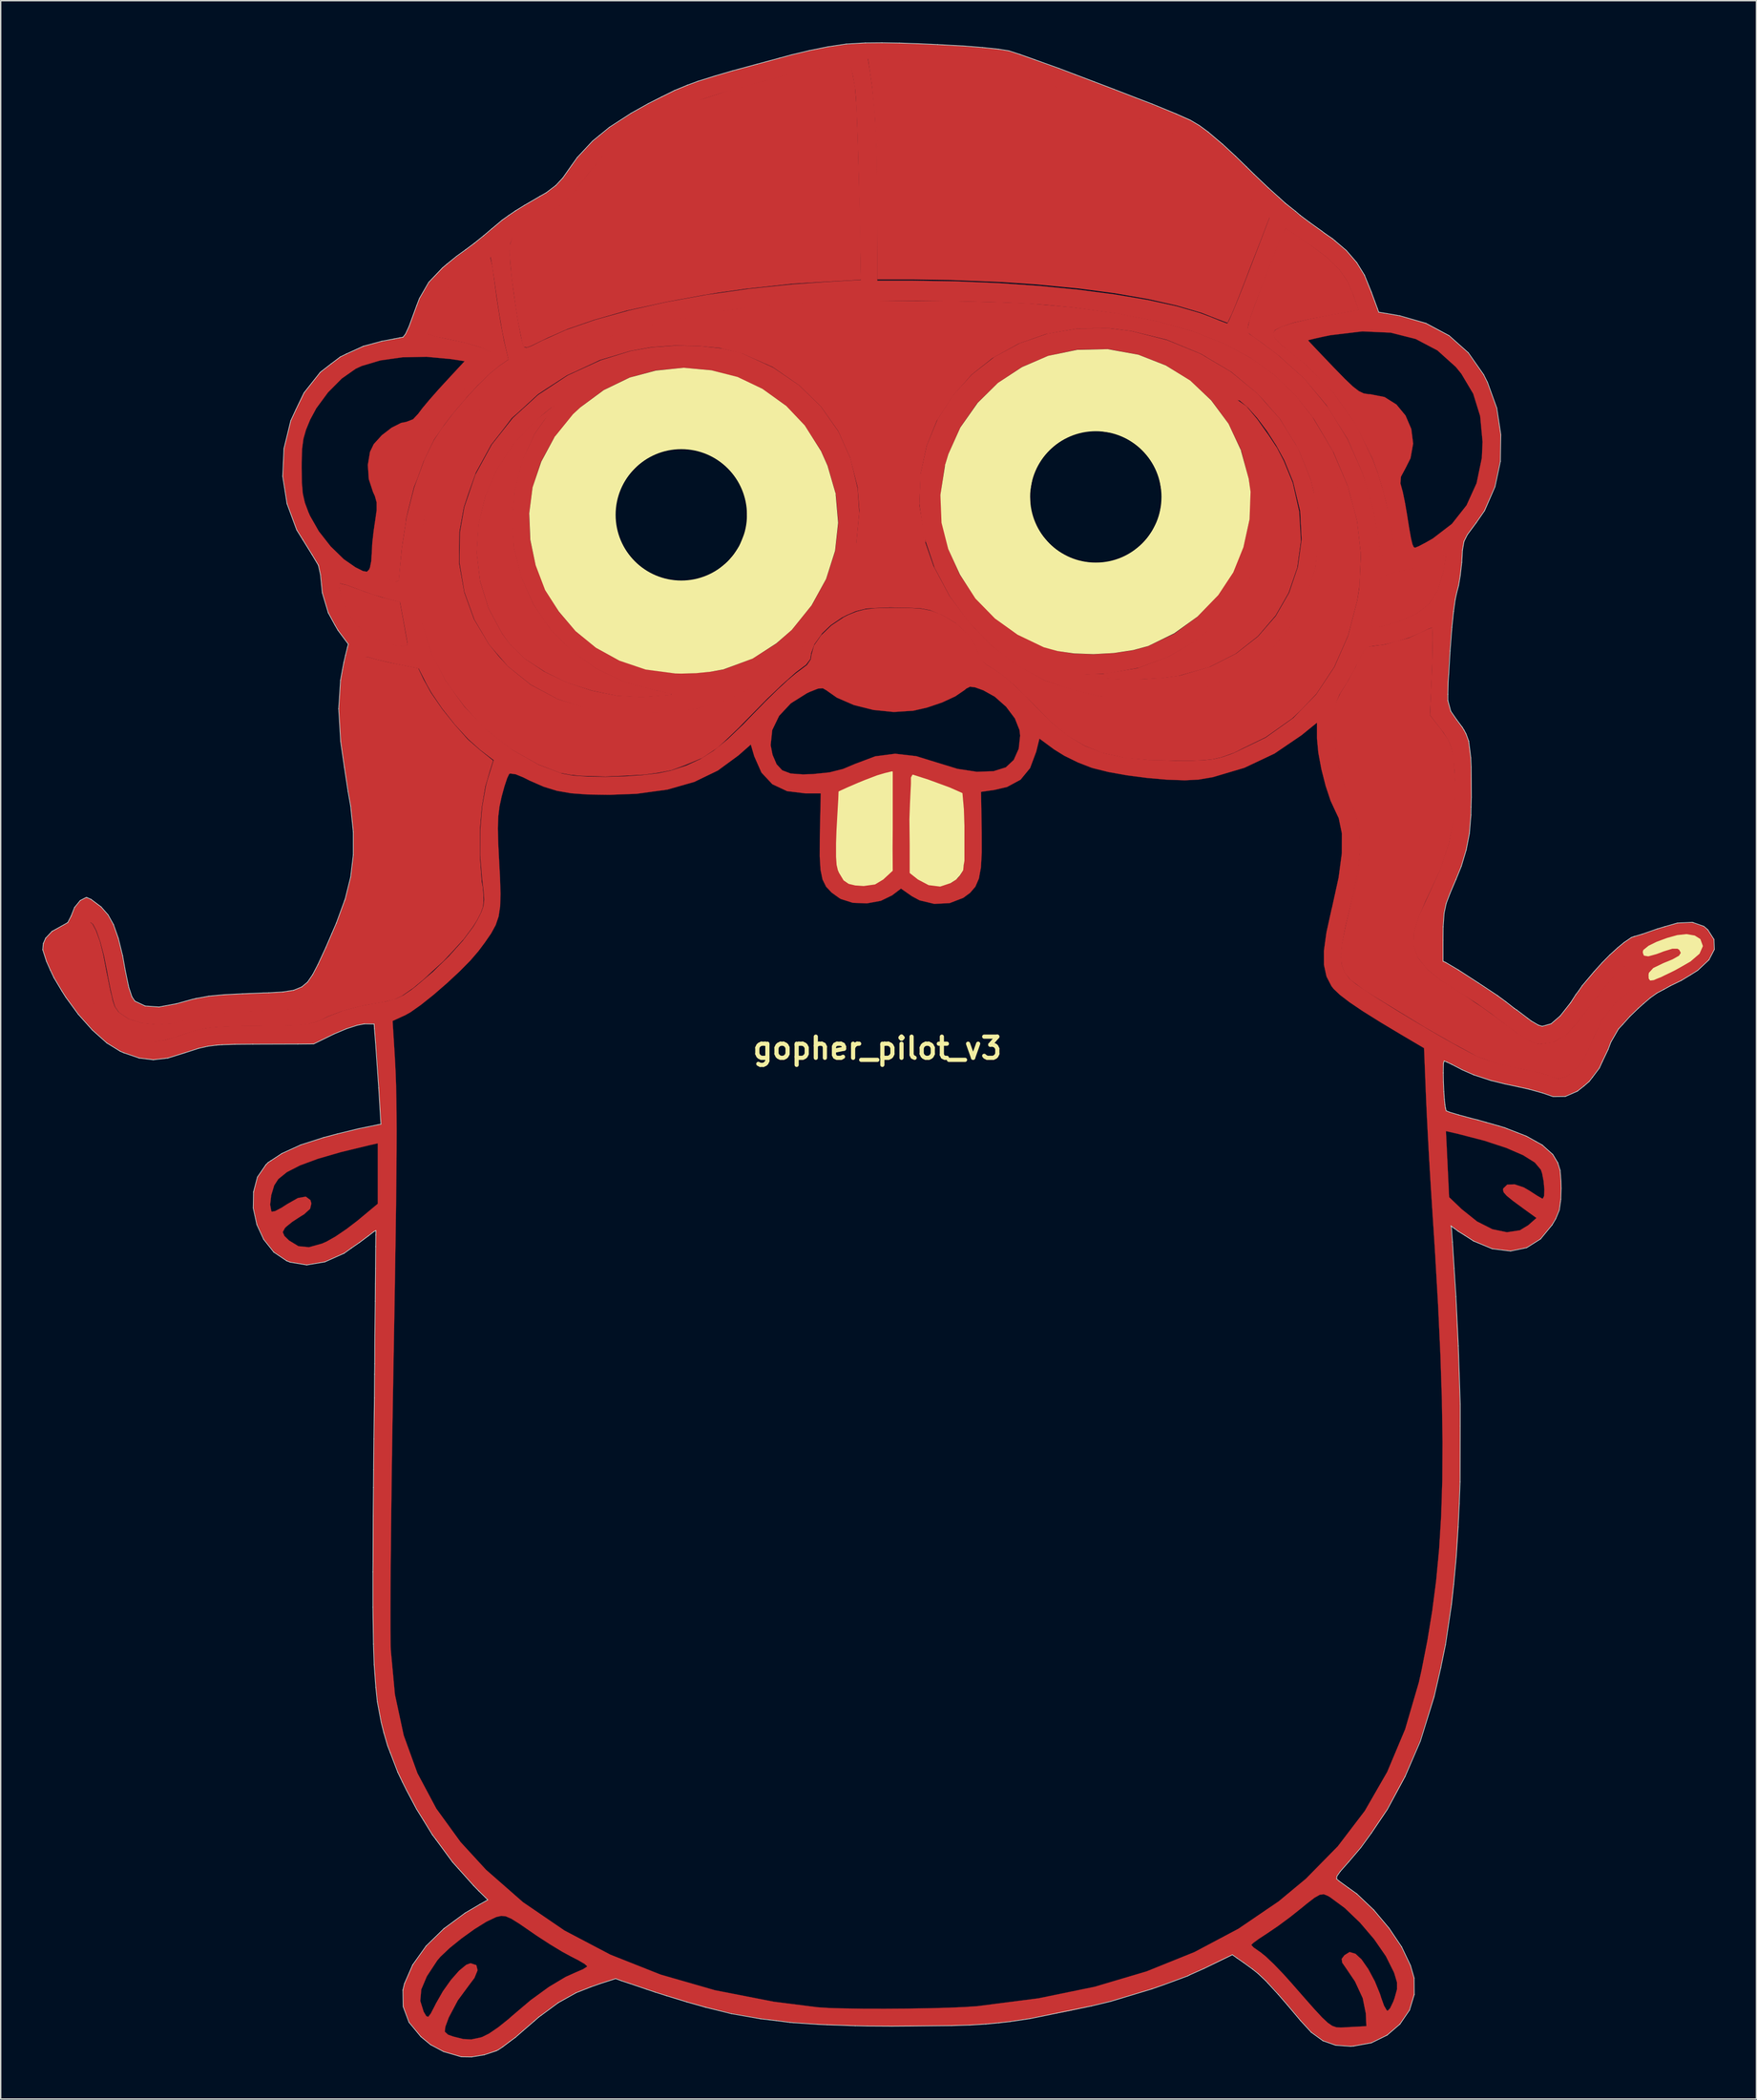
<source format=kicad_pcb>
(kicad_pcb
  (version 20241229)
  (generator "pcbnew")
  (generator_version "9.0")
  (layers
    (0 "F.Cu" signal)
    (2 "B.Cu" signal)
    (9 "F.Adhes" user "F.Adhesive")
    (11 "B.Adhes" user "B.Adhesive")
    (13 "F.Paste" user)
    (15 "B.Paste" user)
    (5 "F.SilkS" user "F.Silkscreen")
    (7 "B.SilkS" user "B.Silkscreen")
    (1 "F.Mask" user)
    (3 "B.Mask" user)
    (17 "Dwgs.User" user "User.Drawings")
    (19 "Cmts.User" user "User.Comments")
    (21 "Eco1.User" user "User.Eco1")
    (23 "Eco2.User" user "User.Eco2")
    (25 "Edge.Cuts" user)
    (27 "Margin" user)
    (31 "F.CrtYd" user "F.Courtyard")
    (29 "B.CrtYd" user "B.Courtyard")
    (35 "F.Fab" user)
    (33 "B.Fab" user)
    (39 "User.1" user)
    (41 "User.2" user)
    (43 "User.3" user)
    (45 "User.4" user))
  (footprint "gopher_pilot_v3"
    (layer "F.Cu")
    (at 60.085 72.355)
    (property "Reference" "gopher_pilot_v3" (at 0 0 0) (layer "F.SilkS") (effects (font (size 1.524 1.524) (thickness 0.3))))
    (attr through_hole)
    (fp_poly (pts (xy -38.72 -33.39) (xy -38.2 -33.27) (xy -36.94 -32.81) (xy -35.7 -32.4) (xy -34.4 -32.07) (xy -34.1 -30.44) (xy -33.87 -29.15) (xy -33.85 -29.09) (xy -33.89 -29.03) (xy -34.13 -28.96) (xy -34.66 -29.01) (xy -35.36 -29.19) (xy -36.1 -29.49) (xy -37.06 -30.11) (xy -37.97 -31.14) (xy -38.5 -32.37)) (stroke (width 0.1) (type solid)) (fill yes) (layer "F.Cu"))
    (fp_poly (pts (xy 36.77 -34.08) (xy 37.88 -34.34) (xy 38.69 -34.61) (xy 38.86 -34.66) (xy 39.13 -34.77) (xy 39.52 -34.92) (xy 39.7 -34.99) (xy 40.11 -35.17) (xy 40.49 -35.34) (xy 40.9 -35.52) (xy 40.75 -34.57) (xy 40.69 -34.26) (xy 40.3 -32.96) (xy 39.66 -31.98) (xy 38.74 -31.26) (xy 37.42 -30.7) (xy 36.65 -30.47) (xy 36.04 -30.32) (xy 35.69 -30.32) (xy 35.58 -30.44) (xy 35.61 -30.76) (xy 35.72 -31.29) (xy 35.84 -32.03) (xy 35.9 -32.43) (xy 36.01 -33.14) (xy 36.16 -33.64) (xy 36.39 -33.93) (xy 36.38 -33.93)) (stroke (width 0.1) (type solid)) (fill yes) (layer "F.Cu"))
    (fp_poly (pts (xy 25.88 -46.605) (xy 26.54 -46.135) (xy 27.3 -45.23) (xy 28.12 -44.08) (xy 28.72 -43.17) (xy 29.21 -42.23) (xy 29.85 -40.67) (xy 30.32 -38.6) (xy 30.44 -36.51) (xy 30.18 -34.6) (xy 29.56 -32.79) (xy 28.62 -31.15) (xy 27.35 -29.67) (xy 25.76 -28.42) (xy 23.85 -27.45) (xy 21.68 -26.84) (xy 20.54 -26.68) (xy 19 -26.59) (xy 17.82 -26.571) (xy 16.5 -26.639) (xy 15.01 -26.852) (xy 16.25 -26.885) (xy 18.74 -27.29) (xy 20.98 -28.13) (xy 22.83 -29.22) (xy 23.76 -30.01) (xy 24.5 -30.64) (xy 24.88 -31.05) (xy 25.61 -32) (xy 26.3 -32.93) (xy 27.28 -34.87) (xy 27.86 -37.02) (xy 28.06 -39.29) (xy 28.04 -39.88) (xy 27.82 -41.87) (xy 27.27 -43.7) (xy 26.46 -45.35) (xy 25.94 -46.33)) (stroke (width 0.1) (type solid)) (fill yes) (layer "F.Cu"))
    (fp_poly (pts (xy -0.62 -71.19) (xy 4.815 -70.97) (xy 7.265 -70.75) (xy 9.295 -70.375) (xy 12.625 -69.285) (xy 18.48 -67.03) (xy 20.56 -66.17) (xy 22.25 -65.375) (xy 23.43 -64.525) (xy 24.17 -63.8) (xy 26.11 -61.88) (xy 27.51 -60.46) (xy 28.18 -59.77) (xy 27.93 -59.13) (xy 27.44 -57.86) (xy 26.88 -56.42) (xy 26.4 -55.17) (xy 25.99 -54.13) (xy 25.78 -53.6) (xy 25.47 -52.85) (xy 25.18 -52.24) (xy 24.54 -52.48) (xy 23.34 -52.95) (xy 21.53 -53.48) (xy 19.49 -53.94) (xy 17.08 -54.36) (xy 14.49 -54.7) (xy 11.49 -54.99) (xy 8.97 -55.16) (xy 5.26 -55.31) (xy 2.57 -55.35) (xy 0.04 -55.35) (xy 0.04 -57.06) (xy 0.03 -59.51) (xy 0.01 -62.4) (xy -0.01 -64.23) (xy -0.06 -65.35) (xy -0.13 -66.96) (xy -0.32 -69.1) (xy -0.59 -71)) (stroke (width 0.1) (type solid)) (fill yes) (layer "F.Cu"))
    (fp_poly (pts (xy -23.31 -46.145) (xy -23.43 -45.935) (xy -23.99 -45.23) (xy -24.68 -44.25) (xy -25.16 -43.21) (xy -25.58 -42.28) (xy -26.14 -40.11) (xy -26.31 -37.81) (xy -26.19 -36.02) (xy -25.64 -33.83) (xy -24.78 -31.89) (xy -24.08 -30.89) (xy -23.57 -30.13) (xy -22.84 -29.38) (xy -22.06 -28.59) (xy -20.26 -27.28) (xy -18.25 -26.33) (xy -15.96 -25.7) (xy -15.55 -25.63) (xy -15.02 -25.51) (xy -14.92 -25.47) (xy -14.88 -25.46) (xy -15.19 -25.43) (xy -15.91 -25.38) (xy -16.55 -25.33) (xy -16.96 -25.3) (xy -18.7 -25.4) (xy -20.52 -25.77) (xy -22.3 -26.34) (xy -23.88 -27.11) (xy -25.36 -28.07) (xy -26.43 -29.12) (xy -26.97 -29.87) (xy -27.94 -31.68) (xy -28.54 -33.63) (xy -28.78 -35.63) (xy -28.66 -37.68) (xy -28.16 -39.72) (xy -27.33 -41.64) (xy -26.15 -43.44) (xy -24.6 -45.09)) (stroke (width 0.1) (type solid)) (fill yes) (layer "F.Cu"))
    (fp_poly (pts (xy -26.38 -57.8) (xy -26.19 -58.43) (xy -25.78 -58.88) (xy -25.1 -59.33) (xy -24.12 -59.85) (xy -23.55 -60.16) (xy -22.85 -60.56) (xy -22.32 -61.01) (xy -21.76 -61.61) (xy -20.91 -62.7) (xy -20.13 -63.72) (xy -19.43 -64.47) (xy -18.81 -65.03) (xy -18 -65.58) (xy -16.97 -66.18) (xy -15.66 -66.88) (xy -14.15 -67.64) (xy -13.19 -68.03) (xy -10.29 -68.97) (xy -7.49 -69.71) (xy -5.66 -70.2) (xy -3.2 -70.78) (xy -2.33 -70.89) (xy -2.05 -70.8) (xy -1.91 -70.53) (xy -1.65 -69.12) (xy -1.54 -67.64) (xy -1.45 -65.2) (xy -1.38 -62.68) (xy -1.32 -60.47) (xy -1.29 -59.42) (xy -1.27 -57.64) (xy -1.23 -55.33) (xy -2.03 -55.28) (xy -3.55 -55.2) (xy -6.11 -55.04) (xy -9.46 -54.68) (xy -11.51 -54.39) (xy -12.6 -54.21) (xy -14.68 -53.83) (xy -15.26 -53.72) (xy -17.49 -53.23) (xy -18.04 -53.11) (xy -20.4 -52.44) (xy -22.33 -51.77) (xy -23.74 -51.15) (xy -24.26 -50.9) (xy -24.95 -50.56) (xy -25.23 -50.46) (xy -25.41 -50.5) (xy -25.49 -50.7) (xy -25.79 -52.18) (xy -25.96 -53.21) (xy -26.27 -55.45) (xy -26.42 -57.23) (xy -26.4 -57.52)) (stroke (width 0.1) (type solid)) (fill yes) (layer "F.Cu"))
    (fp_poly (pts (xy -11.605 -52.945) (xy -9.89 -53.17) (xy -7.43 -53.565) (xy -2.67 -53.775) (xy 2.31 -53.7) (xy 5.49 -53.7) (xy 8.9 -53.61) (xy 10.76 -53.54) (xy 14.05 -53.25) (xy 17.35 -52.81) (xy 20.22 -52.23) (xy 22.72 -51.52) (xy 24.94 -50.65) (xy 26.9 -49.59) (xy 28.55 -48.4) (xy 30.02 -46.99) (xy 31.03 -45.7) (xy 31.27 -45.4) (xy 32.74 -42.93) (xy 33.76 -40.54) (xy 31.46 -39.98) (xy 31.24 -40.91) (xy 30.85 -41.87) (xy 30.4 -42.98) (xy 30.15 -43.46) (xy 29.66 -44.24) (xy 29.02 -45.29) (xy 27.9 -46.57) (xy 27.35 -47.16) (xy 25.49 -48.7) (xy 23.3 -50) (xy 20.83 -51.02) (xy 18.29 -51.64) (xy 16.71 -51.84) (xy 14.47 -51.83) (xy 12.12 -51.42) (xy 10.15 -50.73) (xy 8.25 -49.68) (xy 6.74 -48.48) (xy 5.41 -46.98) (xy 4.24 -45.165) (xy 3.505 -43.358) (xy 3.08 -41.38) (xy 2.975 -39.097) (xy 3.425 -36.443) (xy -1.4 -36.06) (xy -1.46 -36.37) (xy -1.24 -38.65) (xy -1.37 -40.37) (xy -1.9 -42.47) (xy -2.77 -44.42) (xy -4 -46.17) (xy -5.58 -47.72) (xy -7.51 -49.05) (xy -9.68 -50.01) (xy -11.075 -50.355)) (stroke (width 0.1) (type solid)) (fill yes) (layer "F.Cu"))
    (fp_poly (pts (xy 31.48 -39.93) (xy 32.52 -40.25) (xy 33.71 -40.53) (xy 33.81 -40.45) (xy 33.96 -39.87) (xy 34.25 -38.82) (xy 34.48 -37.93) (xy 34.67 -36.26) (xy 34.75 -35.54) (xy 34.65 -33.26) (xy 34.49 -32.21) (xy 33.84 -29.72) (xy 32.84 -27.45) (xy 31.55 -25.51) (xy 30.51 -24.42) (xy 29.85 -23.78) (xy 27.93 -22.42) (xy 26.25 -21.6) (xy 25.66 -21.3) (xy 24.75 -20.98) (xy 24.14 -20.84) (xy 23.47 -20.77) (xy 22.63 -20.74) (xy 21.84 -20.74) (xy 19.71 -20.77) (xy 17.85 -20.93) (xy 16.2 -21.29) (xy 14.95 -21.8) (xy 13.72 -22.51) (xy 12.54 -23.49) (xy 10.98 -25.08) (xy 9.84 -26.19) (xy 8.97 -26.92) (xy 8.37 -27.33) (xy 7.9 -27.61) (xy 7.44 -28.01) (xy 7.09 -29) (xy 6.66 -29.62) (xy 6.51 -29.85) (xy 6.91 -30.16) (xy 6.98 -30.17) (xy 7.22 -29.94) (xy 7.63 -29.51) (xy 8.21 -28.92) (xy 8.97 -28.35) (xy 10.05 -27.52) (xy 12.02 -26.42) (xy 14.1 -25.74) (xy 16.07 -25.27) (xy 16.74 -25.24) (xy 17.89 -25.24) (xy 19.23 -25.28) (xy 20.17 -25.32) (xy 21.33 -25.42) (xy 22.38 -25.58) (xy 23.34 -25.84) (xy 24.88 -26.41) (xy 26.97 -27.57) (xy 28.58 -28.89) (xy 29.92 -30.53) (xy 30.91 -32.46) (xy 31.57 -34.58) (xy 31.81 -36.76) (xy 31.71 -38.84) (xy 31.44 -39.92)) (stroke (width 0.1) (type solid)) (fill yes) (layer "F.Cu"))
    (fp_poly (pts (xy 26.685 -51.72) (xy 26.855 -52.46) (xy 27.5 -54.25) (xy 27.82 -55.11) (xy 28.07 -55.75) (xy 28.33 -56.43) (xy 28.61 -57.14) (xy 28.72 -57.42) (xy 28.94 -57.96) (xy 29.15 -58.46) (xy 29.4 -58.92) (xy 29.75 -58.69) (xy 30.45 -58.22) (xy 31.11 -57.77) (xy 32.03 -57.08) (xy 32.39 -56.81) (xy 33.2 -56.01) (xy 33.8 -55.14) (xy 34.18 -54.27) (xy 34.31 -53.91) (xy 34.58 -53.14) (xy 33.85 -53.01) (xy 33.03 -52.86) (xy 31.96 -52.66) (xy 31.2 -52.52) (xy 29.94 -52.24) (xy 29.11 -51.96) (xy 28.6 -51.71) (xy 28.43 -51.42) (xy 28.59 -51.04) (xy 29.13 -50.49) (xy 29.47 -50.23) (xy 30.26 -49.59) (xy 30.96 -49) (xy 32.49 -47.44) (xy 32.81 -47.1) (xy 33.28 -46.43) (xy 34.28 -45.02) (xy 34.39 -44.87) (xy 34.96 -43.69) (xy 35.62 -42.32) (xy 36 -41.29) (xy 36.36 -40.09) (xy 36.68 -38.82) (xy 36.85 -38.13) (xy 36.92 -37.72) (xy 37.03 -37.07) (xy 37.13 -36.32) (xy 37.14 -35.76) (xy 37.03 -35.57) (xy 36.93 -35.56) (xy 36.56 -35.46) (xy 36.45 -35.43) (xy 36.29 -35.54) (xy 36.18 -35.95) (xy 36.01 -37.1) (xy 35.77 -38.6) (xy 35.63 -39.09) (xy 35.21 -40.53) (xy 35.01 -41.27) (xy 33.9 -43.82) (xy 32.98 -45.29) (xy 32.39 -46.25) (xy 31.55 -47.26) (xy 30.77 -48.19) (xy 28.91 -49.87) (xy 27.76 -50.74) (xy 27.01 -51.27) (xy 26.69 -51.52)) (stroke (width 0.1) (type solid)) (fill yes) (layer "F.Cu"))
    (fp_poly (pts (xy -27.895 -56.88) (xy -27.742 -56.19) (xy -27.44 -53.95) (xy -27.16 -52.18) (xy -26.91 -50.86) (xy -26.6 -49.57) (xy -27.25 -49.11) (xy -27.91 -48.57) (xy -28.59 -47.91) (xy -28.8 -47.71) (xy -29.16 -47.31) (xy -29.57 -46.87) (xy -30.3 -46.01) (xy -30.69 -45.54) (xy -31.22 -44.85) (xy -31.94 -43.8) (xy -32.7 -42.23) (xy -33.13 -41.03) (xy -33.39 -40.38) (xy -33.84 -38.59) (xy -33.95 -38.12) (xy -33.99 -37.77) (xy -34.2 -36.43) (xy -34.28 -35.85) (xy -34.41 -34.44) (xy -34.42 -34.29) (xy -34.48 -33.67) (xy -34.66 -33.6) (xy -34.96 -33.65) (xy -35.19 -33.81) (xy -35.21 -33.87) (xy -35.22 -34.34) (xy -35.17 -35.18) (xy -35.09 -36) (xy -34.99 -36.82) (xy -34.95 -37.1) (xy -34.83 -37.91) (xy -34.67 -38.75) (xy -34.52 -39.32) (xy -34.1 -40.56) (xy -33.64 -41.86) (xy -33.42 -42.28) (xy -33.16 -42.76) (xy -32.69 -43.65) (xy -32.39 -44.22) (xy -31.66 -45.2) (xy -30.82 -46.33) (xy -29.66 -47.48) (xy -28.92 -48.21) (xy -28.34 -48.73) (xy -27.72 -49.41) (xy -27.56 -49.73) (xy -27.57 -49.79) (xy -27.85 -50.13) (xy -28.55 -50.47) (xy -29.6 -50.78) (xy -31.23 -51.13) (xy -31.8 -51.24) (xy -32.33 -51.41) (xy -32.5 -51.51) (xy -32.47 -51.7) (xy -32.29 -52.2) (xy -31.95 -52.97) (xy -31.23 -54.32) (xy -30.93 -54.75) (xy -30.78 -54.92) (xy -30.32 -55.29) (xy -29.63 -55.8) (xy -28.94 -56.28) (xy -28.18 -56.75)) (stroke (width 0.1) (type solid)) (fill yes) (layer "F.Cu"))
    (fp_poly (pts (xy 33.1 -24.96) (xy 33.36 -25.51) (xy 33.94 -26.45) (xy 34.45 -27.38) (xy 34.64 -27.82) (xy 35.02 -28.56) (xy 35.3 -28.83) (xy 36.52 -28.99) (xy 38.27 -29.47) (xy 39.01 -29.81) (xy 39.61 -30.09) (xy 39.91 -30.2) (xy 39.92 -29.39) (xy 39.9 -28.09) (xy 39.81 -25.74) (xy 39.72 -23.95) (xy 40.54 -22.9) (xy 41.04 -22.18) (xy 41.26 -21.64) (xy 41.42 -20.93) (xy 41.58 -18.75) (xy 41.49 -16.72) (xy 41.1 -14.77) (xy 40.46 -12.84) (xy 39.39 -10.56) (xy 38.92 -9.46) (xy 38.59 -8.37) (xy 38.56 -7.39) (xy 38.87 -6.48) (xy 39.55 -5.64) (xy 40.57 -4.82) (xy 41.02 -4.55) (xy 42.27 -3.75) (xy 42.88 -3.32) (xy 43.51 -2.9) (xy 44.42 -2.25) (xy 45.95 -1.1) (xy 46.93 -0.49) (xy 47.47 -0.28) (xy 47.74 -0.26) (xy 48.7 -0.4) (xy 49.65 -0.99) (xy 50.14 -1.52) (xy 50.58 -2.02) (xy 50.84 -2.38) (xy 51.42 -3.16) (xy 51.99 -3.89) (xy 52.46 -4.48) (xy 52.89 -5) (xy 53.1 -5.26) (xy 53.4 -5.59) (xy 53.48 -5.67) (xy 53.74 -5.88) (xy 53.87 -5.8) (xy 54.07 -5.46) (xy 54.28 -4.98) (xy 54.4 -4.52) (xy 54.38 -4.3) (xy 53.97 -3.99) (xy 53.59 -3.69) (xy 53.13 -3.34) (xy 52.09 -1.99) (xy 51.92 -1.64) (xy 51.53 -0.82) (xy 51.29 -0.25) (xy 51.22 -0.08) (xy 50.75 0.85) (xy 50.18 1.56) (xy 49.57 2) (xy 49.01 2.15) (xy 48.43 1.98) (xy 48.3 1.91) (xy 47.82 1.77) (xy 46.64 1.5) (xy 45.81 1.34) (xy 44.87 1.11) (xy 44.06 0.87) (xy 43.16 0.53) (xy 41.42 -0.41) (xy 39.41 -1.56) (xy 36.49 -3.34) (xy 35.09 -4.21) (xy 34.09 -4.95) (xy 33.67 -5.46) (xy 33.47 -6.01) (xy 33.4 -6.66) (xy 33.49 -7.53) (xy 33.73 -8.71) (xy 34.12 -10.38) (xy 34.28 -11.07) (xy 34.52 -12.29) (xy 34.62 -12.81) (xy 34.78 -14.24) (xy 34.73 -15.5) (xy 34.51 -16.66) (xy 34.03 -17.94) (xy 33.7 -18.78) (xy 33.54 -19.17) (xy 33.2 -20.37) (xy 33.01 -21.68) (xy 32.96 -23.22) (xy 32.99 -24.43) (xy 33.08 -24.9)) (stroke (width 0.1) (type solid)) (fill yes) (layer "F.Cu"))
    (fp_poly (pts (xy -32.04 -28.4) (xy -32.71 -30.52) (xy -32.85 -31.39) (xy -32.915 -34.055) (xy -32.765 -36.865) (xy -32.42 -38.97) (xy -31.84 -40.76) (xy -30.86 -42.75) (xy -29.64 -44.73) (xy -28.3 -46.32) (xy -27.36 -47.2) (xy -26.89 -47.64) (xy -25.63 -48.5) (xy -23.82 -49.49) (xy -23.51 -49.67) (xy -21.11 -50.65) (xy -18.39 -51.53) (xy -15.4 -52.25) (xy -11.67 -52.96) (xy -11.06 -50.35) (xy -11.3 -50.42) (xy -12.91 -50.57) (xy -14.57 -50.6) (xy -16.26 -50.48) (xy -17.78 -50.21) (xy -19.98 -49.55) (xy -21.56 -48.81) (xy -22.35 -48.45) (xy -23.86 -47.47) (xy -24.46 -47.07) (xy -25.81 -45.83) (xy -26.33 -45.37) (xy -27.12 -44.34) (xy -27.83 -43.44) (xy -28.94 -41.41) (xy -29.49 -39.86) (xy -29.8 -38.93) (xy -30.12 -37.15) (xy -30.15 -34.92) (xy -29.77 -32.77) (xy -29.07 -30.84) (xy -28 -29.04) (xy -27.25 -28.13) (xy -26.6 -27.42) (xy -24.96 -26.1) (xy -23.02 -25.07) (xy -20.87 -24.42) (xy -20.4 -24.33) (xy -18.98 -24.18) (xy -17.49 -24.1) (xy -15.81 -24.11) (xy -14.33 -24.21) (xy -12.97 -24.39) (xy -11.54 -24.8) (xy -9.4 -25.75) (xy -7.59 -26.91) (xy -6.31 -28) (xy -5.77 -28.48) (xy -4.31 -30.19) (xy -3.4 -31.55) (xy -3.01 -32.18) (xy -2.09 -34.23) (xy -1.51 -36.3) (xy 3.39 -36.43) (xy 4.01 -34.65) (xy 5.15 -32.51) (xy 5.79 -31.66) (xy 6.58 -30.6) (xy 6.93 -30.23) (xy 6.48 -29.87) (xy 5.68 -30.62) (xy 4.68 -31.21) (xy 3.81 -31.56) (xy 3.18 -31.68) (xy 2.34 -31.73) (xy 0.92 -31.76) (xy -0.22 -31.71) (xy -0.8 -31.67) (xy -1.54 -31.49) (xy -2.2 -31.21) (xy -2.57 -31.02) (xy -3.38 -30.47) (xy -4 -29.88) (xy -4.57 -29.08) (xy -4.8 -28.44) (xy -4.87 -28.01) (xy -5.15 -27.63) (xy -5.9 -27.07) (xy -6.9 -26.18) (xy -7.96 -25.17) (xy -9.57 -23.53) (xy -9.985 -23.105) (xy -10.915 -22.215) (xy -11.555 -21.635) (xy -12.625 -20.925) (xy -13.84 -20.41) (xy -14.85 -20.04) (xy -15.79 -19.86) (xy -16.74 -19.73) (xy -18.14 -19.65) (xy -19.56 -19.59) (xy -21.26 -19.64) (xy -22.03 -19.71) (xy -22.8 -19.85) (xy -24.36 -20.45) (xy -26.345 -21.56) (xy -28.235 -23.04) (xy -29.69 -24.63) (xy -30.74 -26.05) (xy -31.03 -26.47) (xy -31.74 -27.82)) (stroke (width 0.1) (type solid)) (fill yes) (layer "F.Cu"))
    (fp_poly (pts (xy -36.88 -28.11) (xy -36.64 -28.09) (xy -36.17 -27.95) (xy -35.32 -27.74) (xy -33.07 -27.29) (xy -32.69 -26.5) (xy -32.17 -25.56) (xy -31.36 -24.38) (xy -30.48 -23.28) (xy -29.51 -22.19) (xy -28.62 -21.41) (xy -27.7 -20.68) (xy -27.94 -19.92) (xy -28.25 -18.86) (xy -28.51 -17.34) (xy -28.65 -15.66) (xy -28.65 -13.83) (xy -28.51 -11.95) (xy -28.45 -11.65) (xy -28.41 -11.26) (xy -28.38 -10.69) (xy -28.42 -10.21) (xy -28.57 -9.78) (xy -28.85 -9.23) (xy -29.14 -8.77) (xy -29.82 -7.86) (xy -30.71 -6.88) (xy -31.26 -6.3) (xy -32.66 -5.01) (xy -33.4 -4.39) (xy -34.22 -3.82) (xy -34.78 -3.55) (xy -35.54 -3.37) (xy -36.98 -3.12) (xy -37.28 -3.05) (xy -38.27 -2.79) (xy -38.59 -2.7) (xy -39.6 -2.31) (xy -40.06 -2.07) (xy -40.49 -1.91) (xy -40.96 -1.79) (xy -41.53 -1.72) (xy -42.35 -1.68) (xy -43.22 -1.66) (xy -44.48 -1.65) (xy -45.99 -1.63) (xy -47.41 -1.58) (xy -48.28 -1.49) (xy -48.82 -1.38) (xy -49.29 -1.25) (xy -49.8 -1.09) (xy -50.49 -0.85) (xy -51.39 -0.6) (xy -52.1 -0.5) (xy -52.76 -0.56) (xy -53.5 -0.79) (xy -54.6 -1.36) (xy -55.68 -2.28) (xy -56.58 -3.38) (xy -56.82 -3.67) (xy -57.41 -4.57) (xy -58.2 -5.92) (xy -58.65 -6.8) (xy -58.78 -7.17) (xy -58.55 -7.34) (xy -57.95 -7.62) (xy -57.4 -8.02) (xy -57.04 -8.48) (xy -56.83 -8.85) (xy -56.67 -9.01) (xy -56.52 -8.91) (xy -56.27 -8.44) (xy -55.99 -7.67) (xy -55.75 -6.72) (xy -55.52 -5.52) (xy -55.23 -4.09) (xy -55.14 -3.74) (xy -55.07 -3.42) (xy -54.92 -2.97) (xy -54.63 -2.56) (xy -53.91 -2.07) (xy -52.93 -1.77) (xy -51.86 -1.66) (xy -50.68 -1.75) (xy -49.59 -2.06) (xy -48.88 -2.26) (xy -47.96 -2.4) (xy -46.7 -2.53) (xy -45.2 -2.6) (xy -43.71 -2.68) (xy -42.36 -2.78) (xy -41.4 -2.95) (xy -40.77 -3.2) (xy -40.26 -3.58) (xy -39.83 -4.14) (xy -39.43 -4.85) (xy -39.12 -5.49) (xy -38.77 -6.19) (xy -38.48 -6.81) (xy -38.03 -7.78) (xy -37.65 -8.7) (xy -37.43 -9.19) (xy -37.21 -9.85) (xy -37.01 -10.42) (xy -36.73 -11.51) (xy -36.55 -12.67) (xy -36.46 -13.91) (xy -36.44 -15.15) (xy -36.45 -15.65) (xy -36.52 -16.69) (xy -36.65 -17.69) (xy -36.9 -19.19) (xy -37.1 -20.45) (xy -37.24 -21.28) (xy -37.43 -23.54) (xy -37.43 -25.52) (xy -37.21 -27.15) (xy -37.01 -27.86)) (stroke (width 0.1) (type solid)) (fill yes) (layer "F.Cu"))
    (fp_poly (pts (xy -12.84 -50.517) (xy -11.249 -50.349) (xy -9.905 -50.043) (xy -9.682 -49.967) (xy -7.503 -48.969) (xy -5.617 -47.684) (xy -4.044 -46.143) (xy -2.805 -44.374) (xy -1.922 -42.406) (xy -1.417 -40.268) (xy -1.298 -38.542) (xy -1.506 -36.335) (xy -2.105 -34.169) (xy -3.053 -32.094) (xy -4.31 -30.157) (xy -5.836 -28.409) (xy -7.591 -26.898) (xy -9.533 -25.672) (xy -11.623 -24.782) (xy -12.96 -24.422) (xy -14.261 -24.23) (xy -15.807 -24.126) (xy -17.446 -24.109) (xy -19.028 -24.181) (xy -20.399 -24.34) (xy -20.857 -24.428) (xy -23.012 -25.118) (xy -24.929 -26.145) (xy -26.582 -27.469) (xy -27.947 -29.049) (xy -28.999 -30.845) (xy -29.714 -32.818) (xy -30.068 -34.928) (xy -30.058 -35.631) (xy -28.82 -35.631) (xy -28.584 -33.605) (xy -27.979 -31.652) (xy -26.997 -29.825) (xy -26.452 -29.084) (xy -25.367 -28.025) (xy -23.956 -27.088) (xy -22.314 -26.307) (xy -20.538 -25.72) (xy -18.723 -25.363) (xy -16.966 -25.271) (xy -16.383 -25.308) (xy -15.65 -25.371) (xy -15.003 -25.414) (xy -14.876 -25.42) (xy -14.808 -25.462) (xy -15.104 -25.557) (xy -15.704 -25.689) (xy -16.036 -25.751) (xy -18.235 -26.354) (xy -20.239 -27.311) (xy -22.013 -28.581) (xy -23.525 -30.125) (xy -24.742 -31.906) (xy -25.629 -33.883) (xy -26.155 -36.017) (xy -26.292 -37.818) (xy -26.243 -38.439) (xy -25.057 -38.439) (xy -24.976 -36.567) (xy -24.582 -34.746) (xy -23.894 -33.018) (xy -22.928 -31.425) (xy -21.703 -30.01) (xy -20.237 -28.815) (xy -18.546 -27.882) (xy -16.65 -27.253) (xy -14.565 -26.972) (xy -14.099 -26.961) (xy -13.054 -26.993) (xy -12.012 -27.089) (xy -11.165 -27.228) (xy -11.006 -27.267) (xy -9.009 -28.015) (xy -7.261 -29.112) (xy -6.13 -30.133) (xy -4.705 -31.887) (xy -3.672 -33.774) (xy -3.037 -35.757) (xy -2.805 -37.8) (xy -2.984 -39.865) (xy -3.577 -41.916) (xy -4.085 -43.027) (xy -5.237 -44.807) (xy -6.655 -46.279) (xy -8.285 -47.436) (xy -10.078 -48.271) (xy -11.981 -48.776) (xy -13.945 -48.945) (xy -15.917 -48.768) (xy -17.846 -48.241) (xy -19.681 -47.353) (xy -21.372 -46.1) (xy -21.904 -45.589) (xy -23.25 -43.937) (xy -24.212 -42.166) (xy -24.809 -40.32) (xy -25.057 -38.439) (xy -26.243 -38.439) (xy -26.109 -40.134) (xy -25.556 -42.281) (xy -24.649 -44.217) (xy -23.749 -45.499) (xy -23.37 -45.984) (xy -23.272 -46.178) (xy -23.464 -46.079) (xy -23.953 -45.682) (xy -24.647 -45.073) (xy -26.175 -43.448) (xy -27.363 -41.639) (xy -28.203 -39.7) (xy -28.691 -37.68) (xy -28.82 -35.631) (xy -30.058 -35.631) (xy -30.036 -37.134) (xy -29.72 -38.925) (xy -28.92 -41.268) (xy -27.751 -43.411) (xy -26.239 -45.329) (xy -24.41 -46.997) (xy -22.291 -48.393) (xy -19.907 -49.49) (xy -17.732 -50.16) (xy -16.218 -50.425) (xy -14.541 -50.543) (xy -12.84 -50.517)) (stroke (width 0.01) (type solid)) (fill yes) (layer "F.Cu"))
    (fp_poly (pts (xy 18.255 -51.595) (xy 20.848 -50.942) (xy 23.255 -49.958) (xy 25.436 -48.669) (xy 27.35 -47.105) (xy 28.959 -45.293) (xy 30.223 -43.261) (xy 30.341 -43.021) (xy 31.214 -40.861) (xy 31.697 -38.789) (xy 31.803 -36.728) (xy 31.54 -34.603) (xy 31.532 -34.566) (xy 30.887 -32.416) (xy 29.89 -30.518) (xy 28.549 -28.879) (xy 26.872 -27.508) (xy 24.867 -26.415) (xy 23.355 -25.844) (xy 22.397 -25.589) (xy 21.325 -25.419) (xy 20.016 -25.315) (xy 19.158 -25.281) (xy 18.088 -25.258) (xy 17.146 -25.255) (xy 16.431 -25.27) (xy 16.043 -25.304) (xy 16.036 -25.306) (xy 15.615 -25.406) (xy 14.923 -25.568) (xy 14.109 -25.757) (xy 14.099 -25.76) (xy 12.042 -26.453) (xy 11.246 -26.888) (xy 14.96 -26.888) (xy 15.714 -26.725) (xy 16.681 -26.596) (xy 17.921 -26.542) (xy 19.285 -26.563) (xy 20.623 -26.655) (xy 21.784 -26.816) (xy 21.832 -26.825) (xy 23.952 -27.442) (xy 25.813 -28.385) (xy 27.393 -29.614) (xy 28.675 -31.089) (xy 29.639 -32.769) (xy 30.264 -34.615) (xy 30.533 -36.586) (xy 30.426 -38.643) (xy 29.923 -40.746) (xy 29.289 -42.297) (xy 28.72 -43.344) (xy 28.043 -44.393) (xy 27.33 -45.346) (xy 26.654 -46.107) (xy 26.089 -46.578) (xy 26.043 -46.605) (xy 25.883 -46.629) (xy 25.942 -46.382) (xy 26.234 -45.826) (xy 26.376 -45.581) (xy 27.29 -43.736) (xy 27.838 -41.886) (xy 28.061 -39.883) (xy 28.071 -39.315) (xy 27.879 -37.027) (xy 27.299 -34.914) (xy 26.321 -32.952) (xy 24.935 -31.118) (xy 24.523 -30.677) (xy 22.856 -29.259) (xy 20.927 -28.144) (xy 18.819 -27.367) (xy 16.615 -26.964) (xy 15.929 -26.921) (xy 14.96 -26.888) (xy 11.246 -26.888) (xy 10.07 -27.531) (xy 8.238 -28.937) (xy 6.599 -30.616) (xy 5.209 -32.513) (xy 4.12 -34.57) (xy 3.386 -36.732) (xy 3.345 -36.905) (xy 3.028 -39.154) (xy 3.053 -39.833) (xy 4.551 -39.833) (xy 4.651 -37.835) (xy 5.121 -35.9) (xy 5.932 -34.078) (xy 7.052 -32.417) (xy 8.453 -30.965) (xy 10.105 -29.771) (xy 11.977 -28.884) (xy 12.964 -28.577) (xy 14.131 -28.391) (xy 15.538 -28.344) (xy 17.022 -28.426) (xy 18.417 -28.63) (xy 19.481 -28.918) (xy 21.369 -29.819) (xy 23.032 -31.038) (xy 24.436 -32.521) (xy 25.55 -34.216) (xy 26.342 -36.07) (xy 26.781 -38.032) (xy 26.836 -40.05) (xy 26.733 -40.916) (xy 26.182 -43.02) (xy 25.269 -44.93) (xy 24.033 -46.609) (xy 22.513 -48.02) (xy 20.751 -49.128) (xy 18.785 -49.895) (xy 16.656 -50.285) (xy 16.531 -50.295) (xy 14.365 -50.251) (xy 12.304 -49.808) (xy 10.392 -48.997) (xy 8.673 -47.851) (xy 7.189 -46.401) (xy 5.986 -44.679) (xy 5.107 -42.716) (xy 4.85 -41.846) (xy 4.551 -39.833) (xy 3.053 -39.833) (xy 3.108 -41.313) (xy 3.554 -43.352) (xy 4.337 -45.241) (xy 5.426 -46.951) (xy 6.791 -48.451) (xy 8.403 -49.714) (xy 10.232 -50.708) (xy 12.247 -51.405) (xy 14.419 -51.775) (xy 16.718 -51.789) (xy 18.255 -51.595)) (stroke (width 0.01) (type solid)) (fill yes) (layer "F.Cu"))
    (fp_poly (pts (xy 1.281 -72.291) (xy 2.855 -72.239) (xy 3.444 -72.216) (xy 4.988 -72.142) (xy 6.431 -72.051) (xy 7.695 -71.949) (xy 8.702 -71.843) (xy 9.374 -71.739) (xy 9.471 -71.717) (xy 9.975 -71.56) (xy 10.811 -71.271) (xy 11.911 -70.875) (xy 13.206 -70.398) (xy 14.63 -69.865) (xy 16.115 -69.303) (xy 17.594 -68.736) (xy 18.998 -68.191) (xy 20.26 -67.694) (xy 21.313 -67.27) (xy 22.088 -66.945) (xy 22.494 -66.758) (xy 23.113 -66.39) (xy 23.81 -65.879) (xy 24.637 -65.183) (xy 25.642 -64.259) (xy 26.876 -63.063) (xy 27.23 -62.713) (xy 28.239 -61.755) (xy 29.328 -60.791) (xy 30.379 -59.922) (xy 31.274 -59.249) (xy 31.427 -59.145) (xy 32.743 -58.213) (xy 33.734 -57.368) (xy 34.473 -56.525) (xy 35.033 -55.603) (xy 35.477 -54.548) (xy 36.06 -52.927) (xy 37.568 -52.666) (xy 39.466 -52.137) (xy 41.111 -51.254) (xy 42.49 -50.027) (xy 43.591 -48.465) (xy 43.876 -47.912) (xy 44.538 -46.073) (xy 44.845 -44.159) (xy 44.803 -42.245) (xy 44.421 -40.41) (xy 43.707 -38.73) (xy 42.831 -37.466) (xy 42.432 -36.948) (xy 42.205 -36.459) (xy 42.092 -35.83) (xy 42.048 -35.157) (xy 41.963 -34.228) (xy 41.814 -33.334) (xy 41.673 -32.799) (xy 41.561 -32.288) (xy 41.443 -31.431) (xy 41.327 -30.327) (xy 41.22 -29.071) (xy 41.13 -27.76) (xy 41.066 -26.491) (xy 41.036 -25.36) (xy 41.034 -25.032) (xy 41.246 -24.225) (xy 41.718 -23.537) (xy 42.086 -23.073) (xy 42.352 -22.617) (xy 42.533 -22.087) (xy 42.645 -21.403) (xy 42.704 -20.483) (xy 42.726 -19.245) (xy 42.728 -18.443) (xy 42.698 -16.815) (xy 42.587 -15.479) (xy 42.363 -14.288) (xy 41.997 -13.097) (xy 41.457 -11.759) (xy 41.188 -11.154) (xy 40.915 -10.443) (xy 40.759 -9.706) (xy 40.693 -8.778) (xy 40.685 -8.164) (xy 40.683 -6.278) (xy 41.921 -5.535) (xy 44.724 -3.698) (xy 46.387 -2.427) (xy 47.009 -1.966) (xy 47.548 -1.647) (xy 47.848 -1.547) (xy 48.478 -1.732) (xy 49.16 -2.301) (xy 49.915 -3.275) (xy 50.13 -3.604) (xy 50.721 -4.438) (xy 51.451 -5.328) (xy 52.246 -6.199) (xy 52.997 -6.942) (xy 55.105 -6.942) (xy 55.189 -6.699) (xy 55.483 -6.652) (xy 56.054 -6.803) (xy 56.561 -6.991) (xy 57.209 -7.201) (xy 57.594 -7.199) (xy 57.741 -7.102) (xy 57.872 -6.859) (xy 57.724 -6.624) (xy 57.248 -6.356) (xy 56.558 -6.073) (xy 55.869 -5.743) (xy 55.562 -5.413) (xy 55.536 -5.271) (xy 55.55 -5.025) (xy 55.641 -4.91) (xy 55.88 -4.939) (xy 56.339 -5.128) (xy 57.091 -5.49) (xy 57.407 -5.646) (xy 58.486 -6.259) (xy 59.141 -6.825) (xy 59.376 -7.351) (xy 59.2 -7.834) (xy 58.806 -8.069) (xy 58.23 -8.172) (xy 58.208 -8.172) (xy 57.576 -8.096) (xy 56.837 -7.9) (xy 56.108 -7.63) (xy 55.508 -7.333) (xy 55.153 -7.056) (xy 55.105 -6.942) (xy 52.997 -6.942) (xy 53.033 -6.977) (xy 53.738 -7.585) (xy 54.287 -7.95) (xy 54.459 -8.013) (xy 54.955 -8.151) (xy 55.67 -8.388) (xy 56.23 -8.591) (xy 57.571 -8.98) (xy 58.646 -9.031) (xy 59.464 -8.744) (xy 59.743 -8.514) (xy 60.187 -7.82) (xy 60.21 -7.097) (xy 59.822 -6.357) (xy 59.031 -5.617) (xy 57.845 -4.889) (xy 57.557 -4.744) (xy 56.73 -4.335) (xy 56.126 -4.002) (xy 55.623 -3.658) (xy 55.1 -3.217) (xy 54.434 -2.592) (xy 54.111 -2.28) (xy 53.323 -1.404) (xy 52.781 -0.48) (xy 52.509 0.201) (xy 51.945 1.404) (xy 51.215 2.375) (xy 50.38 3.069) (xy 49.499 3.443) (xy 48.633 3.452) (xy 48.27 3.327) (xy 47.806 3.167) (xy 47.043 2.964) (xy 46.107 2.749) (xy 45.545 2.633) (xy 44.177 2.306) (xy 42.948 1.901) (xy 42.163 1.55) (xy 41.504 1.208) (xy 41.002 0.968) (xy 40.777 0.883) (xy 40.72 1.083) (xy 40.698 1.597) (xy 40.706 2.301) (xy 40.739 3.071) (xy 40.791 3.781) (xy 40.858 4.307) (xy 40.924 4.517) (xy 41.176 4.622) (xy 41.753 4.799) (xy 42.561 5.021) (xy 43.231 5.192) (xy 45.139 5.739) (xy 46.682 6.339) (xy 47.84 6.981) (xy 48.592 7.656) (xy 48.665 7.755) (xy 48.956 8.255) (xy 49.116 8.799) (xy 49.179 9.544) (xy 49.186 10.067) (xy 49.159 10.977) (xy 49.048 11.634) (xy 48.808 12.225) (xy 48.54 12.694) (xy 47.707 13.709) (xy 46.698 14.335) (xy 45.543 14.568) (xy 44.272 14.406) (xy 42.914 13.848) (xy 41.926 13.217) (xy 41.263 12.733) (xy 41.402 14.594) (xy 41.739 20.107) (xy 41.914 25.401) (xy 41.925 30.389) (xy 41.911 31.143) (xy 41.723 35.595) (xy 41.348 39.669) (xy 40.779 43.388) (xy 40.009 46.776) (xy 39.031 49.856) (xy 37.838 52.65) (xy 36.425 55.183) (xy 34.783 57.477) (xy 33.819 58.602) (xy 33.302 59.186) (xy 33.05 59.541) (xy 33.023 59.753) (xy 33.185 59.909) (xy 33.235 59.94) (xy 34.503 60.856) (xy 35.719 62.012) (xy 36.812 63.315) (xy 37.712 64.675) (xy 38.349 65.999) (xy 38.608 66.898) (xy 38.623 68.077) (xy 38.266 69.192) (xy 37.594 70.18) (xy 36.664 70.981) (xy 35.534 71.532) (xy 34.261 71.772) (xy 34.057 71.778) (xy 32.971 71.69) (xy 32.074 71.373) (xy 31.246 70.766) (xy 30.439 69.89) (xy 29.434 68.686) (xy 28.635 67.767) (xy 27.982 67.072) (xy 27.415 66.538) (xy 26.874 66.104) (xy 26.606 65.912) (xy 25.551 65.183) (xy 24.561 65.692) (xy 22.34 66.706) (xy 19.776 67.649) (xy 16.954 68.496) (xy 13.958 69.222) (xy 10.874 69.802) (xy 10.732 69.825) (xy 9.707 69.977) (xy 8.742 70.096) (xy 7.758 70.184) (xy 6.677 70.248) (xy 5.422 70.29) (xy 3.913 70.315) (xy 2.073 70.328) (xy 1.507 70.33) (xy -1.392 70.309) (xy -3.946 70.221) (xy -6.237 70.055) (xy -8.349 69.799) (xy -10.363 69.441) (xy -12.362 68.971) (xy -14.428 68.376) (xy -15.927 67.89) (xy -18.831 66.913) (xy -20.232 67.356) (xy -21.653 67.906) (xy -22.991 68.651) (xy -24.36 69.662) (xy -25.292 70.469) (xy -26.037 71.111) (xy -26.74 71.66) (xy -27.288 72.031) (xy -27.445 72.112) (xy -28.298 72.388) (xy -29.197 72.538) (xy -29.941 72.532) (xy -30.028 72.515) (xy -31.204 72.162) (xy -32.132 71.666) (xy -32.835 71.089) (xy -33.673 70.051) (xy -34.104 68.925) (xy -34.109 68.53) (xy -32.89 68.53) (xy -32.652 69.294) (xy -32.628 69.34) (xy -32.457 69.625) (xy -32.316 69.675) (xy -32.134 69.441) (xy -31.84 68.873) (xy -31.767 68.724) (xy -31.265 67.841) (xy -30.684 67.024) (xy -30.098 66.359) (xy -29.581 65.932) (xy -29.273 65.819) (xy -28.857 65.955) (xy -28.765 66.325) (xy -28.991 66.877) (xy -29.37 67.381) (xy -30.186 68.487) (xy -30.837 69.716) (xy -31.088 70.393) (xy -31.124 70.745) (xy -30.893 70.96) (xy -30.524 71.091) (xy -29.786 71.275) (xy -29.215 71.3) (xy -28.581 71.168) (xy -28.439 71.127) (xy -27.944 70.882) (xy -27.263 70.417) (xy -26.519 69.819) (xy -26.288 69.614) (xy -24.954 68.483) (xy -23.638 67.526) (xy -22.433 66.805) (xy -21.687 66.469) (xy -21.178 66.251) (xy -20.898 66.07) (xy -20.88 66.033) (xy -21.058 65.873) (xy -21.52 65.601) (xy -21.994 65.36) (xy -22.672 64.993) (xy -23.554 64.459) (xy -24.496 63.848) (xy -24.931 63.549) (xy -25.766 62.974) (xy -26.339 62.618) (xy -26.74 62.443) (xy -27.061 62.412) (xy -27.391 62.488) (xy -27.458 62.51) (xy -28.134 62.833) (xy -28.995 63.37) (xy -29.916 64.031) (xy -30.774 64.723) (xy -31.443 65.355) (xy -31.672 65.626) (xy -32.416 66.757) (xy -32.817 67.704) (xy -32.89 68.53) (xy -34.109 68.53) (xy -34.118 67.742) (xy -34.018 67.304) (xy -33.423 65.953) (xy -32.459 64.615) (xy -31.181 63.353) (xy -29.649 62.232) (xy -29.234 61.982) (xy -27.992 61.264) (xy -28.98 60.284) (xy -30.525 58.564) (xy -31.984 56.587) (xy -33.295 54.461) (xy -34.393 52.291) (xy -35.217 50.185) (xy -35.518 49.143) (xy -35.679 48.463) (xy -35.818 47.784) (xy -35.936 47.071) (xy -36.034 46.289) (xy -36.114 45.403) (xy -36.176 44.377) (xy -36.222 43.178) (xy -36.253 41.769) (xy -36.267 40.473) (xy -35.035 40.473) (xy -35.033 41.84) (xy -35.023 42.839) (xy -35.012 43.29) (xy -34.715 46.488) (xy -34.082 49.429) (xy -33.094 52.152) (xy -31.736 54.698) (xy -29.99 57.104) (xy -28.165 59.092) (xy -25.495 61.431) (xy -22.511 63.468) (xy -19.213 65.202) (xy -15.603 66.634) (xy -11.681 67.763) (xy -7.446 68.589) (xy -4.305 68.986) (xy -3.511 69.037) (xy -2.379 69.072) (xy -1.002 69.091) (xy 0.528 69.094) (xy 2.117 69.084) (xy 3.674 69.059) (xy 5.106 69.02) (xy 6.321 68.969) (xy 7.211 68.908) (xy 11.592 68.345) (xy 15.644 67.513) (xy 19.382 66.405) (xy 22.825 65.016) (xy 23.795 64.502) (xy 26.913 64.502) (xy 27.074 64.681) (xy 27.477 64.964) (xy 27.541 65.004) (xy 27.948 65.328) (xy 28.546 65.896) (xy 29.242 66.621) (xy 29.747 67.182) (xy 30.723 68.297) (xy 31.459 69.129) (xy 32.006 69.718) (xy 32.417 70.104) (xy 32.744 70.327) (xy 33.04 70.429) (xy 33.357 70.448) (xy 33.748 70.426) (xy 33.946 70.414) (xy 35.194 70.347) (xy 35.155 69.43) (xy 34.931 68.327) (xy 34.374 67.125) (xy 33.75 66.203) (xy 33.452 65.773) (xy 33.421 65.502) (xy 33.618 65.243) (xy 33.985 65.014) (xy 34.409 65.139) (xy 34.842 65.539) (xy 35.33 66.237) (xy 35.799 67.108) (xy 36.176 68.028) (xy 36.265 68.312) (xy 36.467 68.876) (xy 36.661 69.206) (xy 36.725 69.243) (xy 36.905 69.054) (xy 37.133 68.578) (xy 37.224 68.329) (xy 37.399 67.698) (xy 37.398 67.193) (xy 37.214 66.572) (xy 37.169 66.452) (xy 36.6 65.315) (xy 35.754 64.09) (xy 34.733 62.894) (xy 33.639 61.846) (xy 32.576 61.063) (xy 32.407 60.966) (xy 32.131 60.857) (xy 31.846 60.89) (xy 31.46 61.109) (xy 30.881 61.555) (xy 30.54 61.837) (xy 29.708 62.498) (xy 28.822 63.153) (xy 28.07 63.664) (xy 28.043 63.681) (xy 27.451 64.068) (xy 27.042 64.369) (xy 26.913 64.502) (xy 23.795 64.502) (xy 25.988 63.339) (xy 28.889 61.366) (xy 30.841 59.745) (xy 33.135 57.414) (xy 35.082 54.861) (xy 36.695 52.059) (xy 37.986 48.987) (xy 38.971 45.618) (xy 39.17 44.726) (xy 39.588 42.598) (xy 39.936 40.468) (xy 40.217 38.293) (xy 40.43 36.035) (xy 40.577 33.651) (xy 40.659 31.102) (xy 40.677 28.346) (xy 40.631 25.344) (xy 40.523 22.054) (xy 40.353 18.435) (xy 40.123 14.448) (xy 39.931 11.485) (xy 39.824 9.808) (xy 39.716 7.992) (xy 39.617 6.191) (xy 39.605 5.961) (xy 40.922 5.961) (xy 41.15 10.712) (xy 42.047 11.571) (xy 43.159 12.461) (xy 44.266 13.021) (xy 45.312 13.237) (xy 46.24 13.097) (xy 46.846 12.731) (xy 47.436 12.21) (xy 46.481 11.52) (xy 45.738 10.974) (xy 45.29 10.609) (xy 45.074 10.364) (xy 45.028 10.175) (xy 45.047 10.085) (xy 45.333 9.811) (xy 45.86 9.79) (xy 46.526 10.013) (xy 46.938 10.253) (xy 47.457 10.59) (xy 47.814 10.795) (xy 47.889 10.823) (xy 47.985 10.632) (xy 48.003 10.162) (xy 47.951 9.567) (xy 47.842 8.999) (xy 47.751 8.734) (xy 47.316 8.219) (xy 46.476 7.693) (xy 45.257 7.167) (xy 43.684 6.651) (xy 41.782 6.157) (xy 41.502 6.093) (xy 40.922 5.961) (xy 39.605 5.961) (xy 39.534 4.556) (xy 39.486 3.475) (xy 39.346 -0.008) (xy 37.808 -0.914) (xy 36.195 -1.88) (xy 34.929 -2.672) (xy 33.973 -3.318) (xy 33.288 -3.843) (xy 32.838 -4.272) (xy 32.686 -4.464) (xy 32.326 -5.159) (xy 32.144 -5.992) (xy 32.142 -7.025) (xy 32.321 -8.324) (xy 32.68 -9.952) (xy 32.732 -10.16) (xy 33.197 -12.274) (xy 33.431 -14.033) (xy 33.434 -15.453) (xy 33.206 -16.55) (xy 32.982 -17.024) (xy 32.619 -17.806) (xy 32.264 -18.875) (xy 31.958 -20.075) (xy 31.738 -21.253) (xy 31.643 -22.254) (xy 31.642 -22.348) (xy 31.642 -23.152) (xy 32.939 -23.152) (xy 32.993 -21.65) (xy 33.175 -20.383) (xy 33.525 -19.151) (xy 34.07 -17.793) (xy 34.486 -16.652) (xy 34.713 -15.498) (xy 34.751 -14.243) (xy 34.599 -12.802) (xy 34.257 -11.089) (xy 34.048 -10.233) (xy 33.683 -8.717) (xy 33.458 -7.549) (xy 33.375 -6.663) (xy 33.433 -5.991) (xy 33.633 -5.463) (xy 33.974 -5.013) (xy 34.064 -4.922) (xy 34.466 -4.603) (xy 35.175 -4.117) (xy 36.122 -3.505) (xy 37.234 -2.812) (xy 38.441 -2.078) (xy 39.672 -1.348) (xy 40.856 -0.664) (xy 41.923 -0.069) (xy 42.801 0.394) (xy 43.158 0.569) (xy 43.884 0.845) (xy 44.855 1.133) (xy 45.893 1.381) (xy 46.166 1.435) (xy 47.062 1.618) (xy 47.818 1.8) (xy 48.318 1.949) (xy 48.426 1.997) (xy 49.005 2.187) (xy 49.602 2.018) (xy 50.201 1.569) (xy 50.773 0.861) (xy 51.245 -0.071) (xy 51.312 -0.253) (xy 52.088 -1.95) (xy 53.139 -3.315) (xy 54.4 -4.303) (xy 54.42 -4.534) (xy 54.294 -4.976) (xy 54.09 -5.461) (xy 53.876 -5.82) (xy 53.746 -5.904) (xy 53.482 -5.687) (xy 53.013 -5.175) (xy 52.39 -4.429) (xy 51.663 -3.511) (xy 50.882 -2.482) (xy 50.513 -1.98) (xy 49.609 -0.987) (xy 48.659 -0.421) (xy 47.672 -0.289) (xy 47.43 -0.323) (xy 46.919 -0.53) (xy 46.202 -0.962) (xy 45.394 -1.547) (xy 45.15 -1.742) (xy 44.199 -2.475) (xy 43.116 -3.24) (xy 42.113 -3.888) (xy 41.975 -3.97) (xy 40.56 -4.869) (xy 39.538 -5.702) (xy 38.888 -6.525) (xy 38.589 -7.394) (xy 38.621 -8.364) (xy 38.962 -9.492) (xy 39.48 -10.616) (xy 40.469 -12.773) (xy 41.137 -14.768) (xy 41.507 -16.708) (xy 41.601 -18.698) (xy 41.527 -20.045) (xy 41.426 -20.999) (xy 41.295 -21.661) (xy 41.083 -22.179) (xy 40.742 -22.7) (xy 40.568 -22.931) (xy 39.773 -23.964) (xy 39.906 -27.112) (xy 39.945 -28.233) (xy 39.964 -29.178) (xy 39.961 -29.868) (xy 39.935 -30.227) (xy 39.92 -30.259) (xy 39.667 -30.167) (xy 39.201 -29.94) (xy 39.112 -29.893) (xy 38.318 -29.55) (xy 37.352 -29.241) (xy 36.405 -29.019) (xy 35.688 -28.937) (xy 35.293 -28.861) (xy 34.995 -28.57) (xy 34.687 -27.96) (xy 34.681 -27.947) (xy 34.289 -27.149) (xy 33.796 -26.288) (xy 33.595 -25.975) (xy 33.264 -25.445) (xy 33.068 -24.976) (xy 32.971 -24.425) (xy 32.94 -23.645) (xy 32.939 -23.152) (xy 31.642 -23.152) (xy 31.642 -23.422) (xy 30.522 -22.514) (xy 28.583 -21.197) (xy 26.415 -20.173) (xy 24.149 -19.5) (xy 23.121 -19.325) (xy 22.135 -19.274) (xy 20.861 -19.318) (xy 19.433 -19.442) (xy 17.979 -19.631) (xy 16.632 -19.871) (xy 15.521 -20.148) (xy 15.395 -20.187) (xy 14.433 -20.562) (xy 13.468 -21.035) (xy 12.728 -21.493) (xy 11.667 -22.275) (xy 11.436 -21.336) (xy 10.994 -20.153) (xy 10.31 -19.32) (xy 9.339 -18.795) (xy 8.441 -18.586) (xy 7.464 -18.443) (xy 7.514 -15.534) (xy 7.517 -14.086) (xy 7.456 -13.001) (xy 7.31 -12.205) (xy 7.057 -11.622) (xy 6.675 -11.177) (xy 6.178 -10.814) (xy 5.207 -10.441) (xy 4.106 -10.384) (xy 3.042 -10.639) (xy 2.496 -10.933) (xy 1.704 -11.485) (xy 1.068 -11.002) (xy 0.254 -10.605) (xy -0.748 -10.422) (xy -1.766 -10.462) (xy -2.625 -10.736) (xy -2.733 -10.8) (xy -3.289 -11.199) (xy -3.683 -11.618) (xy -3.941 -12.139) (xy -4.086 -12.842) (xy -4.144 -13.804) (xy -2.94 -13.804) (xy -2.889 -13.211) (xy -2.778 -12.785) (xy -2.701 -12.61) (xy -2.405 -12.124) (xy -2.051 -11.859) (xy -1.499 -11.748) (xy -0.946 -11.724) (xy -0.163 -11.82) (xy 0.451 -12.196) (xy 0.507 -12.248) (xy 1.076 -12.789) (xy 1.076 -16.14) (xy 2.368 -16.14) (xy 2.368 -12.622) (xy 2.935 -12.164) (xy 3.693 -11.783) (xy 4.547 -11.698) (xy 5.341 -11.905) (xy 5.795 -12.24) (xy 6 -12.493) (xy 6.137 -12.78) (xy 6.218 -13.189) (xy 6.255 -13.809) (xy 6.262 -14.726) (xy 6.257 -15.492) (xy 6.235 -16.545) (xy 6.194 -17.432) (xy 6.14 -18.061) (xy 6.078 -18.343) (xy 6.075 -18.347) (xy 5.809 -18.48) (xy 5.256 -18.707) (xy 4.542 -18.981) (xy 3.788 -19.257) (xy 3.118 -19.49) (xy 2.654 -19.634) (xy 2.529 -19.658) (xy 2.475 -19.45) (xy 2.428 -18.873) (xy 2.392 -18.003) (xy 2.372 -16.914) (xy 2.368 -16.14) (xy 1.076 -16.14) (xy 1.076 -19.887) (xy 0.484 -19.743) (xy -0.026 -19.581) (xy -0.757 -19.304) (xy -1.423 -19.026) (xy -2.739 -18.453) (xy -2.882 -15.854) (xy -2.936 -14.655) (xy -2.94 -13.804) (xy -4.144 -13.804) (xy -4.144 -13.809) (xy -4.139 -15.12) (xy -4.134 -15.398) (xy -4.07 -18.332) (xy -5.163 -18.332) (xy -6.499 -18.496) (xy -7.555 -18.994) (xy -8.338 -19.831) (xy -8.857 -21.002) (xy -9.091 -21.804) (xy -7.676 -21.804) (xy -7.539 -21.108) (xy -7.247 -20.427) (xy -6.841 -19.992) (xy -6.236 -19.762) (xy -5.349 -19.697) (xy -4.628 -19.722) (xy -3.439 -19.845) (xy -2.461 -20.091) (xy -1.614 -20.448) (xy -0.151 -20.999) (xy 1.288 -21.186) (xy 2.8 -21.011) (xy 4.266 -20.559) (xy 5.77 -20.098) (xy 7.162 -19.886) (xy 8.362 -19.928) (xy 9.249 -20.206) (xy 9.817 -20.737) (xy 10.177 -21.543) (xy 10.279 -22.488) (xy 10.234 -22.888) (xy 9.901 -23.725) (xy 9.269 -24.567) (xy 8.448 -25.292) (xy 7.625 -25.75) (xy 7.025 -25.964) (xy 6.669 -26.006) (xy 6.405 -25.876) (xy 6.285 -25.771) (xy 5.618 -25.316) (xy 4.666 -24.874) (xy 3.573 -24.504) (xy 2.578 -24.278) (xy 1.184 -24.188) (xy -0.28 -24.335) (xy -1.686 -24.688) (xy -2.907 -25.217) (xy -3.667 -25.749) (xy -3.923 -25.895) (xy -4.267 -25.869) (xy -4.822 -25.651) (xy -5.068 -25.537) (xy -6.225 -24.81) (xy -7.067 -23.909) (xy -7.561 -22.888) (xy -7.676 -21.804) (xy -9.091 -21.804) (xy -9.103 -21.846) (xy -9.987 -21.07) (xy -11.478 -19.976) (xy -13.168 -19.16) (xy -15.101 -18.607) (xy -17.325 -18.303) (xy -19.265 -18.23) (xy -20.802 -18.251) (xy -22.028 -18.34) (xy -23.058 -18.519) (xy -24.011 -18.813) (xy -25.003 -19.246) (xy -25.479 -19.485) (xy -26.026 -19.708) (xy -26.416 -19.762) (xy -26.493 -19.729) (xy -26.636 -19.432) (xy -26.834 -18.837) (xy -27.034 -18.109) (xy -27.189 -17.389) (xy -27.278 -16.664) (xy -27.307 -15.816) (xy -27.279 -14.726) (xy -27.233 -13.804) (xy -27.152 -12.275) (xy -27.116 -11.102) (xy -27.143 -10.199) (xy -27.252 -9.481) (xy -27.462 -8.864) (xy -27.79 -8.261) (xy -28.255 -7.589) (xy -28.706 -6.986) (xy -29.282 -6.315) (xy -30.075 -5.513) (xy -30.994 -4.66) (xy -31.947 -3.835) (xy -32.845 -3.119) (xy -33.595 -2.59) (xy -33.962 -2.384) (xy -34.883 -1.962) (xy -34.742 0.289) (xy -34.698 1.053) (xy -34.661 1.843) (xy -34.632 2.692) (xy -34.611 3.633) (xy -34.598 4.698) (xy -34.593 5.92) (xy -34.596 7.331) (xy -34.608 8.963) (xy -34.628 10.85) (xy -34.657 13.024) (xy -34.695 15.518) (xy -34.741 18.363) (xy -34.797 21.593) (xy -34.845 24.296) (xy -34.891 27.007) (xy -34.931 29.659) (xy -34.965 32.206) (xy -34.993 34.605) (xy -35.015 36.811) (xy -35.029 38.782) (xy -35.035 40.473) (xy -36.267 40.473) (xy -36.271 40.115) (xy -36.275 38.183) (xy -36.268 35.936) (xy -36.25 33.339) (xy -36.223 30.358) (xy -36.201 28.271) (xy -36.175 25.729) (xy -36.151 23.318) (xy -36.129 21.076) (xy -36.11 19.039) (xy -36.094 17.241) (xy -36.082 15.72) (xy -36.073 14.51) (xy -36.068 13.649) (xy -36.067 13.171) (xy -36.069 13.084) (xy -36.236 13.174) (xy -36.632 13.469) (xy -36.937 13.713) (xy -38.396 14.734) (xy -39.782 15.354) (xy -41.074 15.568) (xy -42.252 15.371) (xy -42.483 15.276) (xy -43.412 14.645) (xy -44.133 13.744) (xy -44.628 12.664) (xy -44.879 11.499) (xy -44.877 11.251) (xy -43.694 11.251) (xy -43.613 11.704) (xy -43.572 11.76) (xy -43.34 11.719) (xy -42.878 11.477) (xy -42.495 11.229) (xy -41.697 10.776) (xy -41.127 10.674) (xy -40.797 10.923) (xy -40.728 11.165) (xy -40.819 11.552) (xy -41.246 11.939) (xy -41.507 12.1) (xy -42.095 12.481) (xy -42.549 12.848) (xy -42.639 12.944) (xy -42.787 13.225) (xy -42.669 13.502) (xy -42.332 13.83) (xy -41.661 14.24) (xy -40.902 14.314) (xy -39.97 14.055) (xy -39.631 13.907) (xy -38.995 13.547) (xy -38.196 13.005) (xy -37.397 12.394) (xy -37.317 12.327) (xy -35.947 11.187) (xy -35.947 6.839) (xy -36.539 6.972) (xy -38.604 7.472) (xy -40.266 7.954) (xy -41.552 8.431) (xy -42.49 8.912) (xy -43.107 9.41) (xy -43.402 9.865) (xy -43.619 10.585) (xy -43.694 11.251) (xy -44.877 11.251) (xy -44.868 10.338) (xy -44.579 9.274) (xy -43.993 8.398) (xy -43.839 8.253) (xy -42.853 7.598) (xy -41.461 6.976) (xy -39.686 6.396) (xy -37.55 5.865) (xy -36.954 5.739) (xy -35.7 5.484) (xy -35.83 3.239) (xy -35.9 2.094) (xy -35.978 0.935) (xy -36.051 -0.052) (xy -36.078 -0.387) (xy -36.197 -1.767) (xy -36.909 -1.767) (xy -37.456 -1.672) (xy -38.224 -1.423) (xy -39.05 -1.072) (xy -39.098 -1.049) (xy -40.575 -0.331) (xy -44.342 -0.32) (xy -45.727 -0.312) (xy -46.771 -0.29) (xy -47.563 -0.245) (xy -48.195 -0.165) (xy -48.755 -0.041) (xy -49.334 0.138) (xy -49.826 0.311) (xy -51.067 0.689) (xy -52.112 0.815) (xy -53.116 0.685) (xy -54.24 0.295) (xy -54.466 0.197) (xy -55.42 -0.391) (xy -56.447 -1.304) (xy -57.475 -2.454) (xy -58.431 -3.751) (xy -59.243 -5.104) (xy -59.838 -6.425) (xy -59.863 -6.496) (xy -60.031 -7.099) (xy -60.026 -7.168) (xy -58.764 -7.168) (xy -58.652 -6.819) (xy -58.353 -6.209) (xy -57.926 -5.44) (xy -57.427 -4.614) (xy -56.915 -3.833) (xy -56.762 -3.616) (xy -55.652 -2.267) (xy -54.533 -1.318) (xy -53.437 -0.757) (xy -52.712 -0.539) (xy -52.044 -0.478) (xy -51.301 -0.583) (xy -50.35 -0.862) (xy -49.923 -1.011) (xy -49.299 -1.221) (xy -48.73 -1.374) (xy -48.125 -1.479) (xy -47.395 -1.547) (xy -46.452 -1.587) (xy -45.205 -1.611) (xy -44.558 -1.618) (xy -43.191 -1.635) (xy -42.174 -1.66) (xy -41.427 -1.704) (xy -40.869 -1.778) (xy -40.42 -1.892) (xy -40.001 -2.056) (xy -39.538 -2.278) (xy -38.475 -2.696) (xy -37.172 -3.044) (xy -36.357 -3.194) (xy -35.381 -3.361) (xy -34.685 -3.544) (xy -34.121 -3.803) (xy -33.54 -4.197) (xy -33.211 -4.451) (xy -31.986 -5.493) (xy -30.833 -6.615) (xy -29.834 -7.727) (xy -29.072 -8.74) (xy -28.791 -9.208) (xy -28.505 -9.773) (xy -28.345 -10.219) (xy -28.295 -10.689) (xy -28.337 -11.325) (xy -28.442 -12.166) (xy -28.579 -13.869) (xy -28.573 -15.654) (xy -28.434 -17.371) (xy -28.169 -18.871) (xy -28.034 -19.362) (xy -27.609 -20.723) (xy -28.574 -21.46) (xy -29.447 -22.243) (xy -30.4 -23.283) (xy -31.319 -24.444) (xy -32.094 -25.586) (xy -32.427 -26.178) (xy -33.007 -27.315) (xy -34.639 -27.645) (xy -35.468 -27.824) (xy -36.158 -27.993) (xy -36.577 -28.119) (xy -36.608 -28.132) (xy -36.83 -28.138) (xy -37.006 -27.864) (xy -37.183 -27.235) (xy -37.2 -27.158) (xy -37.416 -25.532) (xy -37.416 -23.558) (xy -37.202 -21.268) (xy -36.892 -19.305) (xy -36.643 -17.86) (xy -36.489 -16.696) (xy -36.415 -15.662) (xy -36.409 -14.612) (xy -36.433 -13.915) (xy -36.524 -12.683) (xy -36.696 -11.548) (xy -36.979 -10.418) (xy -37.401 -9.2) (xy -37.99 -7.802) (xy -38.774 -6.132) (xy -38.879 -5.915) (xy -39.38 -4.905) (xy -39.809 -4.143) (xy -40.239 -3.591) (xy -40.739 -3.21) (xy -41.382 -2.963) (xy -42.237 -2.811) (xy -43.376 -2.716) (xy -44.869 -2.641) (xy -44.988 -2.635) (xy -46.638 -2.541) (xy -47.906 -2.424) (xy -48.839 -2.28) (xy -49.484 -2.103) (xy -49.508 -2.094) (xy -50.648 -1.782) (xy -51.818 -1.69) (xy -52.924 -1.803) (xy -53.873 -2.104) (xy -54.571 -2.579) (xy -54.852 -2.985) (xy -54.995 -3.439) (xy -55.173 -4.196) (xy -55.357 -5.121) (xy -55.429 -5.525) (xy -55.657 -6.671) (xy -55.921 -7.674) (xy -56.194 -8.456) (xy -56.451 -8.938) (xy -56.617 -9.056) (xy -56.798 -8.878) (xy -57.008 -8.492) (xy -57.373 -8.029) (xy -57.935 -7.64) (xy -58.011 -7.606) (xy -58.496 -7.371) (xy -58.752 -7.194) (xy -58.764 -7.168) (xy -60.026 -7.168) (xy -59.996 -7.538) (xy -59.83 -7.902) (xy -59.385 -8.392) (xy -58.83 -8.689) (xy -58.247 -9.013) (xy -58.011 -9.469) (xy -57.743 -10.119) (xy -57.344 -10.615) (xy -56.925 -10.822) (xy -56.909 -10.823) (xy -56.587 -10.686) (xy -56.104 -10.341) (xy -55.88 -10.15) (xy -55.39 -9.599) (xy -54.989 -8.88) (xy -54.65 -7.919) (xy -54.345 -6.641) (xy -54.136 -5.514) (xy -53.907 -4.415) (xy -53.663 -3.679) (xy -53.455 -3.371) (xy -52.687 -3.012) (xy -51.695 -2.946) (xy -50.435 -3.172) (xy -49.953 -3.311) (xy -49.061 -3.55) (xy -48.113 -3.718) (xy -46.989 -3.831) (xy -45.571 -3.903) (xy -45.311 -3.912) (xy -43.882 -3.959) (xy -42.81 -4.023) (xy -42.02 -4.145) (xy -41.439 -4.366) (xy -40.995 -4.728) (xy -40.613 -5.271) (xy -40.22 -6.037) (xy -39.764 -7.019) (xy -38.901 -8.991) (xy -38.275 -10.718) (xy -37.873 -12.31) (xy -37.681 -13.877) (xy -37.685 -15.531) (xy -37.871 -17.38) (xy -38.208 -19.437) (xy -38.597 -22.089) (xy -38.728 -24.42) (xy -38.603 -26.462) (xy -38.396 -27.595) (xy -38.047 -29.08) (xy -38.807 -30.101) (xy -39.488 -31.329) (xy -39.914 -32.775) (xy -39.975 -33.403) (xy -38.745 -33.403) (xy -38.691 -33.105) (xy -38.56 -32.557) (xy -38.508 -32.357) (xy -37.96 -31.095) (xy -37.065 -30.087) (xy -36.08 -29.464) (xy -35.34 -29.167) (xy -34.649 -28.984) (xy -34.11 -28.931) (xy -33.827 -29.025) (xy -33.808 -29.1) (xy -33.853 -29.388) (xy -33.956 -29.977) (xy -34.084 -30.677) (xy -34.347 -32.09) (xy -35.416 -32.371) (xy -36.277 -32.629) (xy -37.227 -32.958) (xy -37.616 -33.109) (xy -38.225 -33.329) (xy -38.635 -33.428) (xy -38.745 -33.403) (xy -39.975 -33.403) (xy -40.037 -34.048) (xy -40.206 -34.757) (xy -40.665 -35.536) (xy -40.676 -35.551) (xy -41.76 -37.294) (xy -42.456 -39.18) (xy -42.763 -41.15) (xy -42.738 -41.744) (xy -41.428 -41.744) (xy -41.411 -40.677) (xy -41.343 -39.895) (xy -41.196 -39.244) (xy -40.943 -38.568) (xy -40.824 -38.296) (xy -40.192 -37.186) (xy -39.34 -36.099) (xy -38.389 -35.174) (xy -37.562 -34.6) (xy -37.018 -34.328) (xy -36.727 -34.275) (xy -36.706 -34.296) (xy -35.218 -34.296) (xy -35.206 -33.849) (xy -35.185 -33.778) (xy -34.948 -33.623) (xy -34.623 -33.566) (xy -34.442 -33.645) (xy -34.441 -33.659) (xy -34.421 -33.887) (xy -32.898 -33.887) (xy -32.895 -32.492) (xy -32.834 -31.299) (xy -32.726 -30.497) (xy -32.082 -28.436) (xy -31.063 -26.446) (xy -29.726 -24.586) (xy -28.124 -22.918) (xy -26.315 -21.499) (xy -24.353 -20.39) (xy -22.686 -19.758) (xy -21.919 -19.619) (xy -20.842 -19.542) (xy -19.572 -19.523) (xy -18.224 -19.558) (xy -16.916 -19.646) (xy -15.762 -19.782) (xy -14.881 -19.963) (xy -13.738 -20.34) (xy -12.731 -20.803) (xy -11.773 -21.409) (xy -10.778 -22.217) (xy -9.659 -23.287) (xy -8.938 -24.032) (xy -8.046 -24.947) (xy -7.179 -25.795) (xy -6.416 -26.501) (xy -5.834 -26.992) (xy -5.651 -27.124) (xy -5.063 -27.569) (xy -4.789 -27.974) (xy -4.736 -28.326) (xy -4.549 -28.978) (xy -4.046 -29.702) (xy -3.309 -30.407) (xy -2.423 -31.002) (xy -2.097 -31.166) (xy -1.49 -31.412) (xy -0.887 -31.568) (xy -0.158 -31.651) (xy 0.822 -31.682) (xy 1.292 -31.684) (xy 2.402 -31.668) (xy 3.211 -31.607) (xy 3.847 -31.482) (xy 4.438 -31.273) (xy 4.683 -31.164) (xy 5.702 -30.555) (xy 6.534 -29.781) (xy 7.09 -28.941) (xy 7.249 -28.463) (xy 7.448 -27.974) (xy 7.894 -27.565) (xy 8.37 -27.288) (xy 8.953 -26.894) (xy 9.728 -26.24) (xy 10.61 -25.402) (xy 11.31 -24.677) (xy 12.551 -23.432) (xy 13.736 -22.465) (xy 14.945 -21.745) (xy 16.26 -21.239) (xy 17.762 -20.916) (xy 19.531 -20.743) (xy 21.418 -20.689) (xy 22.621 -20.69) (xy 23.508 -20.721) (xy 24.191 -20.796) (xy 24.784 -20.93) (xy 25.399 -21.138) (xy 25.667 -21.241) (xy 27.96 -22.35) (xy 29.93 -23.753) (xy 31.577 -25.445) (xy 32.895 -27.423) (xy 33.885 -29.683) (xy 34.081 -30.444) (xy 35.56 -30.444) (xy 35.692 -30.292) (xy 36.056 -30.298) (xy 36.715 -30.459) (xy 37.485 -30.695) (xy 38.765 -31.236) (xy 39.693 -31.967) (xy 40.327 -32.953) (xy 40.722 -34.262) (xy 40.785 -34.617) (xy 40.935 -35.552) (xy 39.786 -35.031) (xy 38.867 -34.672) (xy 37.845 -34.355) (xy 37.4 -34.246) (xy 36.77 -34.103) (xy 36.375 -33.936) (xy 36.143 -33.647) (xy 36.001 -33.135) (xy 35.876 -32.302) (xy 35.854 -32.137) (xy 35.74 -31.43) (xy 35.619 -30.831) (xy 35.6 -30.756) (xy 35.56 -30.444) (xy 34.081 -30.444) (xy 34.542 -32.223) (xy 34.686 -33.13) (xy 34.8 -35.509) (xy 34.518 -37.962) (xy 33.855 -40.434) (xy 32.827 -42.87) (xy 31.447 -45.214) (xy 31.319 -45.401) (xy 30.034 -47.021) (xy 28.56 -48.434) (xy 26.868 -49.653) (xy 24.928 -50.691) (xy 22.709 -51.561) (xy 22.172 -51.712) (xy 26.644 -51.712) (xy 26.676 -51.495) (xy 26.792 -51.369) (xy 26.819 -51.352) (xy 27.149 -51.127) (xy 27.725 -50.709) (xy 28.447 -50.171) (xy 28.824 -49.886) (xy 30.753 -48.152) (xy 32.445 -46.092) (xy 33.864 -43.773) (xy 34.974 -41.259) (xy 35.739 -38.618) (xy 36.053 -36.705) (xy 36.161 -35.932) (xy 36.284 -35.527) (xy 36.45 -35.416) (xy 36.526 -35.435) (xy 36.931 -35.549) (xy 37.044 -35.56) (xy 37.152 -35.758) (xy 37.149 -36.298) (xy 37.049 -37.102) (xy 36.869 -38.091) (xy 36.625 -39.186) (xy 36.334 -40.308) (xy 36.012 -41.378) (xy 35.674 -42.317) (xy 35.641 -42.398) (xy 34.391 -44.913) (xy 32.827 -47.13) (xy 30.934 -49.068) (xy 29.962 -49.861) (xy 29.118 -50.549) (xy 28.752 -50.925) (xy 30.997 -50.925) (xy 31.138 -50.768) (xy 31.524 -50.357) (xy 32.097 -49.755) (xy 32.799 -49.021) (xy 32.846 -48.972) (xy 33.646 -48.151) (xy 34.225 -47.601) (xy 34.656 -47.269) (xy 35.011 -47.102) (xy 35.362 -47.047) (xy 35.482 -47.044) (xy 36.5 -46.845) (xy 37.358 -46.306) (xy 38.014 -45.512) (xy 38.428 -44.547) (xy 38.561 -43.496) (xy 38.372 -42.443) (xy 38.018 -41.738) (xy 37.685 -41.118) (xy 37.643 -40.635) (xy 37.688 -40.479) (xy 37.816 -40.011) (xy 37.969 -39.272) (xy 38.104 -38.491) (xy 38.278 -37.405) (xy 38.407 -36.684) (xy 38.509 -36.258) (xy 38.599 -36.055) (xy 38.696 -36.004) (xy 38.696 -36.004) (xy 38.953 -36.107) (xy 39.461 -36.373) (xy 39.981 -36.669) (xy 41.349 -37.718) (xy 42.403 -39.054) (xy 43.127 -40.646) (xy 43.504 -42.462) (xy 43.557 -43.622) (xy 43.384 -45.474) (xy 42.884 -47.083) (xy 42.03 -48.52) (xy 41.63 -49.011) (xy 40.31 -50.197) (xy 38.75 -51.019) (xy 36.949 -51.475) (xy 34.905 -51.567) (xy 32.619 -51.294) (xy 32.127 -51.194) (xy 31.501 -51.055) (xy 31.09 -50.955) (xy 30.997 -50.925) (xy 28.752 -50.925) (xy 28.609 -51.072) (xy 28.455 -51.409) (xy 28.456 -51.416) (xy 28.644 -51.673) (xy 29.132 -51.927) (xy 29.952 -52.188) (xy 31.139 -52.466) (xy 32.538 -52.739) (xy 34.618 -53.119) (xy 34.26 -54.171) (xy 33.827 -55.173) (xy 33.223 -56.045) (xy 32.371 -56.875) (xy 31.194 -57.751) (xy 31.063 -57.839) (xy 29.389 -58.962) (xy 29.134 -58.462) (xy 28.968 -58.086) (xy 28.682 -57.384) (xy 28.309 -56.44) (xy 27.883 -55.341) (xy 27.663 -54.767) (xy 27.205 -53.549) (xy 26.892 -52.676) (xy 26.711 -52.085) (xy 26.644 -51.712) (xy 22.172 -51.712) (xy 20.181 -52.274) (xy 17.313 -52.845) (xy 14.077 -53.285) (xy 12.054 -53.482) (xy 10.734 -53.571) (xy 9.11 -53.644) (xy 7.254 -53.699) (xy 5.237 -53.737) (xy 3.129 -53.759) (xy 1.002 -53.763) (xy -1.074 -53.749) (xy -3.027 -53.719) (xy -4.788 -53.671) (xy -6.284 -53.606) (xy -7.444 -53.523) (xy -7.749 -53.492) (xy -11.683 -52.953) (xy -15.214 -52.304) (xy -18.357 -51.54) (xy -21.128 -50.657) (xy -23.541 -49.649) (xy -25.611 -48.513) (xy -26.875 -47.631) (xy -28.339 -46.276) (xy -29.705 -44.59) (xy -30.901 -42.684) (xy -31.858 -40.667) (xy -32.42 -38.983) (xy -32.604 -38.03) (xy -32.748 -36.779) (xy -32.848 -35.357) (xy -32.898 -33.887) (xy -34.421 -33.887) (xy -34.42 -33.901) (xy -34.364 -34.487) (xy -34.283 -35.319) (xy -34.214 -36.012) (xy -33.878 -38.186) (xy -33.326 -40.342) (xy -32.601 -42.333) (xy -31.917 -43.725) (xy -31.346 -44.599) (xy -30.567 -45.621) (xy -29.671 -46.685) (xy -28.749 -47.687) (xy -27.895 -48.522) (xy -27.26 -49.043) (xy -26.548 -49.543) (xy -26.831 -50.779) (xy -26.983 -51.533) (xy -27.162 -52.565) (xy -27.343 -53.715) (xy -27.446 -54.431) (xy -27.584 -55.407) (xy -27.705 -56.206) (xy -27.794 -56.735) (xy -27.834 -56.905) (xy -28.042 -56.837) (xy -28.495 -56.571) (xy -29.095 -56.174) (xy -29.743 -55.716) (xy -30.343 -55.264) (xy -30.794 -54.886) (xy -30.932 -54.75) (xy -31.224 -54.327) (xy -31.589 -53.673) (xy -31.962 -52.923) (xy -32.278 -52.211) (xy -32.472 -51.67) (xy -32.503 -51.494) (xy -32.309 -51.371) (xy -31.798 -51.213) (xy -31.079 -51.056) (xy -31.05 -51.051) (xy -29.597 -50.741) (xy -28.519 -50.419) (xy -27.833 -50.092) (xy -27.557 -49.765) (xy -27.553 -49.716) (xy -27.711 -49.405) (xy -28.132 -48.92) (xy -28.735 -48.351) (xy -28.927 -48.187) (xy -30.811 -46.34) (xy -32.396 -44.207) (xy -33.645 -41.85) (xy -34.519 -39.333) (xy -34.671 -38.701) (xy -34.824 -37.89) (xy -34.966 -36.936) (xy -35.087 -35.948) (xy -35.175 -35.031) (xy -35.218 -34.296) (xy -36.706 -34.296) (xy -36.569 -34.439) (xy -36.509 -34.584) (xy -36.419 -35.037) (xy -36.378 -35.669) (xy -36.378 -35.726) (xy -36.34 -36.383) (xy -36.241 -37.251) (xy -36.145 -37.892) (xy -36.029 -38.709) (xy -36.03 -39.265) (xy -36.16 -39.73) (xy -36.29 -40.008) (xy -36.594 -40.936) (xy -36.665 -41.956) (xy -36.508 -42.9) (xy -36.238 -43.457) (xy -35.654 -44.1) (xy -34.949 -44.641) (xy -34.265 -44.985) (xy -33.895 -45.057) (xy -33.409 -45.244) (xy -33.052 -45.625) (xy -32.748 -46.029) (xy -32.23 -46.648) (xy -31.584 -47.381) (xy -31.194 -47.808) (xy -29.698 -49.424) (xy -30.695 -49.577) (xy -32.444 -49.739) (xy -34.169 -49.703) (xy -35.758 -49.48) (xy -37.102 -49.08) (xy -37.542 -48.876) (xy -38.545 -48.171) (xy -39.53 -47.178) (xy -40.372 -46.037) (xy -40.812 -45.22) (xy -41.114 -44.489) (xy -41.298 -43.846) (xy -41.393 -43.134) (xy -41.426 -42.198) (xy -41.428 -41.744) (xy -42.738 -41.744) (xy -42.678 -43.147) (xy -42.198 -45.115) (xy -41.321 -46.996) (xy -41.216 -47.169) (xy -40.092 -48.584) (xy -38.67 -49.695) (xy -36.982 -50.479) (xy -35.721 -50.81) (xy -34.973 -50.956) (xy -34.389 -51.074) (xy -34.111 -51.134) (xy -33.929 -51.36) (xy -33.692 -51.882) (xy -33.52 -52.376) (xy -32.956 -53.88) (xy -32.259 -55.075) (xy -31.336 -56.092) (xy -30.208 -56.982) (xy -29.91 -57.199) (xy -26.448 -57.199) (xy -26.394 -56.319) (xy -26.301 -55.4) (xy -26.161 -54.313) (xy -25.994 -53.176) (xy -25.818 -52.11) (xy -25.653 -51.233) (xy -25.516 -50.666) (xy -25.506 -50.634) (xy -25.414 -50.439) (xy -25.25 -50.389) (xy -24.918 -50.503) (xy -24.322 -50.8) (xy -24.145 -50.891) (xy -22.408 -51.669) (xy -20.298 -52.399) (xy -17.871 -53.072) (xy -15.182 -53.676) (xy -12.287 -54.198) (xy -9.242 -54.628) (xy -6.104 -54.953) (xy -3.767 -55.12) (xy -1.184 -55.267) (xy -1.318 -61.703) (xy -1.357 -63.392) (xy -1.403 -64.977) (xy -1.451 -66.393) (xy -1.501 -67.575) (xy -1.549 -68.457) (xy -1.593 -68.973) (xy -1.601 -69.022) (xy -1.756 -69.944) (xy -1.883 -70.512) (xy -2.038 -70.801) (xy -2.283 -70.891) (xy -2.675 -70.857) (xy -2.97 -70.815) (xy -3.481 -70.718) (xy -4.329 -70.526) (xy -5.435 -70.258) (xy -6.721 -69.934) (xy -8.106 -69.573) (xy -8.503 -69.467) (xy -10.114 -69.028) (xy -11.399 -68.655) (xy -12.452 -68.314) (xy -13.367 -67.97) (xy -14.236 -67.59) (xy -15.153 -67.141) (xy -15.671 -66.873) (xy -17.004 -66.159) (xy -18.032 -65.555) (xy -18.845 -64.989) (xy -19.529 -64.391) (xy -20.173 -63.689) (xy -20.866 -62.812) (xy -21.114 -62.481) (xy -21.783 -61.613) (xy -22.342 -61.003) (xy -22.918 -60.536) (xy -23.638 -60.103) (xy -24.067 -59.876) (xy -25.095 -59.327) (xy -25.788 -58.873) (xy -26.207 -58.426) (xy -26.407 -57.898) (xy -26.448 -57.199) (xy -29.91 -57.199) (xy -29.32 -57.631) (xy -28.438 -58.321) (xy -27.716 -58.929) (xy -27.546 -59.085) (xy -26.884 -59.625) (xy -25.997 -60.238) (xy -25.052 -60.811) (xy -24.821 -60.938) (xy -23.814 -61.52) (xy -23.112 -62.046) (xy -22.613 -62.597) (xy -22.476 -62.796) (xy -21.544 -64.088) (xy -20.5 -65.206) (xy -19.258 -66.223) (xy -17.73 -67.215) (xy -16.685 -67.806) (xy -15.66 -68.35) (xy -14.771 -68.789) (xy -13.922 -69.159) (xy -13.016 -69.496) (xy -11.955 -69.837) (xy -10.645 -70.219) (xy -9.458 -70.55) (xy -7.529 -71.076) (xy -7.177 -71.168) (xy -0.674 -71.168) (xy -0.552 -70.426) (xy -0.352 -69.019) (xy -0.201 -67.501) (xy -0.096 -65.797) (xy -0.031 -63.83) (xy -0.002 -61.527) (xy 0 -60.579) (xy 0 -55.217) (xy 2.529 -55.216) (xy 5.644 -55.171) (xy 8.709 -55.044) (xy 11.674 -54.84) (xy 14.488 -54.565) (xy 17.102 -54.226) (xy 19.465 -53.828) (xy 21.526 -53.379) (xy 23.237 -52.883) (xy 24.004 -52.596) (xy 24.622 -52.345) (xy 25.061 -52.177) (xy 25.19 -52.137) (xy 25.3 -52.329) (xy 25.54 -52.868) (xy 25.881 -53.692) (xy 26.298 -54.736) (xy 26.764 -55.935) (xy 28.225 -59.744) (xy 25.575 -62.412) (xy 24.79 -63.2) (xy 24.121 -63.852) (xy 23.515 -64.398) (xy 22.919 -64.868) (xy 22.28 -65.29) (xy 21.544 -65.695) (xy 20.66 -66.113) (xy 19.574 -66.573) (xy 18.233 -67.105) (xy 16.585 -67.739) (xy 15.002 -68.341) (xy 13.183 -69.028) (xy 11.681 -69.574) (xy 10.412 -69.997) (xy 9.29 -70.318) (xy 8.232 -70.553) (xy 7.152 -70.721) (xy 5.966 -70.841) (xy 4.59 -70.932) (xy 2.938 -71.011) (xy 2.73 -71.02) (xy -0.674 -71.168) (xy -7.177 -71.168) (xy -5.931 -71.493) (xy -4.583 -71.811) (xy -3.404 -72.041) (xy -2.309 -72.193) (xy -1.219 -72.279) (xy -0.049 -72.308) (xy 1.281 -72.291)) (stroke (width 0.01) (type solid)) (fill yes) (layer "F.Cu"))
    (fp_poly (pts (xy -38.7 -33.39) (xy -38.18 -33.27) (xy -36.92 -32.81) (xy -35.68 -32.4) (xy -34.38 -32.07) (xy -34.08 -30.44) (xy -33.85 -29.15) (xy -33.83 -29.09) (xy -33.87 -29.03) (xy -34.11 -28.96) (xy -34.64 -29.01) (xy -35.34 -29.19) (xy -36.08 -29.49) (xy -37.04 -30.11) (xy -37.95 -31.14) (xy -38.48 -32.37)) (stroke (width 0.1) (type solid)) (fill yes) (layer "F.Mask"))
    (fp_poly (pts (xy 36.78 -34.08) (xy 37.89 -34.34) (xy 38.7 -34.61) (xy 38.87 -34.66) (xy 39.14 -34.77) (xy 39.53 -34.92) (xy 39.71 -34.99) (xy 40.12 -35.17) (xy 40.5 -35.34) (xy 40.91 -35.52) (xy 40.76 -34.57) (xy 40.7 -34.26) (xy 40.31 -32.96) (xy 39.67 -31.98) (xy 38.75 -31.26) (xy 37.43 -30.7) (xy 36.66 -30.47) (xy 36.05 -30.32) (xy 35.7 -30.32) (xy 35.59 -30.44) (xy 35.62 -30.76) (xy 35.73 -31.29) (xy 35.85 -32.03) (xy 35.91 -32.43) (xy 36.02 -33.14) (xy 36.17 -33.64) (xy 36.4 -33.93) (xy 36.39 -33.93)) (stroke (width 0.1) (type solid)) (fill yes) (layer "F.Mask"))
    (fp_poly (pts (xy 40.93 5.98) (xy 41.9 6.21) (xy 43.6 6.66) (xy 45.31 7.19) (xy 46.52 7.72) (xy 47.31 8.23) (xy 47.75 8.77) (xy 47.92 9.51) (xy 48 10.21) (xy 47.96 10.62) (xy 47.84 10.81) (xy 47.27 10.46) (xy 46.68 10.07) (xy 46.53 10) (xy 45.9 9.79) (xy 45.33 9.8) (xy 45.03 10.07) (xy 45.02 10.17) (xy 45.07 10.37) (xy 45.3 10.63) (xy 45.86 11.07) (xy 46.24 11.35) (xy 46.68 11.67) (xy 47.08 11.96) (xy 47.42 12.22) (xy 46.84 12.73) (xy 46.24 13.1) (xy 45.32 13.23) (xy 44.26 13.01) (xy 43.16 12.45) (xy 41.16 10.71) (xy 41.03 7.98)) (stroke (width 0.1) (type solid)) (fill yes) (layer "F.Mask"))
    (fp_poly (pts (xy 25.93 -46.625) (xy 26.59 -46.155) (xy 27.35 -45.25) (xy 28.17 -44.1) (xy 28.77 -43.19) (xy 29.26 -42.25) (xy 29.9 -40.69) (xy 30.37 -38.62) (xy 30.49 -36.53) (xy 30.23 -34.62) (xy 29.61 -32.81) (xy 28.67 -31.17) (xy 27.4 -29.69) (xy 25.81 -28.44) (xy 23.9 -27.47) (xy 21.73 -26.86) (xy 20.59 -26.7) (xy 19.05 -26.61) (xy 17.87 -26.591) (xy 16.55 -26.659) (xy 15.06 -26.872) (xy 16.3 -26.905) (xy 18.79 -27.31) (xy 21.03 -28.15) (xy 22.88 -29.24) (xy 23.81 -30.03) (xy 24.55 -30.66) (xy 24.93 -31.07) (xy 25.66 -32.02) (xy 26.35 -32.95) (xy 27.33 -34.89) (xy 27.91 -37.04) (xy 28.11 -39.31) (xy 28.09 -39.9) (xy 27.87 -41.89) (xy 27.32 -43.72) (xy 26.51 -45.37) (xy 25.99 -46.35)) (stroke (width 0.1) (type solid)) (fill yes) (layer "F.Mask"))
    (fp_poly (pts (xy -35.96 6.85) (xy -35.95 11.17) (xy -36.49 11.64) (xy -37.65 12.58) (xy -38.4 13.14) (xy -38.92 13.49) (xy -39.33 13.73) (xy -39.88 14.01) (xy -40.88 14.29) (xy -41.69 14.22) (xy -42.32 13.84) (xy -42.67 13.5) (xy -42.77 13.24) (xy -42.63 12.93) (xy -42.11 12.5) (xy -41.55 12.13) (xy -41.25 11.95) (xy -40.82 11.56) (xy -40.72 11.16) (xy -40.79 10.92) (xy -41.12 10.67) (xy -41.13 10.67) (xy -41.7 10.77) (xy -42.24 11.08) (xy -42.55 11.26) (xy -42.88 11.47) (xy -43.34 11.71) (xy -43.57 11.75) (xy -43.61 11.7) (xy -43.68 11.25) (xy -43.61 10.58) (xy -43.4 9.87) (xy -43.11 9.42) (xy -42.5 8.93) (xy -41.57 8.44) (xy -40.54 8.06) (xy -40.26 7.96) (xy -38.7 7.49) (xy -36.75 7.03)) (stroke (width 0.1) (type solid)) (fill yes) (layer "F.Mask"))
    (fp_poly (pts (xy -0.62 -71.12) (xy 4.815 -70.9) (xy 7.265 -70.68) (xy 9.295 -70.305) (xy 12.625 -69.215) (xy 18.48 -66.96) (xy 20.56 -66.1) (xy 22.25 -65.305) (xy 23.43 -64.455) (xy 24.17 -63.73) (xy 26.11 -61.81) (xy 27.51 -60.39) (xy 28.18 -59.7) (xy 27.93 -59.06) (xy 27.44 -57.79) (xy 26.88 -56.35) (xy 26.4 -55.1) (xy 25.99 -54.06) (xy 25.78 -53.53) (xy 25.47 -52.78) (xy 25.18 -52.17) (xy 24.54 -52.41) (xy 23.34 -52.88) (xy 21.53 -53.41) (xy 19.49 -53.87) (xy 17.08 -54.29) (xy 14.49 -54.63) (xy 11.49 -54.92) (xy 8.97 -55.09) (xy 5.26 -55.24) (xy 2.57 -55.28) (xy 0.04 -55.28) (xy 0.04 -56.99) (xy 0.03 -59.44) (xy 0.01 -62.33) (xy -0.01 -64.16) (xy -0.06 -65.28) (xy -0.13 -66.89) (xy -0.32 -69.03) (xy -0.59 -70.93)) (stroke (width 0.1) (type solid)) (fill yes) (layer "F.Mask"))
    (fp_poly (pts (xy -23.31 -46.135) (xy -23.43 -45.925) (xy -23.99 -45.22) (xy -24.68 -44.24) (xy -25.16 -43.2) (xy -25.58 -42.27) (xy -26.14 -40.1) (xy -26.31 -37.8) (xy -26.19 -36.01) (xy -25.64 -33.82) (xy -24.78 -31.88) (xy -24.08 -30.88) (xy -23.57 -30.12) (xy -22.84 -29.37) (xy -22.06 -28.58) (xy -20.26 -27.27) (xy -18.25 -26.32) (xy -15.96 -25.69) (xy -15.55 -25.62) (xy -15.02 -25.5) (xy -14.92 -25.46) (xy -14.88 -25.45) (xy -15.19 -25.42) (xy -15.91 -25.37) (xy -16.55 -25.32) (xy -16.96 -25.29) (xy -18.7 -25.39) (xy -20.52 -25.76) (xy -22.3 -26.33) (xy -23.88 -27.1) (xy -25.36 -28.06) (xy -26.43 -29.11) (xy -26.97 -29.86) (xy -27.94 -31.67) (xy -28.54 -33.62) (xy -28.78 -35.62) (xy -28.66 -37.67) (xy -28.16 -39.71) (xy -27.33 -41.63) (xy -26.15 -43.43) (xy -24.6 -45.08)) (stroke (width 0.1) (type solid)) (fill yes) (layer "F.Mask"))
    (fp_poly (pts (xy -3.97 -25.85) (xy -2.81 -25.18) (xy -1.56 -24.62) (xy -0.18 -24.32) (xy 1.15 -24.18) (xy 2.6 -24.26) (xy 3.7 -24.5) (xy 4.71 -24.88) (xy 5.1 -25.04) (xy 5.66 -25.3) (xy 6.29 -25.75) (xy 6.43 -25.87) (xy 6.71 -26) (xy 7.04 -25.96) (xy 7.63 -25.74) (xy 8.47 -25.27) (xy 9.25 -24.56) (xy 9.85 -23.8) (xy 10.21 -22.87) (xy 10.24 -22.49) (xy 10.16 -21.53) (xy 9.79 -20.72) (xy 9.22 -20.2) (xy 8.37 -19.95) (xy 7.16 -19.9) (xy 5.75 -20.12) (xy 2.86 -21.01) (xy 1.32 -21.2) (xy -0.15 -21.01) (xy -2.45 -20.12) (xy -3.45 -19.86) (xy -4.64 -19.74) (xy -5.38 -19.71) (xy -6.22 -19.78) (xy -6.86 -20.01) (xy -7.25 -20.44) (xy -7.54 -21.13) (xy -7.67 -21.81) (xy -7.56 -22.89) (xy -7.06 -23.92) (xy -6.22 -24.81) (xy -5.07 -25.54) (xy -4.25 -25.87)) (stroke (width 0.1) (type solid)) (fill yes) (layer "F.Mask"))
    (fp_poly (pts (xy -26.38 -57.77) (xy -26.19 -58.4) (xy -25.78 -58.85) (xy -25.1 -59.3) (xy -24.12 -59.82) (xy -23.55 -60.13) (xy -22.85 -60.53) (xy -22.32 -60.98) (xy -21.76 -61.58) (xy -20.91 -62.67) (xy -20.13 -63.69) (xy -19.43 -64.44) (xy -18.81 -65) (xy -18 -65.55) (xy -16.97 -66.15) (xy -15.66 -66.85) (xy -14.15 -67.61) (xy -13.19 -68) (xy -10.29 -68.94) (xy -7.49 -69.68) (xy -5.66 -70.17) (xy -3.2 -70.75) (xy -2.33 -70.86) (xy -2.05 -70.77) (xy -1.91 -70.5) (xy -1.65 -69.09) (xy -1.54 -67.61) (xy -1.45 -65.17) (xy -1.38 -62.65) (xy -1.32 -60.44) (xy -1.29 -59.39) (xy -1.27 -57.61) (xy -1.23 -55.3) (xy -2.03 -55.25) (xy -3.55 -55.17) (xy -6.11 -55.01) (xy -9.46 -54.65) (xy -11.51 -54.36) (xy -12.6 -54.18) (xy -14.68 -53.8) (xy -15.26 -53.69) (xy -17.49 -53.2) (xy -18.04 -53.08) (xy -20.4 -52.41) (xy -22.33 -51.74) (xy -23.74 -51.12) (xy -24.26 -50.87) (xy -24.95 -50.53) (xy -25.23 -50.43) (xy -25.41 -50.47) (xy -25.49 -50.67) (xy -25.79 -52.15) (xy -25.96 -53.18) (xy -26.27 -55.42) (xy -26.42 -57.2) (xy -26.4 -57.49)) (stroke (width 0.1) (type solid)) (fill yes) (layer "F.Mask"))
    (fp_poly (pts (xy -11.605 -52.945) (xy -9.89 -53.17) (xy -7.43 -53.565) (xy -2.67 -53.775) (xy 2.31 -53.7) (xy 5.49 -53.7) (xy 8.9 -53.61) (xy 10.76 -53.54) (xy 14.05 -53.25) (xy 17.35 -52.81) (xy 20.22 -52.23) (xy 22.72 -51.52) (xy 24.94 -50.65) (xy 26.9 -49.59) (xy 28.55 -48.4) (xy 30.02 -46.99) (xy 31.03 -45.7) (xy 31.27 -45.4) (xy 32.74 -42.93) (xy 33.76 -40.54) (xy 31.46 -39.98) (xy 31.24 -40.91) (xy 30.85 -41.87) (xy 30.4 -42.98) (xy 30.15 -43.46) (xy 29.66 -44.24) (xy 29.02 -45.29) (xy 27.9 -46.57) (xy 27.35 -47.16) (xy 25.49 -48.7) (xy 23.3 -50) (xy 20.83 -51.02) (xy 18.29 -51.64) (xy 16.71 -51.84) (xy 14.47 -51.83) (xy 12.12 -51.42) (xy 10.15 -50.73) (xy 8.25 -49.68) (xy 6.74 -48.48) (xy 5.41 -46.98) (xy 4.24 -45.165) (xy 3.505 -43.358) (xy 3.08 -41.38) (xy 2.975 -39.097) (xy 3.425 -36.443) (xy -1.4 -36.06) (xy -1.46 -36.37) (xy -1.24 -38.65) (xy -1.37 -40.37) (xy -1.9 -42.47) (xy -2.77 -44.42) (xy -4 -46.17) (xy -5.58 -47.72) (xy -7.51 -49.05) (xy -9.68 -50.01) (xy -11.075 -50.355)) (stroke (width 0.1) (type solid)) (fill yes) (layer "F.Mask"))
    (fp_poly (pts (xy 31.05 -50.93) (xy 32.58 -51.26) (xy 34.88 -51.54) (xy 36.89 -51.43) (xy 38.76 -50.99) (xy 40.26 -50.17) (xy 41.56 -49) (xy 42.05 -48.38) (xy 42.81 -47.06) (xy 43.34 -45.49) (xy 43.52 -43.58) (xy 43.48 -42.47) (xy 43.13 -40.73) (xy 42.4 -39.12) (xy 41.33 -37.73) (xy 40.38 -37) (xy 39.96 -36.68) (xy 39.36 -36.34) (xy 38.7 -36.02) (xy 38.58 -36.08) (xy 38.52 -36.28) (xy 38.42 -36.67) (xy 38.25 -37.75) (xy 37.98 -39.35) (xy 37.85 -39.89) (xy 37.71 -40.45) (xy 37.66 -40.64) (xy 37.7 -41.1) (xy 37.97 -41.61) (xy 38.17 -42.02) (xy 38.38 -42.43) (xy 38.5 -43.09) (xy 38.57 -43.49) (xy 38.44 -44.54) (xy 38.11 -45.31) (xy 38.02 -45.52) (xy 37.37 -46.31) (xy 36.51 -46.85) (xy 36.16 -46.92) (xy 35.5 -47.05) (xy 35.49 -47.05) (xy 35.46 -47.05) (xy 35.36 -47.06) (xy 35.01 -47.11) (xy 34.66 -47.28) (xy 34.23 -47.61) (xy 33.75 -48.07) (xy 33.07 -48.76) (xy 32.66 -49.18) (xy 32.4 -49.45) (xy 32.18 -49.68) (xy 31.94 -49.93) (xy 31.71 -50.18) (xy 31.36 -50.54) (xy 31.16 -50.76) (xy 31.02 -50.92)) (stroke (width 0.1) (type solid)) (fill yes) (layer "F.Mask"))
    (fp_poly (pts (xy 32.11 60.87) (xy 32.48 61.01) (xy 33.09 61.46) (xy 33.9 62.12) (xy 34.61 62.79) (xy 35.26 63.56) (xy 35.7 64.11) (xy 36.41 65.1) (xy 36.6 65.37) (xy 37.07 66.26) (xy 37.19 66.61) (xy 37.37 67.2) (xy 37.37 67.77) (xy 37.22 68.31) (xy 36.88 69.04) (xy 36.7 69.25) (xy 36.63 69.14) (xy 36.47 68.88) (xy 36.19 68.03) (xy 35.81 67.11) (xy 35.37 66.29) (xy 34.87 65.57) (xy 34.4 65.13) (xy 33.99 65) (xy 33.58 65.24) (xy 33.41 65.5) (xy 33.45 65.8) (xy 33.62 66.02) (xy 33.96 66.53) (xy 34.26 66.98) (xy 34.37 67.14) (xy 34.93 68.34) (xy 35.12 69.35) (xy 35.18 70.37) (xy 33.25 70.43) (xy 33.01 70.41) (xy 32.75 70.32) (xy 32.36 70.04) (xy 31.96 69.67) (xy 31.34 68.99) (xy 30.47 68) (xy 29.81 67.24) (xy 29.32 66.68) (xy 28.8 66.13) (xy 28.29 65.63) (xy 27.97 65.34) (xy 27.55 65) (xy 27.11 64.7) (xy 26.93 64.5) (xy 27.06 64.37) (xy 28.24 63.54) (xy 29.55 62.65) (xy 30.4 61.96) (xy 30.73 61.7) (xy 31.28 61.27) (xy 31.88 60.89)) (stroke (width 0.1) (type solid)) (fill yes) (layer "F.Mask"))
    (fp_poly (pts (xy -29.76 -49.41) (xy -30.32 -48.79) (xy -31.47 -47.55) (xy -32.18 -46.75) (xy -32.69 -46.13) (xy -33 -45.73) (xy -33.14 -45.56) (xy -33.42 -45.25) (xy -33.91 -45.07) (xy -34.27 -45) (xy -34.95 -44.65) (xy -35.49 -44.24) (xy -35.67 -44.1) (xy -36.25 -43.47) (xy -36.52 -42.9) (xy -36.68 -41.94) (xy -36.61 -40.95) (xy -36.3 -40) (xy -36.17 -39.73) (xy -36.04 -39.27) (xy -36.04 -38.96) (xy -36.04 -38.71) (xy -36.05 -38.63) (xy -36.07 -38.48) (xy -36.08 -38.41) (xy -36.09 -38.33) (xy -36.11 -38.19) (xy -36.12 -38.12) (xy -36.13 -38.04) (xy -36.16 -37.83) (xy -36.25 -37.29) (xy -36.35 -36.45) (xy -36.36 -36.23) (xy -36.4 -35.77) (xy -36.41 -35.41) (xy -36.43 -35.06) (xy -36.52 -34.58) (xy -36.58 -34.44) (xy -36.73 -34.29) (xy -37.02 -34.34) (xy -37.56 -34.61) (xy -38.38 -35.19) (xy -39.21 -36) (xy -40.18 -37.19) (xy -40.86 -38.43) (xy -41.17 -39.24) (xy -41.32 -39.93) (xy -41.4 -40.98) (xy -41.4 -42.29) (xy -41.38 -43.02) (xy -41.31 -43.68) (xy -41.28 -43.85) (xy -41.09 -44.52) (xy -40.79 -45.24) (xy -40.36 -46.02) (xy -39.5 -47.2) (xy -38.51 -48.18) (xy -37.53 -48.86) (xy -37.09 -49.07) (xy -35.75 -49.46) (xy -34.15 -49.7) (xy -32.46 -49.73) (xy -30.76 -49.57) (xy -30.24 -49.5)) (stroke (width 0.1) (type solid)) (fill yes) (layer "F.Mask"))
    (fp_poly (pts (xy 31.5 -39.91) (xy 32.54 -40.23) (xy 33.73 -40.51) (xy 33.83 -40.43) (xy 33.98 -39.85) (xy 34.27 -38.8) (xy 34.5 -37.91) (xy 34.69 -36.24) (xy 34.77 -35.52) (xy 34.67 -33.24) (xy 34.51 -32.19) (xy 33.86 -29.7) (xy 32.86 -27.43) (xy 31.57 -25.49) (xy 30.53 -24.4) (xy 29.87 -23.76) (xy 27.95 -22.4) (xy 26.27 -21.58) (xy 25.68 -21.28) (xy 24.77 -20.96) (xy 24.16 -20.82) (xy 23.49 -20.75) (xy 22.65 -20.72) (xy 21.86 -20.72) (xy 19.73 -20.75) (xy 17.87 -20.91) (xy 16.22 -21.27) (xy 14.97 -21.78) (xy 13.74 -22.49) (xy 12.56 -23.47) (xy 11 -25.06) (xy 9.86 -26.17) (xy 8.99 -26.9) (xy 8.39 -27.31) (xy 7.92 -27.59) (xy 7.46 -27.99) (xy 7.11 -28.98) (xy 6.68 -29.6) (xy 6.53 -29.83) (xy 6.93 -30.14) (xy 7 -30.15) (xy 7.24 -29.92) (xy 7.65 -29.49) (xy 8.23 -28.9) (xy 8.99 -28.33) (xy 10.07 -27.5) (xy 12.04 -26.4) (xy 14.12 -25.72) (xy 16.09 -25.25) (xy 16.76 -25.22) (xy 17.91 -25.22) (xy 19.25 -25.26) (xy 20.19 -25.3) (xy 21.35 -25.4) (xy 22.4 -25.56) (xy 23.36 -25.82) (xy 24.9 -26.39) (xy 26.99 -27.55) (xy 28.6 -28.87) (xy 29.94 -30.51) (xy 30.93 -32.44) (xy 31.59 -34.56) (xy 31.83 -36.74) (xy 31.73 -38.82) (xy 31.46 -39.9)) (stroke (width 0.1) (type solid)) (fill yes) (layer "F.Mask"))
    (fp_poly (pts (xy 26.685 -51.72) (xy 26.855 -52.46) (xy 27.5 -54.25) (xy 27.82 -55.11) (xy 28.07 -55.75) (xy 28.33 -56.43) (xy 28.61 -57.14) (xy 28.72 -57.42) (xy 28.94 -57.96) (xy 29.15 -58.46) (xy 29.4 -58.92) (xy 29.75 -58.69) (xy 30.45 -58.22) (xy 31.11 -57.77) (xy 32.03 -57.08) (xy 32.39 -56.81) (xy 33.2 -56.01) (xy 33.8 -55.14) (xy 34.18 -54.27) (xy 34.31 -53.91) (xy 34.58 -53.14) (xy 33.85 -53.01) (xy 33.03 -52.86) (xy 31.96 -52.66) (xy 31.2 -52.52) (xy 29.94 -52.24) (xy 29.11 -51.96) (xy 28.6 -51.71) (xy 28.43 -51.42) (xy 28.59 -51.04) (xy 29.13 -50.49) (xy 29.47 -50.23) (xy 30.26 -49.59) (xy 30.96 -49) (xy 32.49 -47.44) (xy 32.81 -47.1) (xy 33.28 -46.43) (xy 34.28 -45.02) (xy 34.39 -44.87) (xy 34.96 -43.69) (xy 35.62 -42.32) (xy 36 -41.29) (xy 36.36 -40.09) (xy 36.68 -38.82) (xy 36.85 -38.13) (xy 36.92 -37.72) (xy 37.03 -37.07) (xy 37.13 -36.32) (xy 37.14 -35.76) (xy 37.03 -35.57) (xy 36.93 -35.56) (xy 36.56 -35.46) (xy 36.45 -35.43) (xy 36.29 -35.54) (xy 36.18 -35.95) (xy 36.01 -37.1) (xy 35.77 -38.6) (xy 35.63 -39.09) (xy 35.21 -40.53) (xy 35.01 -41.27) (xy 33.9 -43.82) (xy 32.98 -45.29) (xy 32.39 -46.25) (xy 31.55 -47.26) (xy 30.77 -48.19) (xy 28.91 -49.87) (xy 27.76 -50.74) (xy 27.01 -51.27) (xy 26.69 -51.52)) (stroke (width 0.1) (type solid)) (fill yes) (layer "F.Mask"))
    (fp_poly (pts (xy -27.875 -56.86) (xy -27.723 -56.17) (xy -27.42 -53.93) (xy -27.14 -52.16) (xy -26.89 -50.84) (xy -26.58 -49.55) (xy -27.23 -49.09) (xy -27.89 -48.55) (xy -28.57 -47.89) (xy -28.78 -47.69) (xy -29.14 -47.29) (xy -29.55 -46.85) (xy -30.28 -45.99) (xy -30.67 -45.52) (xy -31.2 -44.83) (xy -31.92 -43.78) (xy -32.68 -42.21) (xy -33.11 -41.01) (xy -33.37 -40.36) (xy -33.82 -38.57) (xy -33.93 -38.1) (xy -33.97 -37.75) (xy -34.18 -36.41) (xy -34.26 -35.83) (xy -34.39 -34.42) (xy -34.4 -34.27) (xy -34.46 -33.65) (xy -34.64 -33.58) (xy -34.94 -33.63) (xy -35.17 -33.79) (xy -35.19 -33.85) (xy -35.2 -34.32) (xy -35.15 -35.16) (xy -35.07 -35.98) (xy -34.97 -36.8) (xy -34.93 -37.08) (xy -34.81 -37.89) (xy -34.65 -38.73) (xy -34.5 -39.3) (xy -34.08 -40.54) (xy -33.62 -41.84) (xy -33.4 -42.26) (xy -33.14 -42.74) (xy -32.67 -43.63) (xy -32.37 -44.2) (xy -31.64 -45.18) (xy -30.8 -46.31) (xy -29.64 -47.46) (xy -28.9 -48.19) (xy -28.32 -48.71) (xy -27.7 -49.39) (xy -27.54 -49.71) (xy -27.55 -49.77) (xy -27.83 -50.11) (xy -28.53 -50.45) (xy -29.58 -50.76) (xy -31.21 -51.11) (xy -31.78 -51.22) (xy -32.31 -51.39) (xy -32.48 -51.49) (xy -32.45 -51.68) (xy -32.27 -52.18) (xy -31.93 -52.95) (xy -31.21 -54.3) (xy -30.91 -54.73) (xy -30.76 -54.9) (xy -30.3 -55.27) (xy -29.61 -55.78) (xy -28.92 -56.26) (xy -28.16 -56.73)) (stroke (width 0.1) (type solid)) (fill yes) (layer "F.Mask"))
    (fp_poly (pts (xy -26.97 62.43) (xy -26.75 62.45) (xy -26.34 62.63) (xy -25.56 63.12) (xy -24.86 63.59) (xy -24.46 63.88) (xy -24.1 64.11) (xy -23.55 64.47) (xy -23.09 64.75) (xy -22.69 64.99) (xy -21.89 65.42) (xy -21.51 65.63) (xy -21.2 65.8) (xy -21.06 65.89) (xy -20.9 66.03) (xy -20.99 66.1) (xy -21.18 66.23) (xy -21.7 66.47) (xy -22.39 66.77) (xy -22.73 66.98) (xy -23.18 67.24) (xy -23.44 67.4) (xy -23.66 67.53) (xy -24.02 67.79) (xy -24.24 67.96) (xy -24.3 68) (xy -24.89 68.42) (xy -25.04 68.54) (xy -25.51 68.94) (xy -26.23 69.55) (xy -26.61 69.89) (xy -27.25 70.4) (xy -27.62 70.65) (xy -28 70.9) (xy -28.44 71.12) (xy -29.19 71.29) (xy -29.79 71.26) (xy -30.44 71.11) (xy -30.88 70.97) (xy -31.11 70.75) (xy -31.08 70.39) (xy -30.88 69.86) (xy -30.82 69.7) (xy -30.37 68.84) (xy -30.19 68.5) (xy -29.76 67.92) (xy -29.33 67.33) (xy -29.01 66.91) (xy -28.76 66.33) (xy -28.85 65.95) (xy -29.19 65.84) (xy -29.27 65.81) (xy -29.59 65.93) (xy -30.11 66.35) (xy -30.49 66.78) (xy -30.72 67.05) (xy -31.24 67.78) (xy -31.82 68.78) (xy -32.09 69.33) (xy -32.13 69.44) (xy -32.33 69.65) (xy -32.45 69.62) (xy -32.62 69.34) (xy -32.73 69.03) (xy -32.88 68.52) (xy -32.81 67.71) (xy -32.49 66.96) (xy -32.4 66.74) (xy -31.81 65.84) (xy -31.67 65.63) (xy -31.44 65.36) (xy -31.14 65.08) (xy -30.77 64.72) (xy -30.15 64.23) (xy -29.59 63.8) (xy -29.02 63.4) (xy -28.07 62.8) (xy -27.36 62.47)) (stroke (width 0.1) (type solid)) (fill yes) (layer "F.Mask"))
    (fp_poly (pts (xy 33.1 -24.96) (xy 33.36 -25.51) (xy 33.94 -26.45) (xy 34.45 -27.38) (xy 34.64 -27.82) (xy 35.02 -28.56) (xy 35.3 -28.83) (xy 36.52 -28.99) (xy 38.27 -29.47) (xy 39.01 -29.81) (xy 39.61 -30.09) (xy 39.91 -30.2) (xy 39.92 -29.39) (xy 39.9 -28.09) (xy 39.81 -25.74) (xy 39.72 -23.95) (xy 40.54 -22.9) (xy 41.04 -22.18) (xy 41.26 -21.64) (xy 41.42 -20.93) (xy 41.58 -18.75) (xy 41.49 -16.72) (xy 41.1 -14.77) (xy 40.46 -12.84) (xy 39.39 -10.56) (xy 38.92 -9.46) (xy 38.59 -8.37) (xy 38.56 -7.39) (xy 38.87 -6.48) (xy 39.55 -5.64) (xy 40.57 -4.82) (xy 41.02 -4.55) (xy 42.27 -3.75) (xy 42.88 -3.32) (xy 43.51 -2.9) (xy 44.42 -2.25) (xy 45.95 -1.1) (xy 46.93 -0.49) (xy 47.47 -0.28) (xy 47.74 -0.26) (xy 48.7 -0.4) (xy 49.65 -0.99) (xy 50.14 -1.52) (xy 50.58 -2.02) (xy 50.84 -2.38) (xy 51.42 -3.16) (xy 51.99 -3.89) (xy 52.46 -4.48) (xy 52.89 -5) (xy 53.1 -5.26) (xy 53.4 -5.59) (xy 53.48 -5.67) (xy 53.74 -5.88) (xy 53.87 -5.8) (xy 54.07 -5.46) (xy 54.28 -4.98) (xy 54.4 -4.52) (xy 54.38 -4.3) (xy 53.97 -3.99) (xy 53.59 -3.69) (xy 53.13 -3.34) (xy 52.09 -1.99) (xy 51.92 -1.64) (xy 51.53 -0.82) (xy 51.29 -0.25) (xy 51.22 -0.08) (xy 50.75 0.85) (xy 50.18 1.56) (xy 49.57 2) (xy 49.01 2.15) (xy 48.43 1.98) (xy 48.3 1.91) (xy 47.82 1.77) (xy 46.64 1.5) (xy 45.81 1.34) (xy 44.87 1.11) (xy 44.06 0.87) (xy 43.16 0.53) (xy 41.42 -0.41) (xy 39.41 -1.56) (xy 36.49 -3.34) (xy 35.09 -4.21) (xy 34.09 -4.95) (xy 33.67 -5.46) (xy 33.47 -6.01) (xy 33.4 -6.66) (xy 33.49 -7.53) (xy 33.73 -8.71) (xy 34.12 -10.38) (xy 34.28 -11.07) (xy 34.52 -12.29) (xy 34.62 -12.81) (xy 34.78 -14.24) (xy 34.73 -15.5) (xy 34.51 -16.66) (xy 34.03 -17.94) (xy 33.7 -18.78) (xy 33.54 -19.17) (xy 33.2 -20.37) (xy 33.01 -21.68) (xy 32.96 -23.22) (xy 32.99 -24.43) (xy 33.08 -24.9)) (stroke (width 0.1) (type solid)) (fill yes) (layer "F.Mask"))
    (fp_poly (pts (xy -32.01 -28.37) (xy -32.68 -30.49) (xy -32.82 -31.36) (xy -32.885 -34.025) (xy -32.735 -36.835) (xy -32.39 -38.94) (xy -31.81 -40.73) (xy -30.83 -42.72) (xy -29.61 -44.7) (xy -28.27 -46.29) (xy -27.33 -47.17) (xy -26.86 -47.61) (xy -25.6 -48.47) (xy -23.79 -49.46) (xy -23.48 -49.64) (xy -21.08 -50.62) (xy -18.36 -51.5) (xy -15.37 -52.22) (xy -11.64 -52.93) (xy -11.03 -50.32) (xy -11.27 -50.39) (xy -12.88 -50.54) (xy -14.54 -50.57) (xy -16.23 -50.45) (xy -17.75 -50.18) (xy -19.95 -49.52) (xy -21.53 -48.78) (xy -22.32 -48.42) (xy -23.83 -47.44) (xy -24.43 -47.04) (xy -25.78 -45.8) (xy -26.3 -45.34) (xy -27.09 -44.31) (xy -27.8 -43.41) (xy -28.91 -41.38) (xy -29.46 -39.83) (xy -29.77 -38.9) (xy -30.09 -37.12) (xy -30.12 -34.89) (xy -29.74 -32.74) (xy -29.04 -30.81) (xy -27.97 -29.01) (xy -27.22 -28.1) (xy -26.57 -27.39) (xy -24.93 -26.07) (xy -22.99 -25.04) (xy -20.84 -24.39) (xy -20.37 -24.3) (xy -18.95 -24.15) (xy -17.46 -24.07) (xy -15.78 -24.08) (xy -14.3 -24.18) (xy -12.94 -24.36) (xy -11.51 -24.77) (xy -9.37 -25.72) (xy -7.56 -26.88) (xy -6.28 -27.97) (xy -5.74 -28.45) (xy -4.28 -30.16) (xy -3.37 -31.52) (xy -2.98 -32.15) (xy -2.06 -34.2) (xy -1.48 -36.27) (xy 3.42 -36.4) (xy 4.04 -34.62) (xy 5.18 -32.48) (xy 5.82 -31.63) (xy 6.61 -30.57) (xy 6.96 -30.2) (xy 6.51 -29.84) (xy 5.71 -30.59) (xy 4.71 -31.18) (xy 3.84 -31.53) (xy 3.21 -31.65) (xy 2.37 -31.7) (xy 0.95 -31.73) (xy -0.19 -31.68) (xy -0.77 -31.64) (xy -1.51 -31.46) (xy -2.17 -31.18) (xy -2.54 -30.99) (xy -3.35 -30.44) (xy -3.97 -29.85) (xy -4.54 -29.05) (xy -4.77 -28.41) (xy -4.84 -27.98) (xy -5.12 -27.6) (xy -5.87 -27.04) (xy -6.87 -26.15) (xy -7.93 -25.14) (xy -9.54 -23.5) (xy -9.955 -23.075) (xy -10.885 -22.185) (xy -11.525 -21.605) (xy -12.595 -20.895) (xy -13.81 -20.38) (xy -14.82 -20.01) (xy -15.76 -19.83) (xy -16.71 -19.7) (xy -18.11 -19.62) (xy -19.53 -19.56) (xy -21.23 -19.61) (xy -22 -19.68) (xy -22.77 -19.82) (xy -24.33 -20.42) (xy -26.315 -21.53) (xy -28.205 -23.01) (xy -29.66 -24.6) (xy -30.71 -26.02) (xy -31 -26.44) (xy -31.71 -27.79)) (stroke (width 0.1) (type solid)) (fill yes) (layer "F.Mask"))
    (fp_poly (pts (xy -36.83 -28.11) (xy -36.59 -28.09) (xy -36.12 -27.95) (xy -35.27 -27.74) (xy -33.02 -27.29) (xy -32.64 -26.5) (xy -32.12 -25.56) (xy -31.31 -24.38) (xy -30.43 -23.28) (xy -29.46 -22.19) (xy -28.57 -21.41) (xy -27.65 -20.68) (xy -27.89 -19.92) (xy -28.2 -18.86) (xy -28.46 -17.34) (xy -28.6 -15.66) (xy -28.6 -13.83) (xy -28.46 -11.95) (xy -28.4 -11.65) (xy -28.36 -11.26) (xy -28.33 -10.69) (xy -28.37 -10.21) (xy -28.52 -9.78) (xy -28.8 -9.23) (xy -29.09 -8.77) (xy -29.77 -7.86) (xy -30.66 -6.88) (xy -31.21 -6.3) (xy -32.61 -5.01) (xy -33.35 -4.39) (xy -34.17 -3.82) (xy -34.73 -3.55) (xy -35.49 -3.37) (xy -36.93 -3.12) (xy -37.23 -3.05) (xy -38.22 -2.79) (xy -38.54 -2.7) (xy -39.55 -2.31) (xy -40.01 -2.07) (xy -40.44 -1.91) (xy -40.91 -1.79) (xy -41.48 -1.72) (xy -42.3 -1.68) (xy -43.17 -1.66) (xy -44.43 -1.65) (xy -45.94 -1.63) (xy -47.36 -1.58) (xy -48.23 -1.49) (xy -48.77 -1.38) (xy -49.24 -1.25) (xy -49.75 -1.09) (xy -50.44 -0.85) (xy -51.34 -0.6) (xy -52.05 -0.5) (xy -52.71 -0.56) (xy -53.45 -0.79) (xy -54.55 -1.36) (xy -55.63 -2.28) (xy -56.53 -3.38) (xy -56.77 -3.67) (xy -57.36 -4.57) (xy -58.15 -5.92) (xy -58.6 -6.8) (xy -58.73 -7.17) (xy -58.5 -7.34) (xy -57.9 -7.62) (xy -57.35 -8.02) (xy -56.99 -8.48) (xy -56.78 -8.85) (xy -56.62 -9.01) (xy -56.47 -8.91) (xy -56.22 -8.44) (xy -55.94 -7.67) (xy -55.7 -6.72) (xy -55.47 -5.52) (xy -55.18 -4.09) (xy -55.09 -3.74) (xy -55.02 -3.42) (xy -54.87 -2.97) (xy -54.58 -2.56) (xy -53.86 -2.07) (xy -52.88 -1.77) (xy -51.81 -1.66) (xy -50.63 -1.75) (xy -49.54 -2.06) (xy -48.83 -2.26) (xy -47.91 -2.4) (xy -46.65 -2.53) (xy -45.15 -2.6) (xy -43.66 -2.68) (xy -42.31 -2.78) (xy -41.35 -2.95) (xy -40.72 -3.2) (xy -40.21 -3.58) (xy -39.78 -4.14) (xy -39.38 -4.85) (xy -39.07 -5.49) (xy -38.72 -6.19) (xy -38.43 -6.81) (xy -37.98 -7.78) (xy -37.6 -8.7) (xy -37.38 -9.19) (xy -37.16 -9.85) (xy -36.96 -10.42) (xy -36.68 -11.51) (xy -36.5 -12.67) (xy -36.41 -13.91) (xy -36.39 -15.15) (xy -36.4 -15.65) (xy -36.47 -16.69) (xy -36.6 -17.69) (xy -36.85 -19.19) (xy -37.05 -20.45) (xy -37.19 -21.28) (xy -37.38 -23.54) (xy -37.38 -25.52) (xy -37.16 -27.15) (xy -36.96 -27.86)) (stroke (width 0.1) (type solid)) (fill yes) (layer "F.Mask"))
    (fp_circle (center -14.106 -38.37) (end -9.937 -36.02) (stroke (width 0.12) (type solid)) (fill no) (layer "F.SilkS"))
    (fp_circle (center 15.724 -39.66) (end 19.893 -37.31) (stroke (width 0.12) (type solid)) (fill no) (layer "F.SilkS"))
    (fp_poly (pts (xy 2.56 -19.63) (xy 3.65 -19.28) (xy 5.2 -18.71) (xy 6.08 -18.32) (xy 6.18 -17.2) (xy 6.22 -16) (xy 6.22 -13.49) (xy 6.17 -13.2) (xy 6.13 -12.82) (xy 5.91 -12.47) (xy 5.65 -12.18) (xy 5.27 -11.93) (xy 4.52 -11.68) (xy 3.71 -11.78) (xy 2.95 -12.18) (xy 2.38 -12.63) (xy 2.38 -14.62) (xy 2.36 -16.47) (xy 2.4 -17.6) (xy 2.47 -19.05) (xy 2.47 -19.46)) (stroke (width 0.1) (type solid)) (fill yes) (layer "F.SilkS"))
    (fp_poly (pts (xy 1.06 -19.87) (xy 1.06 -18.57) (xy 1.06 -17.06) (xy 1.06 -15.81) (xy 1.05 -14.4) (xy 1.06 -12.79) (xy 0.55 -12.32) (xy 0.4 -12.18) (xy -0.18 -11.83) (xy -0.98 -11.72) (xy -1.58 -11.76) (xy -2.04 -11.87) (xy -2.39 -12.11) (xy -2.71 -12.64) (xy -2.79 -12.82) (xy -2.88 -13.2) (xy -2.92 -13.78) (xy -2.92 -14.74) (xy -2.89 -15.62) (xy -2.83 -16.71) (xy -2.76 -17.92) (xy -2.74 -18.44) (xy -2.06 -18.75) (xy -1.34 -19.06) (xy -0.85 -19.26) (xy -0.01 -19.58) (xy 0.53 -19.74)) (stroke (width 0.1) (type solid)) (fill yes) (layer "F.SilkS"))
    (fp_poly (pts (xy -13.94 -48.9) (xy -11.95 -48.72) (xy -10.07 -48.24) (xy -8.29 -47.39) (xy -6.59 -46.17) (xy -5.26 -44.77) (xy -4.1 -42.94) (xy -3.63 -41.89) (xy -3.05 -39.89) (xy -9.32 -38.37) (xy -9.33 -39.13) (xy -9.63 -40.18) (xy -10.02 -40.93) (xy -10.45 -41.5) (xy -10.96 -42.02) (xy -11.69 -42.56) (xy -12.37 -42.88) (xy -13.09 -43.09) (xy -13.97 -43.19) (xy -14.67 -43.16) (xy -15.31 -43.05) (xy -15.89 -42.85) (xy -16.53 -42.55) (xy -16.89 -42.28) (xy -17.32 -41.94) (xy -17.98 -41.24) (xy -23.18 -43.95) (xy -21.86 -45.58) (xy -21.34 -46.06) (xy -19.66 -47.3) (xy -17.8 -48.2) (xy -15.92 -48.7)) (stroke (width 0.1) (type solid)) (fill yes) (layer "F.SilkS"))
    (fp_poly (pts (xy 4.93 -41.96) (xy 5.16 -42.72) (xy 6.02 -44.63) (xy 7.26 -46.39) (xy 8.71 -47.82) (xy 10.43 -48.95) (xy 12.31 -49.76) (xy 14.39 -50.19) (xy 16.57 -50.24) (xy 18.78 -49.84) (xy 20.74 -49.07) (xy 22.49 -47.99) (xy 23.99 -46.57) (xy 25.23 -44.9) (xy 26.11 -43.02) (xy 20.46 -40.35) (xy 20.33 -41.13) (xy 20.03 -41.85) (xy 19.57 -42.56) (xy 18.88 -43.32) (xy 17.92 -43.96) (xy 17.06 -44.3) (xy 15.91 -44.47) (xy 15 -44.44) (xy 14.03 -44.18) (xy 13.3 -43.83) (xy 12.65 -43.37) (xy 12.22 -42.97) (xy 11.81 -42.46) (xy 11.49 -41.97) (xy 11.32 -41.58) (xy 11.13 -41.11)) (stroke (width 0.1) (type solid)) (fill yes) (layer "F.SilkS"))
    (fp_poly (pts (xy 55.14 -6.95) (xy 55.17 -7.04) (xy 55.53 -7.33) (xy 56.1 -7.61) (xy 56.86 -7.89) (xy 57.58 -8.09) (xy 58.23 -8.16) (xy 58.81 -8.06) (xy 59.19 -7.82) (xy 59.36 -7.35) (xy 59.13 -6.83) (xy 58.49 -6.28) (xy 58.04 -6.02) (xy 57.67 -5.81) (xy 57.4 -5.66) (xy 57.06 -5.49) (xy 56.64 -5.29) (xy 56.4 -5.17) (xy 56.05 -5.03) (xy 55.87 -4.95) (xy 55.64 -4.92) (xy 55.56 -5.03) (xy 55.55 -5.27) (xy 55.57 -5.4) (xy 55.87 -5.73) (xy 56.14 -5.86) (xy 56.43 -6) (xy 56.57 -6.07) (xy 56.69 -6.12) (xy 56.94 -6.22) (xy 57.25 -6.35) (xy 57.73 -6.62) (xy 57.88 -6.86) (xy 57.75 -7.11) (xy 57.6 -7.21) (xy 57.21 -7.21) (xy 56.56 -7.01) (xy 56.36 -6.93) (xy 56.06 -6.82) (xy 55.7 -6.72) (xy 55.48 -6.66) (xy 55.24 -6.7) (xy 55.2 -6.71) (xy 55.14 -6.88)) (stroke (width 0.1) (type solid)) (fill yes) (layer "F.SilkS"))
    (fp_poly (pts (xy 20.46 -40.35) (xy 26.11 -43.02) (xy 26.68 -40.95) (xy 26.81 -40.03) (xy 26.74 -38.06) (xy 26.3 -36.06) (xy 25.57 -34.25) (xy 24.5 -32.63) (xy 23.01 -31.09) (xy 21.34 -29.89) (xy 19.48 -28.98) (xy 18.41 -28.69) (xy 17.02 -28.48) (xy 15.55 -28.4) (xy 14.16 -28.45) (xy 12.98 -28.62) (xy 12 -28.89) (xy 10.12 -29.79) (xy 8.5 -30.95) (xy 7.1 -32.38) (xy 5.99 -34.1) (xy 5.15 -35.93) (xy 4.67 -37.81) (xy 4.59 -39.8) (xy 4.93 -41.96) (xy 11.13 -41.11) (xy 10.92 -39.94) (xy 10.97 -38.75) (xy 11.23 -37.9) (xy 11.61 -37.09) (xy 12.4 -36.19) (xy 12.79 -35.82) (xy 13.73 -35.28) (xy 14.45 -35.01) (xy 15.32 -34.87) (xy 16.15 -34.87) (xy 17 -35) (xy 17.61 -35.22) (xy 18.32 -35.61) (xy 19.03 -36.17) (xy 19.47 -36.65) (xy 19.83 -37.19) (xy 20.16 -37.83) (xy 20.35 -38.34) (xy 20.43 -38.77) (xy 20.51 -39.1) (xy 20.54 -39.99)) (stroke (width 0.1) (type solid)) (fill yes) (layer "F.SilkS"))
    (fp_poly (pts (xy -9.32 -38.37) (xy -3.05 -39.89) (xy -2.87 -37.8) (xy -3.09 -35.79) (xy -3.73 -33.78) (xy -4.77 -31.89) (xy -6.19 -30.13) (xy -7.29 -29.17) (xy -9 -28.07) (xy -11.09 -27.3) (xy -12.03 -27.13) (xy -13.04 -27.03) (xy -14.1 -27) (xy -14.55 -27.01) (xy -16.66 -27.29) (xy -18.53 -27.92) (xy -20.22 -28.85) (xy -21.68 -30.04) (xy -22.88 -31.45) (xy -23.86 -32.98) (xy -24.54 -34.76) (xy -24.92 -36.58) (xy -25 -38.47) (xy -24.76 -40.33) (xy -24.14 -42.17) (xy -23.18 -43.95) (xy -17.98 -41.24) (xy -18.3 -40.75) (xy -18.55 -40.21) (xy -18.74 -39.69) (xy -18.91 -38.94) (xy -18.93 -38.23) (xy -18.88 -37.69) (xy -18.82 -37.34) (xy -18.64 -36.73) (xy -18.33 -36.02) (xy -17.83 -35.31) (xy -17.25 -34.71) (xy -16.6 -34.24) (xy -16.05 -33.96) (xy -15.14 -33.66) (xy -14.23 -33.55) (xy -13.45 -33.59) (xy -12.8 -33.73) (xy -12.12 -33.98) (xy -11.5 -34.32) (xy -10.73 -34.95) (xy -10.3 -35.46) (xy -9.88 -36.1) (xy -9.48 -37.09) (xy -9.3 -37.82)) (stroke (width 0.1) (type solid)) (fill yes) (layer "F.SilkS"))
    (fp_line (start -60.06 -7.09) (end -60.02 -7.53) (stroke (width 0.05) (type default)) (layer "Edge.Cuts"))
    (fp_line (start -60.02 -7.53) (end -59.85 -7.92) (stroke (width 0.05) (type default)) (layer "Edge.Cuts"))
    (fp_line (start -59.85 -7.92) (end -59.39 -8.41) (stroke (width 0.05) (type default)) (layer "Edge.Cuts"))
    (fp_line (start -59.79 -6.25) (end -60.06 -7.09) (stroke (width 0.05) (type default)) (layer "Edge.Cuts"))
    (fp_line (start -59.51 -5.62) (end -59.79 -6.25) (stroke (width 0.05) (type default)) (layer "Edge.Cuts"))
    (fp_line (start -59.39 -8.41) (end -58.74 -8.77) (stroke (width 0.05) (type default)) (layer "Edge.Cuts"))
    (fp_line (start -59.25 -5.07) (end -59.51 -5.62) (stroke (width 0.05) (type default)) (layer "Edge.Cuts"))
    (fp_line (start -58.74 -8.77) (end -58.26 -9.04) (stroke (width 0.05) (type default)) (layer "Edge.Cuts"))
    (fp_line (start -58.69 -4.13) (end -59.25 -5.07) (stroke (width 0.05) (type default)) (layer "Edge.Cuts"))
    (fp_line (start -58.4 -3.67) (end -58.69 -4.13) (stroke (width 0.05) (type default)) (layer "Edge.Cuts"))
    (fp_line (start -58.26 -9.04) (end -58.02 -9.5) (stroke (width 0.05) (type default)) (layer "Edge.Cuts"))
    (fp_line (start -58.02 -9.5) (end -57.77 -10.13) (stroke (width 0.05) (type default)) (layer "Edge.Cuts"))
    (fp_line (start -57.77 -10.13) (end -57.36 -10.63) (stroke (width 0.05) (type default)) (layer "Edge.Cuts"))
    (fp_line (start -57.5 -2.44) (end -58.4 -3.67) (stroke (width 0.05) (type default)) (layer "Edge.Cuts"))
    (fp_line (start -57.36 -10.63) (end -56.93 -10.85) (stroke (width 0.05) (type default)) (layer "Edge.Cuts"))
    (fp_line (start -56.93 -10.85) (end -56.91 -10.85) (stroke (width 0.05) (type default)) (layer "Edge.Cuts"))
    (fp_line (start -56.91 -10.85) (end -56.88 -10.84) (stroke (width 0.05) (type default)) (layer "Edge.Cuts"))
    (fp_line (start -56.88 -10.84) (end -56.58 -10.71) (stroke (width 0.05) (type default)) (layer "Edge.Cuts"))
    (fp_line (start -56.58 -10.71) (end -55.86 -10.17) (stroke (width 0.05) (type default)) (layer "Edge.Cuts"))
    (fp_line (start -56.49 -1.31) (end -57.5 -2.44) (stroke (width 0.05) (type default)) (layer "Edge.Cuts"))
    (fp_line (start -55.86 -10.17) (end -55.36 -9.6) (stroke (width 0.05) (type default)) (layer "Edge.Cuts"))
    (fp_line (start -55.45 -0.38) (end -56.49 -1.31) (stroke (width 0.05) (type default)) (layer "Edge.Cuts"))
    (fp_line (start -55.36 -9.6) (end -54.97 -8.9) (stroke (width 0.05) (type default)) (layer "Edge.Cuts"))
    (fp_line (start -54.97 -8.9) (end -54.62 -7.91) (stroke (width 0.05) (type default)) (layer "Edge.Cuts"))
    (fp_line (start -54.62 -7.91) (end -54.31 -6.65) (stroke (width 0.05) (type default)) (layer "Edge.Cuts"))
    (fp_line (start -54.48 0.22) (end -55.45 -0.38) (stroke (width 0.05) (type default)) (layer "Edge.Cuts"))
    (fp_line (start -54.31 -6.65) (end -54.12 -5.59) (stroke (width 0.05) (type default)) (layer "Edge.Cuts"))
    (fp_line (start -54.22 0.33) (end -54.48 0.22) (stroke (width 0.05) (type default)) (layer "Edge.Cuts"))
    (fp_line (start -54.12 -5.59) (end -53.9 -4.53) (stroke (width 0.05) (type default)) (layer "Edge.Cuts"))
    (fp_line (start -53.9 -4.53) (end -53.87 -4.39) (stroke (width 0.05) (type default)) (layer "Edge.Cuts"))
    (fp_line (start -53.87 -4.39) (end -53.64 -3.7) (stroke (width 0.05) (type default)) (layer "Edge.Cuts"))
    (fp_line (start -53.64 -3.7) (end -53.43 -3.39) (stroke (width 0.05) (type default)) (layer "Edge.Cuts"))
    (fp_line (start -53.43 -3.39) (end -52.69 -3.04) (stroke (width 0.05) (type default)) (layer "Edge.Cuts"))
    (fp_line (start -53.11 0.71) (end -54.22 0.33) (stroke (width 0.05) (type default)) (layer "Edge.Cuts"))
    (fp_line (start -52.69 -3.04) (end -51.69 -2.97) (stroke (width 0.05) (type default)) (layer "Edge.Cuts"))
    (fp_line (start -52.1 0.83) (end -53.11 0.71) (stroke (width 0.05) (type default)) (layer "Edge.Cuts"))
    (fp_line (start -51.69 -2.97) (end -50.45 -3.2) (stroke (width 0.05) (type default)) (layer "Edge.Cuts"))
    (fp_line (start -51.06 0.71) (end -52.1 0.83) (stroke (width 0.05) (type default)) (layer "Edge.Cuts"))
    (fp_line (start -50.45 -3.2) (end -49.29 -3.52) (stroke (width 0.05) (type default)) (layer "Edge.Cuts"))
    (fp_line (start -49.81 0.32) (end -51.06 0.71) (stroke (width 0.05) (type default)) (layer "Edge.Cuts"))
    (fp_line (start -49.29 -3.52) (end -49.03 -3.58) (stroke (width 0.05) (type default)) (layer "Edge.Cuts"))
    (fp_line (start -49.03 -3.58) (end -48.1 -3.75) (stroke (width 0.05) (type default)) (layer "Edge.Cuts"))
    (fp_line (start -48.85 0.01) (end -49.81 0.32) (stroke (width 0.05) (type default)) (layer "Edge.Cuts"))
    (fp_line (start -48.19 -0.14) (end -48.85 0.01) (stroke (width 0.05) (type default)) (layer "Edge.Cuts"))
    (fp_line (start -48.1 -3.75) (end -47.04 -3.85) (stroke (width 0.05) (type default)) (layer "Edge.Cuts"))
    (fp_line (start -47.58 -0.22) (end -48.19 -0.14) (stroke (width 0.05) (type default)) (layer "Edge.Cuts"))
    (fp_line (start -47.15 -0.25) (end -47.58 -0.22) (stroke (width 0.05) (type default)) (layer "Edge.Cuts"))
    (fp_line (start -47.04 -3.85) (end -45.68 -3.92) (stroke (width 0.05) (type default)) (layer "Edge.Cuts"))
    (fp_line (start -46.24 -0.28) (end -47.15 -0.25) (stroke (width 0.05) (type default)) (layer "Edge.Cuts"))
    (fp_line (start -45.68 -3.92) (end -44.19 -3.98) (stroke (width 0.05) (type default)) (layer "Edge.Cuts"))
    (fp_line (start -44.94 -0.29) (end -46.24 -0.28) (stroke (width 0.05) (type default)) (layer "Edge.Cuts"))
    (fp_line (start -44.91 11.5) (end -44.89 10.34) (stroke (width 0.05) (type default)) (layer "Edge.Cuts"))
    (fp_line (start -44.89 10.34) (end -44.61 9.27) (stroke (width 0.05) (type default)) (layer "Edge.Cuts"))
    (fp_line (start -44.65 12.69) (end -44.91 11.5) (stroke (width 0.05) (type default)) (layer "Edge.Cuts"))
    (fp_line (start -44.61 9.27) (end -44 8.38) (stroke (width 0.05) (type default)) (layer "Edge.Cuts"))
    (fp_line (start -44.19 -3.98) (end -43.79 -3.99) (stroke (width 0.05) (type default)) (layer "Edge.Cuts"))
    (fp_line (start -44.16 13.75) (end -44.65 12.69) (stroke (width 0.05) (type default)) (layer "Edge.Cuts"))
    (fp_line (start -44 8.38) (end -43.84 8.22) (stroke (width 0.05) (type default)) (layer "Edge.Cuts"))
    (fp_line (start -43.84 8.22) (end -43.64 8.09) (stroke (width 0.05) (type default)) (layer "Edge.Cuts"))
    (fp_line (start -43.79 -3.99) (end -42.78 -4.05) (stroke (width 0.05) (type default)) (layer "Edge.Cuts"))
    (fp_line (start -43.64 8.09) (end -42.85 7.57) (stroke (width 0.05) (type default)) (layer "Edge.Cuts"))
    (fp_line (start -43.43 14.67) (end -44.16 13.75) (stroke (width 0.05) (type default)) (layer "Edge.Cuts"))
    (fp_line (start -42.85 7.57) (end -41.49 6.95) (stroke (width 0.05) (type default)) (layer "Edge.Cuts"))
    (fp_line (start -42.79 -41.14) (end -42.7 -43.14) (stroke (width 0.05) (type default)) (layer "Edge.Cuts"))
    (fp_line (start -42.78 -4.05) (end -42.01 -4.17) (stroke (width 0.05) (type default)) (layer "Edge.Cuts"))
    (fp_line (start -42.7 -43.14) (end -42.21 -45.14) (stroke (width 0.05) (type default)) (layer "Edge.Cuts"))
    (fp_line (start -42.51 15.29) (end -43.43 14.67) (stroke (width 0.05) (type default)) (layer "Edge.Cuts"))
    (fp_line (start -42.48 -39.17) (end -42.79 -41.14) (stroke (width 0.05) (type default)) (layer "Edge.Cuts"))
    (fp_line (start -42.26 15.39) (end -42.51 15.29) (stroke (width 0.05) (type default)) (layer "Edge.Cuts"))
    (fp_line (start -42.21 -45.14) (end -41.83 -45.96) (stroke (width 0.05) (type default)) (layer "Edge.Cuts"))
    (fp_line (start -42.01 -4.17) (end -41.42 -4.41) (stroke (width 0.05) (type default)) (layer "Edge.Cuts"))
    (fp_line (start -41.83 -45.96) (end -41.28 -47.1) (stroke (width 0.05) (type default)) (layer "Edge.Cuts"))
    (fp_line (start -41.78 -37.28) (end -42.48 -39.17) (stroke (width 0.05) (type default)) (layer "Edge.Cuts"))
    (fp_line (start -41.7 -0.3) (end -44.94 -0.29) (stroke (width 0.05) (type default)) (layer "Edge.Cuts"))
    (fp_line (start -41.49 6.95) (end -39.84 6.42) (stroke (width 0.05) (type default)) (layer "Edge.Cuts"))
    (fp_line (start -41.42 -4.41) (end -41 -4.76) (stroke (width 0.05) (type default)) (layer "Edge.Cuts"))
    (fp_line (start -41.35 -36.59) (end -41.78 -37.28) (stroke (width 0.05) (type default)) (layer "Edge.Cuts"))
    (fp_line (start -41.28 -47.1) (end -41.24 -47.17) (stroke (width 0.05) (type default)) (layer "Edge.Cuts"))
    (fp_line (start -41.24 -47.17) (end -40.1 -48.61) (stroke (width 0.05) (type default)) (layer "Edge.Cuts"))
    (fp_line (start -41.06 15.59) (end -42.26 15.39) (stroke (width 0.05) (type default)) (layer "Edge.Cuts"))
    (fp_line (start -41 -4.76) (end -40.63 -5.3) (stroke (width 0.05) (type default)) (layer "Edge.Cuts"))
    (fp_line (start -40.68 -35.51) (end -41.35 -36.59) (stroke (width 0.05) (type default)) (layer "Edge.Cuts"))
    (fp_line (start -40.63 -5.3) (end -40.25 -6.03) (stroke (width 0.05) (type default)) (layer "Edge.Cuts"))
    (fp_line (start -40.56 -0.31) (end -41.7 -0.3) (stroke (width 0.05) (type default)) (layer "Edge.Cuts"))
    (fp_line (start -40.25 -6.03) (end -39.69 -7.24) (stroke (width 0.05) (type default)) (layer "Edge.Cuts"))
    (fp_line (start -40.22 -34.74) (end -40.68 -35.51) (stroke (width 0.05) (type default)) (layer "Edge.Cuts"))
    (fp_line (start -40.1 -48.61) (end -39.98 -48.71) (stroke (width 0.05) (type default)) (layer "Edge.Cuts"))
    (fp_line (start -40.07 -34.06) (end -40.22 -34.74) (stroke (width 0.05) (type default)) (layer "Edge.Cuts"))
    (fp_line (start -39.98 -48.71) (end -39.31 -49.23) (stroke (width 0.05) (type default)) (layer "Edge.Cuts"))
    (fp_line (start -39.94 -32.76) (end -40.07 -34.06) (stroke (width 0.05) (type default)) (layer "Edge.Cuts"))
    (fp_line (start -39.84 6.42) (end -38.86 6.16) (stroke (width 0.05) (type default)) (layer "Edge.Cuts"))
    (fp_line (start -39.76 15.37) (end -41.06 15.59) (stroke (width 0.05) (type default)) (layer "Edge.Cuts"))
    (fp_line (start -39.69 -7.24) (end -39.25 -8.26) (stroke (width 0.05) (type default)) (layer "Edge.Cuts"))
    (fp_line (start -39.51 -31.32) (end -39.94 -32.76) (stroke (width 0.05) (type default)) (layer "Edge.Cuts"))
    (fp_line (start -39.31 -49.23) (end -38.65 -49.73) (stroke (width 0.05) (type default)) (layer "Edge.Cuts"))
    (fp_line (start -39.25 -8.26) (end -38.93 -9) (stroke (width 0.05) (type default)) (layer "Edge.Cuts"))
    (fp_line (start -39.11 -1.02) (end -40.56 -0.31) (stroke (width 0.05) (type default)) (layer "Edge.Cuts"))
    (fp_line (start -39.03 -30.44) (end -39.51 -31.32) (stroke (width 0.05) (type default)) (layer "Edge.Cuts"))
    (fp_line (start -38.93 -9) (end -38.34 -10.61) (stroke (width 0.05) (type default)) (layer "Edge.Cuts"))
    (fp_line (start -38.86 6.16) (end -37.3 5.78) (stroke (width 0.05) (type default)) (layer "Edge.Cuts"))
    (fp_line (start -38.81 -30.06) (end -39.03 -30.44) (stroke (width 0.05) (type default)) (layer "Edge.Cuts"))
    (fp_line (start -38.76 -24.42) (end -38.63 -26.46) (stroke (width 0.05) (type default)) (layer "Edge.Cuts"))
    (fp_line (start -38.65 -49.73) (end -38.2 -49.95) (stroke (width 0.05) (type default)) (layer "Edge.Cuts"))
    (fp_line (start -38.63 -26.46) (end -38.49 -27.23) (stroke (width 0.05) (type default)) (layer "Edge.Cuts"))
    (fp_line (start -38.62 -22.07) (end -38.76 -24.42) (stroke (width 0.05) (type default)) (layer "Edge.Cuts"))
    (fp_line (start -38.49 -27.23) (end -38.39 -27.75) (stroke (width 0.05) (type default)) (layer "Edge.Cuts"))
    (fp_line (start -38.39 -27.75) (end -38.27 -28.27) (stroke (width 0.05) (type default)) (layer "Edge.Cuts"))
    (fp_line (start -38.37 14.75) (end -39.76 15.37) (stroke (width 0.05) (type default)) (layer "Edge.Cuts"))
    (fp_line (start -38.35 -20.21) (end -38.62 -22.07) (stroke (width 0.05) (type default)) (layer "Edge.Cuts"))
    (fp_line (start -38.34 -10.61) (end -38.3 -10.71) (stroke (width 0.05) (type default)) (layer "Edge.Cuts"))
    (fp_line (start -38.3 -10.71) (end -37.9 -12.32) (stroke (width 0.05) (type default)) (layer "Edge.Cuts"))
    (fp_line (start -38.27 -28.27) (end -38.13 -28.84) (stroke (width 0.05) (type default)) (layer "Edge.Cuts"))
    (fp_line (start -38.21 -1.4) (end -39.11 -1.02) (stroke (width 0.05) (type default)) (layer "Edge.Cuts"))
    (fp_line (start -38.2 -49.95) (end -36.99 -50.5) (stroke (width 0.05) (type default)) (layer "Edge.Cuts"))
    (fp_line (start -38.13 -28.84) (end -38.07 -29.07) (stroke (width 0.05) (type default)) (layer "Edge.Cuts"))
    (fp_line (start -38.09 -18.49) (end -38.35 -20.21) (stroke (width 0.05) (type default)) (layer "Edge.Cuts"))
    (fp_line (start -38.07 -29.07) (end -38.81 -30.06) (stroke (width 0.05) (type default)) (layer "Edge.Cuts"))
    (fp_line (start -37.9 -17.41) (end -38.09 -18.49) (stroke (width 0.05) (type default)) (layer "Edge.Cuts"))
    (fp_line (start -37.9 -12.32) (end -37.71 -13.9) (stroke (width 0.05) (type default)) (layer "Edge.Cuts"))
    (fp_line (start -37.84 14.37) (end -38.37 14.75) (stroke (width 0.05) (type default)) (layer "Edge.Cuts"))
    (fp_line (start -37.71 -15.56) (end -37.9 -17.41) (stroke (width 0.05) (type default)) (layer "Edge.Cuts"))
    (fp_line (start -37.71 -13.9) (end -37.71 -15.56) (stroke (width 0.05) (type default)) (layer "Edge.Cuts"))
    (fp_line (start -37.44 -1.65) (end -38.21 -1.4) (stroke (width 0.05) (type default)) (layer "Edge.Cuts"))
    (fp_line (start -37.3 5.78) (end -35.93 5.5) (stroke (width 0.05) (type default)) (layer "Edge.Cuts"))
    (fp_line (start -37.26 13.97) (end -37.84 14.37) (stroke (width 0.05) (type default)) (layer "Edge.Cuts"))
    (fp_line (start -36.99 -50.5) (end -35.66 -50.86) (stroke (width 0.05) (type default)) (layer "Edge.Cuts"))
    (fp_line (start -36.92 -1.75) (end -37.44 -1.65) (stroke (width 0.05) (type default)) (layer "Edge.Cuts"))
    (fp_line (start -36.63 13.5) (end -37.26 13.97) (stroke (width 0.05) (type default)) (layer "Edge.Cuts"))
    (fp_line (start -36.3 37.67) (end -36.29 36.9) (stroke (width 0.05) (type default)) (layer "Edge.Cuts"))
    (fp_line (start -36.3 40.21) (end -36.3 37.67) (stroke (width 0.05) (type default)) (layer "Edge.Cuts"))
    (fp_line (start -36.29 36.9) (end -36.28 33.65) (stroke (width 0.05) (type default)) (layer "Edge.Cuts"))
    (fp_line (start -36.28 33.65) (end -36.26 31.6) (stroke (width 0.05) (type default)) (layer "Edge.Cuts"))
    (fp_line (start -36.26 31.6) (end -36.25 30.31) (stroke (width 0.05) (type default)) (layer "Edge.Cuts"))
    (fp_line (start -36.26 42.85) (end -36.3 40.21) (stroke (width 0.05) (type default)) (layer "Edge.Cuts"))
    (fp_line (start -36.25 30.31) (end -36.24 29.14) (stroke (width 0.05) (type default)) (layer "Edge.Cuts"))
    (fp_line (start -36.24 29.14) (end -36.23 28.1) (stroke (width 0.05) (type default)) (layer "Edge.Cuts"))
    (fp_line (start -36.23 13.19) (end -36.63 13.5) (stroke (width 0.05) (type default)) (layer "Edge.Cuts"))
    (fp_line (start -36.23 28.1) (end -36.19 25.15) (stroke (width 0.05) (type default)) (layer "Edge.Cuts"))
    (fp_line (start -36.21 -1.74) (end -36.92 -1.75) (stroke (width 0.05) (type default)) (layer "Edge.Cuts"))
    (fp_line (start -36.21 44.33) (end -36.26 42.85) (stroke (width 0.05) (type default)) (layer "Edge.Cuts"))
    (fp_line (start -36.19 -1.41) (end -36.21 -1.74) (stroke (width 0.05) (type default)) (layer "Edge.Cuts"))
    (fp_line (start -36.19 25.15) (end -36.18 23.45) (stroke (width 0.05) (type default)) (layer "Edge.Cuts"))
    (fp_line (start -36.18 23.45) (end -36.17 22.7) (stroke (width 0.05) (type default)) (layer "Edge.Cuts"))
    (fp_line (start -36.17 22.7) (end -36.16 20.64) (stroke (width 0.05) (type default)) (layer "Edge.Cuts"))
    (fp_line (start -36.16 20.64) (end -36.13 18.2) (stroke (width 0.05) (type default)) (layer "Edge.Cuts"))
    (fp_line (start -36.13 18.2) (end -36.12 16.93) (stroke (width 0.05) (type default)) (layer "Edge.Cuts"))
    (fp_line (start -36.12 16.93) (end -36.11 15.84) (stroke (width 0.05) (type default)) (layer "Edge.Cuts"))
    (fp_line (start -36.11 -0.41) (end -36.19 -1.41) (stroke (width 0.05) (type default)) (layer "Edge.Cuts"))
    (fp_line (start -36.11 15.84) (end -36.1 14.27) (stroke (width 0.05) (type default)) (layer "Edge.Cuts"))
    (fp_line (start -36.1 14.27) (end -36.09 13.43) (stroke (width 0.05) (type default)) (layer "Edge.Cuts"))
    (fp_line (start -36.09 13.43) (end -36.08 13.11) (stroke (width 0.05) (type default)) (layer "Edge.Cuts"))
    (fp_line (start -36.09 45.97) (end -36.21 44.33) (stroke (width 0.05) (type default)) (layer "Edge.Cuts"))
    (fp_line (start -36.08 13.11) (end -36.23 13.19) (stroke (width 0.05) (type default)) (layer "Edge.Cuts"))
    (fp_line (start -35.98 47.01) (end -36.09 45.97) (stroke (width 0.05) (type default)) (layer "Edge.Cuts"))
    (fp_line (start -35.93 5.5) (end -35.72 5.46) (stroke (width 0.05) (type default)) (layer "Edge.Cuts"))
    (fp_line (start -35.88 2.86) (end -36.11 -0.41) (stroke (width 0.05) (type default)) (layer "Edge.Cuts"))
    (fp_line (start -35.74 5.2) (end -35.88 2.86) (stroke (width 0.05) (type default)) (layer "Edge.Cuts"))
    (fp_line (start -35.72 5.46) (end -35.74 5.2) (stroke (width 0.05) (type default)) (layer "Edge.Cuts"))
    (fp_line (start -35.7 48.5) (end -35.98 47.01) (stroke (width 0.05) (type default)) (layer "Edge.Cuts"))
    (fp_line (start -35.66 -50.86) (end -34.76 -51.03) (stroke (width 0.05) (type default)) (layer "Edge.Cuts"))
    (fp_line (start -35.51 49.25) (end -35.7 48.5) (stroke (width 0.05) (type default)) (layer "Edge.Cuts"))
    (fp_line (start -35.24 50.18) (end -35.51 49.25) (stroke (width 0.05) (type default)) (layer "Edge.Cuts"))
    (fp_line (start -35.05 50.67) (end -35.24 50.18) (stroke (width 0.05) (type default)) (layer "Edge.Cuts"))
    (fp_line (start -34.76 -51.03) (end -34.35 -51.11) (stroke (width 0.05) (type default)) (layer "Edge.Cuts"))
    (fp_line (start -34.51 52.08) (end -35.05 50.67) (stroke (width 0.05) (type default)) (layer "Edge.Cuts"))
    (fp_line (start -34.35 -51.11) (end -34.13 -51.15) (stroke (width 0.05) (type default)) (layer "Edge.Cuts"))
    (fp_line (start -34.17 52.79) (end -34.51 52.08) (stroke (width 0.05) (type default)) (layer "Edge.Cuts"))
    (fp_line (start -34.14 67.75) (end -34.03 67.29) (stroke (width 0.05) (type default)) (layer "Edge.Cuts"))
    (fp_line (start -34.13 -51.15) (end -33.95 -51.38) (stroke (width 0.05) (type default)) (layer "Edge.Cuts"))
    (fp_line (start -34.12 68.94) (end -34.14 67.75) (stroke (width 0.05) (type default)) (layer "Edge.Cuts"))
    (fp_line (start -34.03 67.29) (end -33.44 65.94) (stroke (width 0.05) (type default)) (layer "Edge.Cuts"))
    (fp_line (start -33.95 -51.38) (end -33.7 -51.92) (stroke (width 0.05) (type default)) (layer "Edge.Cuts"))
    (fp_line (start -33.87 53.39) (end -34.17 52.79) (stroke (width 0.05) (type default)) (layer "Edge.Cuts"))
    (fp_line (start -33.7 -51.92) (end -33.15 -53.42) (stroke (width 0.05) (type default)) (layer "Edge.Cuts"))
    (fp_line (start -33.7 70.07) (end -34.12 68.94) (stroke (width 0.05) (type default)) (layer "Edge.Cuts"))
    (fp_line (start -33.44 65.94) (end -32.47 64.58) (stroke (width 0.05) (type default)) (layer "Edge.Cuts"))
    (fp_line (start -33.16 54.73) (end -33.87 53.39) (stroke (width 0.05) (type default)) (layer "Edge.Cuts"))
    (fp_line (start -33.15 -53.42) (end -32.95 -53.94) (stroke (width 0.05) (type default)) (layer "Edge.Cuts"))
    (fp_line (start -32.95 -53.94) (end -32.28 -55.1) (stroke (width 0.05) (type default)) (layer "Edge.Cuts"))
    (fp_line (start -32.85 71.1) (end -33.7 70.07) (stroke (width 0.05) (type default)) (layer "Edge.Cuts"))
    (fp_line (start -32.65 55.55) (end -33.16 54.73) (stroke (width 0.05) (type default)) (layer "Edge.Cuts"))
    (fp_line (start -32.47 64.58) (end -31.19 63.33) (stroke (width 0.05) (type default)) (layer "Edge.Cuts"))
    (fp_line (start -32.28 -55.1) (end -31.29 -56.14) (stroke (width 0.05) (type default)) (layer "Edge.Cuts"))
    (fp_line (start -32.15 71.68) (end -32.85 71.1) (stroke (width 0.05) (type default)) (layer "Edge.Cuts"))
    (fp_line (start -32.02 56.58) (end -32.65 55.55) (stroke (width 0.05) (type default)) (layer "Edge.Cuts"))
    (fp_line (start -31.77 56.91) (end -32.02 56.58) (stroke (width 0.05) (type default)) (layer "Edge.Cuts"))
    (fp_line (start -31.29 -56.14) (end -30.97 -56.41) (stroke (width 0.05) (type default)) (layer "Edge.Cuts"))
    (fp_line (start -31.21 72.18) (end -32.15 71.68) (stroke (width 0.05) (type default)) (layer "Edge.Cuts"))
    (fp_line (start -31.19 63.33) (end -29.67 62.21) (stroke (width 0.05) (type default)) (layer "Edge.Cuts"))
    (fp_line (start -30.97 -56.41) (end -30.28 -56.97) (stroke (width 0.05) (type default)) (layer "Edge.Cuts"))
    (fp_line (start -30.57 58.54) (end -31.77 56.91) (stroke (width 0.05) (type default)) (layer "Edge.Cuts"))
    (fp_line (start -30.28 -56.97) (end -29.63 -57.44) (stroke (width 0.05) (type default)) (layer "Edge.Cuts"))
    (fp_line (start -30.15 59.01) (end -30.57 58.54) (stroke (width 0.05) (type default)) (layer "Edge.Cuts"))
    (fp_line (start -29.94 72.55) (end -31.21 72.18) (stroke (width 0.05) (type default)) (layer "Edge.Cuts"))
    (fp_line (start -29.67 62.21) (end -28.6 61.58) (stroke (width 0.05) (type default)) (layer "Edge.Cuts"))
    (fp_line (start -29.63 -57.44) (end -29 -57.91) (stroke (width 0.05) (type default)) (layer "Edge.Cuts"))
    (fp_line (start -29.19 72.56) (end -29.94 72.55) (stroke (width 0.05) (type default)) (layer "Edge.Cuts"))
    (fp_line (start -29.05 60.24) (end -30.15 59.01) (stroke (width 0.05) (type default)) (layer "Edge.Cuts"))
    (fp_line (start -29 -57.91) (end -28.33 -58.45) (stroke (width 0.05) (type default)) (layer "Edge.Cuts"))
    (fp_line (start -28.69 60.61) (end -29.05 60.24) (stroke (width 0.05) (type default)) (layer "Edge.Cuts"))
    (fp_line (start -28.6 61.58) (end -28.03 61.26) (stroke (width 0.05) (type default)) (layer "Edge.Cuts"))
    (fp_line (start -28.33 -58.45) (end -27.74 -58.95) (stroke (width 0.05) (type default)) (layer "Edge.Cuts"))
    (fp_line (start -28.29 72.41) (end -29.19 72.56) (stroke (width 0.05) (type default)) (layer "Edge.Cuts"))
    (fp_line (start -28.03 61.26) (end -28.69 60.61) (stroke (width 0.05) (type default)) (layer "Edge.Cuts"))
    (fp_line (start -27.74 -58.95) (end -27 -59.57) (stroke (width 0.05) (type default)) (layer "Edge.Cuts"))
    (fp_line (start -27.42 72.12) (end -28.29 72.41) (stroke (width 0.05) (type default)) (layer "Edge.Cuts"))
    (fp_line (start -27.28 72.05) (end -27.42 72.12) (stroke (width 0.05) (type default)) (layer "Edge.Cuts"))
    (fp_line (start -27 -59.57) (end -26.51 -59.92) (stroke (width 0.05) (type default)) (layer "Edge.Cuts"))
    (fp_line (start -26.95 71.83) (end -27.28 72.05) (stroke (width 0.05) (type default)) (layer "Edge.Cuts"))
    (fp_line (start -26.51 -59.92) (end -26.04 -60.24) (stroke (width 0.05) (type default)) (layer "Edge.Cuts"))
    (fp_line (start -26.46 71.46) (end -26.95 71.83) (stroke (width 0.05) (type default)) (layer "Edge.Cuts"))
    (fp_line (start -26.04 -60.24) (end -25.39 -60.64) (stroke (width 0.05) (type default)) (layer "Edge.Cuts"))
    (fp_line (start -26.04 71.15) (end -26.46 71.46) (stroke (width 0.05) (type default)) (layer "Edge.Cuts"))
    (fp_line (start -25.49 70.67) (end -26.04 71.15) (stroke (width 0.05) (type default)) (layer "Edge.Cuts"))
    (fp_line (start -25.39 -60.64) (end -24.29 -61.28) (stroke (width 0.05) (type default)) (layer "Edge.Cuts"))
    (fp_line (start -24.69 69.98) (end -25.49 70.67) (stroke (width 0.05) (type default)) (layer "Edge.Cuts"))
    (fp_line (start -24.36 69.69) (end -24.69 69.98) (stroke (width 0.05) (type default)) (layer "Edge.Cuts"))
    (fp_line (start -24.29 -61.28) (end -23.83 -61.54) (stroke (width 0.05) (type default)) (layer "Edge.Cuts"))
    (fp_line (start -24.18 69.56) (end -24.36 69.69) (stroke (width 0.05) (type default)) (layer "Edge.Cuts"))
    (fp_line (start -23.83 -61.54) (end -23.13 -62.07) (stroke (width 0.05) (type default)) (layer "Edge.Cuts"))
    (fp_line (start -23.13 -62.07) (end -22.63 -62.61) (stroke (width 0.05) (type default)) (layer "Edge.Cuts"))
    (fp_line (start -22.96 68.66) (end -24.18 69.56) (stroke (width 0.05) (type default)) (layer "Edge.Cuts"))
    (fp_line (start -22.63 -62.61) (end -21.99 -63.52) (stroke (width 0.05) (type default)) (layer "Edge.Cuts"))
    (fp_line (start -21.99 -63.52) (end -21.59 -64.08) (stroke (width 0.05) (type default)) (layer "Edge.Cuts"))
    (fp_line (start -21.67 67.94) (end -22.96 68.66) (stroke (width 0.05) (type default)) (layer "Edge.Cuts"))
    (fp_line (start -21.59 -64.08) (end -20.49 -65.26) (stroke (width 0.05) (type default)) (layer "Edge.Cuts"))
    (fp_line (start -20.63 67.53) (end -21.67 67.94) (stroke (width 0.05) (type default)) (layer "Edge.Cuts"))
    (fp_line (start -20.49 -65.26) (end -20 -65.66) (stroke (width 0.05) (type default)) (layer "Edge.Cuts"))
    (fp_line (start -20 -65.66) (end -19.28 -66.25) (stroke (width 0.05) (type default)) (layer "Edge.Cuts"))
    (fp_line (start -19.98 67.3) (end -20.63 67.53) (stroke (width 0.05) (type default)) (layer "Edge.Cuts"))
    (fp_line (start -19.28 -66.25) (end -17.72 -67.26) (stroke (width 0.05) (type default)) (layer "Edge.Cuts"))
    (fp_line (start -18.83 66.93) (end -19.98 67.3) (stroke (width 0.05) (type default)) (layer "Edge.Cuts"))
    (fp_line (start -18.4 67.09) (end -18.83 66.93) (stroke (width 0.05) (type default)) (layer "Edge.Cuts"))
    (fp_line (start -17.76 67.3) (end -18.4 67.09) (stroke (width 0.05) (type default)) (layer "Edge.Cuts"))
    (fp_line (start -17.72 -67.26) (end -16.47 -67.96) (stroke (width 0.05) (type default)) (layer "Edge.Cuts"))
    (fp_line (start -16.61 67.69) (end -17.76 67.3) (stroke (width 0.05) (type default)) (layer "Edge.Cuts"))
    (fp_line (start -16.47 -67.96) (end -15.52 -68.44) (stroke (width 0.05) (type default)) (layer "Edge.Cuts"))
    (fp_line (start -15.99 67.9) (end -16.61 67.69) (stroke (width 0.05) (type default)) (layer "Edge.Cuts"))
    (fp_line (start -15.52 -68.44) (end -14.59 -68.9) (stroke (width 0.05) (type default)) (layer "Edge.Cuts"))
    (fp_line (start -15.17 68.16) (end -15.99 67.9) (stroke (width 0.05) (type default)) (layer "Edge.Cuts"))
    (fp_line (start -14.59 -68.9) (end -13.67 -69.28) (stroke (width 0.05) (type default)) (layer "Edge.Cuts"))
    (fp_line (start -13.7 68.61) (end -15.17 68.16) (stroke (width 0.05) (type default)) (layer "Edge.Cuts"))
    (fp_line (start -13.67 -69.28) (end -12.91 -69.56) (stroke (width 0.05) (type default)) (layer "Edge.Cuts"))
    (fp_line (start -12.91 -69.56) (end -11.63 -69.96) (stroke (width 0.05) (type default)) (layer "Edge.Cuts"))
    (fp_line (start -12.36 68.99) (end -13.7 68.61) (stroke (width 0.05) (type default)) (layer "Edge.Cuts"))
    (fp_line (start -11.63 -69.96) (end -10.43 -70.31) (stroke (width 0.05) (type default)) (layer "Edge.Cuts"))
    (fp_line (start -10.5 69.45) (end -12.36 68.99) (stroke (width 0.05) (type default)) (layer "Edge.Cuts"))
    (fp_line (start -10.43 -70.31) (end -8.66 -70.79) (stroke (width 0.05) (type default)) (layer "Edge.Cuts"))
    (fp_line (start -8.66 -70.79) (end -7.03 -71.23) (stroke (width 0.05) (type default)) (layer "Edge.Cuts"))
    (fp_line (start -8.39 69.82) (end -10.5 69.45) (stroke (width 0.05) (type default)) (layer "Edge.Cuts"))
    (fp_line (start -7.28 69.95) (end -8.39 69.82) (stroke (width 0.05) (type default)) (layer "Edge.Cuts"))
    (fp_line (start -7.03 -71.23) (end -6.15 -71.47) (stroke (width 0.05) (type default)) (layer "Edge.Cuts"))
    (fp_line (start -6.28 70.08) (end -7.28 69.95) (stroke (width 0.05) (type default)) (layer "Edge.Cuts"))
    (fp_line (start -6.15 -71.47) (end -4.89 -71.77) (stroke (width 0.05) (type default)) (layer "Edge.Cuts"))
    (fp_line (start -6.03 70.1) (end -6.28 70.08) (stroke (width 0.05) (type default)) (layer "Edge.Cuts"))
    (fp_line (start -4.89 -71.77) (end -3.56 -72.04) (stroke (width 0.05) (type default)) (layer "Edge.Cuts"))
    (fp_line (start -4.28 70.22) (end -6.03 70.1) (stroke (width 0.05) (type default)) (layer "Edge.Cuts"))
    (fp_line (start -3.61 70.25) (end -4.28 70.22) (stroke (width 0.05) (type default)) (layer "Edge.Cuts"))
    (fp_line (start -3.56 -72.04) (end -2.23 -72.24) (stroke (width 0.05) (type default)) (layer "Edge.Cuts"))
    (fp_line (start -2.23 -72.24) (end -0.86 -72.32) (stroke (width 0.05) (type default)) (layer "Edge.Cuts"))
    (fp_line (start -1.59 70.32) (end -3.61 70.25) (stroke (width 0.05) (type default)) (layer "Edge.Cuts"))
    (fp_line (start -0.86 -72.32) (end 0.33 -72.33) (stroke (width 0.05) (type default)) (layer "Edge.Cuts"))
    (fp_line (start -0.71 70.34) (end -1.59 70.32) (stroke (width 0.05) (type default)) (layer "Edge.Cuts"))
    (fp_line (start 0.33 -72.33) (end 1.58 -72.31) (stroke (width 0.05) (type default)) (layer "Edge.Cuts"))
    (fp_line (start 1.05 70.35) (end -0.71 70.34) (stroke (width 0.05) (type default)) (layer "Edge.Cuts"))
    (fp_line (start 1.58 -72.31) (end 3.01 -72.26) (stroke (width 0.05) (type default)) (layer "Edge.Cuts"))
    (fp_line (start 2.39 70.34) (end 1.05 70.35) (stroke (width 0.05) (type default)) (layer "Edge.Cuts"))
    (fp_line (start 3.01 -72.26) (end 4.34 -72.2) (stroke (width 0.05) (type default)) (layer "Edge.Cuts"))
    (fp_line (start 4.34 -72.2) (end 6.34 -72.09) (stroke (width 0.05) (type default)) (layer "Edge.Cuts"))
    (fp_line (start 5.34 70.31) (end 2.39 70.34) (stroke (width 0.05) (type default)) (layer "Edge.Cuts"))
    (fp_line (start 6.34 -72.09) (end 7.57 -71.99) (stroke (width 0.05) (type default)) (layer "Edge.Cuts"))
    (fp_line (start 6.65 70.27) (end 5.34 70.31) (stroke (width 0.05) (type default)) (layer "Edge.Cuts"))
    (fp_line (start 7.57 -71.99) (end 8.72 -71.87) (stroke (width 0.05) (type default)) (layer "Edge.Cuts"))
    (fp_line (start 7.81 70.2) (end 6.65 70.27) (stroke (width 0.05) (type default)) (layer "Edge.Cuts"))
    (fp_line (start 8.72 -71.87) (end 9.47 -71.75) (stroke (width 0.05) (type default)) (layer "Edge.Cuts"))
    (fp_line (start 8.75 70.11) (end 7.81 70.2) (stroke (width 0.05) (type default)) (layer "Edge.Cuts"))
    (fp_line (start 9.47 -71.75) (end 10.27 -71.49) (stroke (width 0.05) (type default)) (layer "Edge.Cuts"))
    (fp_line (start 9.55 70.02) (end 8.75 70.11) (stroke (width 0.05) (type default)) (layer "Edge.Cuts"))
    (fp_line (start 10.27 -71.49) (end 11.31 -71.12) (stroke (width 0.05) (type default)) (layer "Edge.Cuts"))
    (fp_line (start 11.02 69.8) (end 9.55 70.02) (stroke (width 0.05) (type default)) (layer "Edge.Cuts"))
    (fp_line (start 11.31 -71.12) (end 13.09 -70.48) (stroke (width 0.05) (type default)) (layer "Edge.Cuts"))
    (fp_line (start 13.09 -70.48) (end 14.25 -70.04) (stroke (width 0.05) (type default)) (layer "Edge.Cuts"))
    (fp_line (start 14.25 -70.04) (end 15.62 -69.52) (stroke (width 0.05) (type default)) (layer "Edge.Cuts"))
    (fp_line (start 15.4 68.9) (end 11.02 69.8) (stroke (width 0.05) (type default)) (layer "Edge.Cuts"))
    (fp_line (start 15.62 -69.52) (end 17.04 -68.98) (stroke (width 0.05) (type default)) (layer "Edge.Cuts"))
    (fp_line (start 16.81 68.56) (end 15.4 68.9) (stroke (width 0.05) (type default)) (layer "Edge.Cuts"))
    (fp_line (start 17.04 -68.98) (end 18.59 -68.38) (stroke (width 0.05) (type default)) (layer "Edge.Cuts"))
    (fp_line (start 18.59 -68.38) (end 19.79 -67.92) (stroke (width 0.05) (type default)) (layer "Edge.Cuts"))
    (fp_line (start 19.76 67.67) (end 16.81 68.56) (stroke (width 0.05) (type default)) (layer "Edge.Cuts"))
    (fp_line (start 19.79 -67.92) (end 21.52 -67.21) (stroke (width 0.05) (type default)) (layer "Edge.Cuts"))
    (fp_line (start 20.67 67.35) (end 19.76 67.67) (stroke (width 0.05) (type default)) (layer "Edge.Cuts"))
    (fp_line (start 21.52 -67.21) (end 22.53 -66.76) (stroke (width 0.05) (type default)) (layer "Edge.Cuts"))
    (fp_line (start 22.35 66.73) (end 20.67 67.35) (stroke (width 0.05) (type default)) (layer "Edge.Cuts"))
    (fp_line (start 22.48 66.66) (end 22.35 66.73) (stroke (width 0.05) (type default)) (layer "Edge.Cuts"))
    (fp_line (start 22.53 -66.76) (end 23.17 -66.38) (stroke (width 0.05) (type default)) (layer "Edge.Cuts"))
    (fp_line (start 23.17 -66.38) (end 23.81 -65.91) (stroke (width 0.05) (type default)) (layer "Edge.Cuts"))
    (fp_line (start 23.53 66.19) (end 22.48 66.66) (stroke (width 0.05) (type default)) (layer "Edge.Cuts"))
    (fp_line (start 23.81 -65.91) (end 24.86 -65.02) (stroke (width 0.05) (type default)) (layer "Edge.Cuts"))
    (fp_line (start 24.86 -65.02) (end 25.79 -64.16) (stroke (width 0.05) (type default)) (layer "Edge.Cuts"))
    (fp_line (start 25.55 65.21) (end 23.53 66.19) (stroke (width 0.05) (type default)) (layer "Edge.Cuts"))
    (fp_line (start 25.79 -64.16) (end 26.57 -63.4) (stroke (width 0.05) (type default)) (layer "Edge.Cuts"))
    (fp_line (start 25.89 65.45) (end 25.55 65.21) (stroke (width 0.05) (type default)) (layer "Edge.Cuts"))
    (fp_line (start 26.38 65.79) (end 25.89 65.45) (stroke (width 0.05) (type default)) (layer "Edge.Cuts"))
    (fp_line (start 26.57 -63.4) (end 27.12 -62.86) (stroke (width 0.05) (type default)) (layer "Edge.Cuts"))
    (fp_line (start 27 66.24) (end 26.38 65.79) (stroke (width 0.05) (type default)) (layer "Edge.Cuts"))
    (fp_line (start 27.12 -62.86) (end 28.14 -61.89) (stroke (width 0.05) (type default)) (layer "Edge.Cuts"))
    (fp_line (start 27.4 66.56) (end 27 66.24) (stroke (width 0.05) (type default)) (layer "Edge.Cuts"))
    (fp_line (start 27.96 67.09) (end 27.4 66.56) (stroke (width 0.05) (type default)) (layer "Edge.Cuts"))
    (fp_line (start 28.09 67.23) (end 27.96 67.09) (stroke (width 0.05) (type default)) (layer "Edge.Cuts"))
    (fp_line (start 28.14 -61.89) (end 28.92 -61.19) (stroke (width 0.05) (type default)) (layer "Edge.Cuts"))
    (fp_line (start 28.86 68.07) (end 28.09 67.23) (stroke (width 0.05) (type default)) (layer "Edge.Cuts"))
    (fp_line (start 28.92 -61.19) (end 29.37 -60.78) (stroke (width 0.05) (type default)) (layer "Edge.Cuts"))
    (fp_line (start 29.37 -60.78) (end 30.1 -60.2) (stroke (width 0.05) (type default)) (layer "Edge.Cuts"))
    (fp_line (start 29.5 68.81) (end 28.86 68.07) (stroke (width 0.05) (type default)) (layer "Edge.Cuts"))
    (fp_line (start 30.1 -60.2) (end 30.44 -59.91) (stroke (width 0.05) (type default)) (layer "Edge.Cuts"))
    (fp_line (start 30.44 -59.91) (end 31.12 -59.4) (stroke (width 0.05) (type default)) (layer "Edge.Cuts"))
    (fp_line (start 30.46 69.95) (end 29.5 68.81) (stroke (width 0.05) (type default)) (layer "Edge.Cuts"))
    (fp_line (start 31.12 -59.4) (end 32 -58.77) (stroke (width 0.05) (type default)) (layer "Edge.Cuts"))
    (fp_line (start 31.23 70.79) (end 30.46 69.95) (stroke (width 0.05) (type default)) (layer "Edge.Cuts"))
    (fp_line (start 32 -58.77) (end 32.17 -58.64) (stroke (width 0.05) (type default)) (layer "Edge.Cuts"))
    (fp_line (start 32.07 71.4) (end 31.23 70.79) (stroke (width 0.05) (type default)) (layer "Edge.Cuts"))
    (fp_line (start 32.17 -58.64) (end 32.76 -58.23) (stroke (width 0.05) (type default)) (layer "Edge.Cuts"))
    (fp_line (start 32.76 -58.23) (end 32.94 -58.08) (stroke (width 0.05) (type default)) (layer "Edge.Cuts"))
    (fp_line (start 32.94 -58.08) (end 33.75 -57.39) (stroke (width 0.05) (type default)) (layer "Edge.Cuts"))
    (fp_line (start 32.98 71.72) (end 32.07 71.4) (stroke (width 0.05) (type default)) (layer "Edge.Cuts"))
    (fp_line (start 33.05 59.75) (end 33.22 59.9) (stroke (width 0.05) (type default)) (layer "Edge.Cuts"))
    (fp_line (start 33.08 59.55) (end 33.05 59.75) (stroke (width 0.05) (type default)) (layer "Edge.Cuts"))
    (fp_line (start 33.22 59.9) (end 33.91 60.4) (stroke (width 0.05) (type default)) (layer "Edge.Cuts"))
    (fp_line (start 33.32 59.21) (end 33.08 59.55) (stroke (width 0.05) (type default)) (layer "Edge.Cuts"))
    (fp_line (start 33.75 -57.39) (end 34.5 -56.52) (stroke (width 0.05) (type default)) (layer "Edge.Cuts"))
    (fp_line (start 33.91 60.4) (end 34.51 60.83) (stroke (width 0.05) (type default)) (layer "Edge.Cuts"))
    (fp_line (start 33.92 58.53) (end 33.32 59.21) (stroke (width 0.05) (type default)) (layer "Edge.Cuts"))
    (fp_line (start 34.07 71.8) (end 32.98 71.72) (stroke (width 0.05) (type default)) (layer "Edge.Cuts"))
    (fp_line (start 34.27 71.78) (end 34.07 71.8) (stroke (width 0.05) (type default)) (layer "Edge.Cuts"))
    (fp_line (start 34.5 -56.52) (end 35.06 -55.61) (stroke (width 0.05) (type default)) (layer "Edge.Cuts"))
    (fp_line (start 34.51 60.83) (end 35.73 61.99) (stroke (width 0.05) (type default)) (layer "Edge.Cuts"))
    (fp_line (start 34.79 57.51) (end 33.92 58.53) (stroke (width 0.05) (type default)) (layer "Edge.Cuts"))
    (fp_line (start 35.06 -55.61) (end 35.55 -54.4) (stroke (width 0.05) (type default)) (layer "Edge.Cuts"))
    (fp_line (start 35.55 -54.4) (end 35.79 -53.75) (stroke (width 0.05) (type default)) (layer "Edge.Cuts"))
    (fp_line (start 35.55 71.55) (end 34.27 71.78) (stroke (width 0.05) (type default)) (layer "Edge.Cuts"))
    (fp_line (start 35.56 56.45) (end 34.79 57.51) (stroke (width 0.05) (type default)) (layer "Edge.Cuts"))
    (fp_line (start 35.73 61.99) (end 36.83 63.3) (stroke (width 0.05) (type default)) (layer "Edge.Cuts"))
    (fp_line (start 35.79 -53.75) (end 35.99 -53.21) (stroke (width 0.05) (type default)) (layer "Edge.Cuts"))
    (fp_line (start 35.99 -53.21) (end 36.08 -52.95) (stroke (width 0.05) (type default)) (layer "Edge.Cuts"))
    (fp_line (start 36.08 -52.95) (end 36.68 -52.85) (stroke (width 0.05) (type default)) (layer "Edge.Cuts"))
    (fp_line (start 36.68 -52.85) (end 37.6 -52.69) (stroke (width 0.05) (type default)) (layer "Edge.Cuts"))
    (fp_line (start 36.69 70.99) (end 35.55 71.55) (stroke (width 0.05) (type default)) (layer "Edge.Cuts"))
    (fp_line (start 36.7 54.76) (end 35.56 56.45) (stroke (width 0.05) (type default)) (layer "Edge.Cuts"))
    (fp_line (start 36.83 63.3) (end 37.73 64.64) (stroke (width 0.05) (type default)) (layer "Edge.Cuts"))
    (fp_line (start 37.6 -52.69) (end 39.48 -52.15) (stroke (width 0.05) (type default)) (layer "Edge.Cuts"))
    (fp_line (start 37.61 70.2) (end 36.69 70.99) (stroke (width 0.05) (type default)) (layer "Edge.Cuts"))
    (fp_line (start 37.73 64.64) (end 38.37 65.98) (stroke (width 0.05) (type default)) (layer "Edge.Cuts"))
    (fp_line (start 37.98 52.39) (end 36.7 54.76) (stroke (width 0.05) (type default)) (layer "Edge.Cuts"))
    (fp_line (start 38.3 69.19) (end 37.61 70.2) (stroke (width 0.05) (type default)) (layer "Edge.Cuts"))
    (fp_line (start 38.37 65.98) (end 38.63 66.88) (stroke (width 0.05) (type default)) (layer "Edge.Cuts"))
    (fp_line (start 38.63 66.88) (end 38.64 68.07) (stroke (width 0.05) (type default)) (layer "Edge.Cuts"))
    (fp_line (start 38.64 68.07) (end 38.3 69.19) (stroke (width 0.05) (type default)) (layer "Edge.Cuts"))
    (fp_line (start 39.08 49.84) (end 37.98 52.39) (stroke (width 0.05) (type default)) (layer "Edge.Cuts"))
    (fp_line (start 39.48 -52.15) (end 41.15 -51.26) (stroke (width 0.05) (type default)) (layer "Edge.Cuts"))
    (fp_line (start 40.07 46.65) (end 39.08 49.84) (stroke (width 0.05) (type default)) (layer "Edge.Cuts"))
    (fp_line (start 40.55 44.56) (end 40.07 46.65) (stroke (width 0.05) (type default)) (layer "Edge.Cuts"))
    (fp_line (start 40.71 -7.76) (end 40.71 -6.26) (stroke (width 0.05) (type default)) (layer "Edge.Cuts"))
    (fp_line (start 40.71 -6.26) (end 40.89 -6.18) (stroke (width 0.05) (type default)) (layer "Edge.Cuts"))
    (fp_line (start 40.72 -8.74) (end 40.71 -7.76) (stroke (width 0.05) (type default)) (layer "Edge.Cuts"))
    (fp_line (start 40.73 1.77) (end 40.74 2.43) (stroke (width 0.05) (type default)) (layer "Edge.Cuts"))
    (fp_line (start 40.74 1.1) (end 40.73 1.77) (stroke (width 0.05) (type default)) (layer "Edge.Cuts"))
    (fp_line (start 40.74 2.43) (end 40.77 3.12) (stroke (width 0.05) (type default)) (layer "Edge.Cuts"))
    (fp_line (start 40.77 3.12) (end 40.81 3.67) (stroke (width 0.05) (type default)) (layer "Edge.Cuts"))
    (fp_line (start 40.79 -9.72) (end 40.72 -8.74) (stroke (width 0.05) (type default)) (layer "Edge.Cuts"))
    (fp_line (start 40.79 0.91) (end 40.74 1.1) (stroke (width 0.05) (type default)) (layer "Edge.Cuts"))
    (fp_line (start 40.81 3.67) (end 40.85 4.06) (stroke (width 0.05) (type default)) (layer "Edge.Cuts"))
    (fp_line (start 40.85 4.06) (end 40.88 4.27) (stroke (width 0.05) (type default)) (layer "Edge.Cuts"))
    (fp_line (start 40.88 4.27) (end 40.89 4.32) (stroke (width 0.05) (type default)) (layer "Edge.Cuts"))
    (fp_line (start 40.89 -6.18) (end 41.82 -5.63) (stroke (width 0.05) (type default)) (layer "Edge.Cuts"))
    (fp_line (start 40.89 4.32) (end 40.94 4.5) (stroke (width 0.05) (type default)) (layer "Edge.Cuts"))
    (fp_line (start 40.89 42.9) (end 40.55 44.56) (stroke (width 0.05) (type default)) (layer "Edge.Cuts"))
    (fp_line (start 40.94 -10.42) (end 40.79 -9.72) (stroke (width 0.05) (type default)) (layer "Edge.Cuts"))
    (fp_line (start 40.94 4.5) (end 41.18 4.6) (stroke (width 0.05) (type default)) (layer "Edge.Cuts"))
    (fp_line (start 41 1) (end 40.79 0.91) (stroke (width 0.05) (type default)) (layer "Edge.Cuts"))
    (fp_line (start 41.06 -25.46) (end 41.06 -25.01) (stroke (width 0.05) (type default)) (layer "Edge.Cuts"))
    (fp_line (start 41.06 -25.01) (end 41.27 -24.24) (stroke (width 0.05) (type default)) (layer "Edge.Cuts"))
    (fp_line (start 41.08 -26.36) (end 41.06 -25.46) (stroke (width 0.05) (type default)) (layer "Edge.Cuts"))
    (fp_line (start 41.12 -26.88) (end 41.08 -26.36) (stroke (width 0.05) (type default)) (layer "Edge.Cuts"))
    (fp_line (start 41.15 -51.26) (end 42.53 -50.03) (stroke (width 0.05) (type default)) (layer "Edge.Cuts"))
    (fp_line (start 41.18 4.6) (end 41.82 4.79) (stroke (width 0.05) (type default)) (layer "Edge.Cuts"))
    (fp_line (start 41.21 -11.13) (end 40.94 -10.42) (stroke (width 0.05) (type default)) (layer "Edge.Cuts"))
    (fp_line (start 41.22 -28.58) (end 41.12 -26.88) (stroke (width 0.05) (type default)) (layer "Edge.Cuts"))
    (fp_line (start 41.27 -24.24) (end 41.7 -23.62) (stroke (width 0.05) (type default)) (layer "Edge.Cuts"))
    (fp_line (start 41.28 12.77) (end 41.31 12.84) (stroke (width 0.05) (type default)) (layer "Edge.Cuts"))
    (fp_line (start 41.31 12.84) (end 41.39 13.94) (stroke (width 0.05) (type default)) (layer "Edge.Cuts"))
    (fp_line (start 41.32 40.02) (end 40.89 42.9) (stroke (width 0.05) (type default)) (layer "Edge.Cuts"))
    (fp_line (start 41.34 1.16) (end 41 1) (stroke (width 0.05) (type default)) (layer "Edge.Cuts"))
    (fp_line (start 41.35 -30.28) (end 41.22 -28.58) (stroke (width 0.05) (type default)) (layer "Edge.Cuts"))
    (fp_line (start 41.36 12.84) (end 41.28 12.77) (stroke (width 0.05) (type default)) (layer "Edge.Cuts"))
    (fp_line (start 41.39 13.94) (end 41.51 15.83) (stroke (width 0.05) (type default)) (layer "Edge.Cuts"))
    (fp_line (start 41.47 -31.43) (end 41.35 -30.28) (stroke (width 0.05) (type default)) (layer "Edge.Cuts"))
    (fp_line (start 41.48 38.56) (end 41.32 40.02) (stroke (width 0.05) (type default)) (layer "Edge.Cuts"))
    (fp_line (start 41.51 15.83) (end 41.64 17.87) (stroke (width 0.05) (type default)) (layer "Edge.Cuts"))
    (fp_line (start 41.54 12.97) (end 41.36 12.84) (stroke (width 0.05) (type default)) (layer "Edge.Cuts"))
    (fp_line (start 41.59 -32.29) (end 41.47 -31.43) (stroke (width 0.05) (type default)) (layer "Edge.Cuts"))
    (fp_line (start 41.64 -12.14) (end 41.21 -11.13) (stroke (width 0.05) (type default)) (layer "Edge.Cuts"))
    (fp_line (start 41.64 17.87) (end 41.81 21.41) (stroke (width 0.05) (type default)) (layer "Edge.Cuts"))
    (fp_line (start 41.66 36.62) (end 41.48 38.56) (stroke (width 0.05) (type default)) (layer "Edge.Cuts"))
    (fp_line (start 41.7 -32.79) (end 41.59 -32.29) (stroke (width 0.05) (type default)) (layer "Edge.Cuts"))
    (fp_line (start 41.7 -23.62) (end 42.09 -23.1) (stroke (width 0.05) (type default)) (layer "Edge.Cuts"))
    (fp_line (start 41.8 34.44) (end 41.66 36.62) (stroke (width 0.05) (type default)) (layer "Edge.Cuts"))
    (fp_line (start 41.81 13.17) (end 41.54 12.97) (stroke (width 0.05) (type default)) (layer "Edge.Cuts"))
    (fp_line (start 41.81 21.41) (end 41.95 25.6) (stroke (width 0.05) (type default)) (layer "Edge.Cuts"))
    (fp_line (start 41.82 -5.63) (end 43.27 -4.69) (stroke (width 0.05) (type default)) (layer "Edge.Cuts"))
    (fp_line (start 41.82 4.79) (end 42.7 5.03) (stroke (width 0.05) (type default)) (layer "Edge.Cuts"))
    (fp_line (start 41.83 -33.28) (end 41.7 -32.79) (stroke (width 0.05) (type default)) (layer "Edge.Cuts"))
    (fp_line (start 41.88 32.75) (end 41.8 34.44) (stroke (width 0.05) (type default)) (layer "Edge.Cuts"))
    (fp_line (start 41.94 31.19) (end 41.88 32.75) (stroke (width 0.05) (type default)) (layer "Edge.Cuts"))
    (fp_line (start 41.95 -33.99) (end 41.83 -33.28) (stroke (width 0.05) (type default)) (layer "Edge.Cuts"))
    (fp_line (start 41.95 25.6) (end 41.95 27.18) (stroke (width 0.05) (type default)) (layer "Edge.Cuts"))
    (fp_line (start 41.95 27.18) (end 41.94 31.19) (stroke (width 0.05) (type default)) (layer "Edge.Cuts"))
    (fp_line (start 42.03 -13.1) (end 41.64 -12.14) (stroke (width 0.05) (type default)) (layer "Edge.Cuts"))
    (fp_line (start 42.06 -34.95) (end 41.95 -33.99) (stroke (width 0.05) (type default)) (layer "Edge.Cuts"))
    (fp_line (start 42.09 -23.1) (end 42.22 -22.89) (stroke (width 0.05) (type default)) (layer "Edge.Cuts"))
    (fp_line (start 42.11 -35.83) (end 42.06 -34.95) (stroke (width 0.05) (type default)) (layer "Edge.Cuts"))
    (fp_line (start 42.11 1.56) (end 41.34 1.16) (stroke (width 0.05) (type default)) (layer "Edge.Cuts"))
    (fp_line (start 42.22 -36.46) (end 42.11 -35.83) (stroke (width 0.05) (type default)) (layer "Edge.Cuts"))
    (fp_line (start 42.22 -22.89) (end 42.37 -22.61) (stroke (width 0.05) (type default)) (layer "Edge.Cuts"))
    (fp_line (start 42.29 13.47) (end 41.81 13.17) (stroke (width 0.05) (type default)) (layer "Edge.Cuts"))
    (fp_line (start 42.37 -22.61) (end 42.56 -22.09) (stroke (width 0.05) (type default)) (layer "Edge.Cuts"))
    (fp_line (start 42.38 -14.27) (end 42.03 -13.1) (stroke (width 0.05) (type default)) (layer "Edge.Cuts"))
    (fp_line (start 42.46 -36.94) (end 42.22 -36.46) (stroke (width 0.05) (type default)) (layer "Edge.Cuts"))
    (fp_line (start 42.53 -50.03) (end 43.63 -48.46) (stroke (width 0.05) (type default)) (layer "Edge.Cuts"))
    (fp_line (start 42.56 -22.09) (end 42.71 -20.89) (stroke (width 0.05) (type default)) (layer "Edge.Cuts"))
    (fp_line (start 42.61 -15.45) (end 42.38 -14.27) (stroke (width 0.05) (type default)) (layer "Edge.Cuts"))
    (fp_line (start 42.7 5.03) (end 43.22 5.16) (stroke (width 0.05) (type default)) (layer "Edge.Cuts"))
    (fp_line (start 42.71 -20.89) (end 42.74 -20.23) (stroke (width 0.05) (type default)) (layer "Edge.Cuts"))
    (fp_line (start 42.72 -16.78) (end 42.61 -15.45) (stroke (width 0.05) (type default)) (layer "Edge.Cuts"))
    (fp_line (start 42.73 -17.35) (end 42.72 -16.78) (stroke (width 0.05) (type default)) (layer "Edge.Cuts"))
    (fp_line (start 42.74 -20.23) (end 42.75 -18.05) (stroke (width 0.05) (type default)) (layer "Edge.Cuts"))
    (fp_line (start 42.75 -18.05) (end 42.73 -17.35) (stroke (width 0.05) (type default)) (layer "Edge.Cuts"))
    (fp_line (start 42.91 13.87) (end 42.29 13.47) (stroke (width 0.05) (type default)) (layer "Edge.Cuts"))
    (fp_line (start 42.93 1.92) (end 42.11 1.56) (stroke (width 0.05) (type default)) (layer "Edge.Cuts"))
    (fp_line (start 43.09 -37.79) (end 42.46 -36.94) (stroke (width 0.05) (type default)) (layer "Edge.Cuts"))
    (fp_line (start 43.22 5.16) (end 43.81 5.33) (stroke (width 0.05) (type default)) (layer "Edge.Cuts"))
    (fp_line (start 43.27 -4.69) (end 44.63 -3.79) (stroke (width 0.05) (type default)) (layer "Edge.Cuts"))
    (fp_line (start 43.63 -48.46) (end 43.91 -47.9) (stroke (width 0.05) (type default)) (layer "Edge.Cuts"))
    (fp_line (start 43.7 -38.67) (end 43.09 -37.79) (stroke (width 0.05) (type default)) (layer "Edge.Cuts"))
    (fp_line (start 43.81 5.33) (end 44.31 5.47) (stroke (width 0.05) (type default)) (layer "Edge.Cuts"))
    (fp_line (start 43.91 -47.9) (end 44.58 -46.05) (stroke (width 0.05) (type default)) (layer "Edge.Cuts"))
    (fp_line (start 44.15 2.32) (end 42.93 1.92) (stroke (width 0.05) (type default)) (layer "Edge.Cuts"))
    (fp_line (start 44.26 14.43) (end 42.91 13.87) (stroke (width 0.05) (type default)) (layer "Edge.Cuts"))
    (fp_line (start 44.31 5.47) (end 44.73 5.59) (stroke (width 0.05) (type default)) (layer "Edge.Cuts"))
    (fp_line (start 44.45 -40.39) (end 43.7 -38.67) (stroke (width 0.05) (type default)) (layer "Edge.Cuts"))
    (fp_line (start 44.58 -46.05) (end 44.87 -44.14) (stroke (width 0.05) (type default)) (layer "Edge.Cuts"))
    (fp_line (start 44.63 -3.79) (end 45.24 -3.34) (stroke (width 0.05) (type default)) (layer "Edge.Cuts"))
    (fp_line (start 44.73 5.59) (end 45.16 5.72) (stroke (width 0.05) (type default)) (layer "Edge.Cuts"))
    (fp_line (start 44.84 -42.22) (end 44.45 -40.39) (stroke (width 0.05) (type default)) (layer "Edge.Cuts"))
    (fp_line (start 44.87 -44.14) (end 44.84 -42.22) (stroke (width 0.05) (type default)) (layer "Edge.Cuts"))
    (fp_line (start 45.16 5.72) (end 45.31 5.78) (stroke (width 0.05) (type default)) (layer "Edge.Cuts"))
    (fp_line (start 45.17 2.57) (end 44.15 2.32) (stroke (width 0.05) (type default)) (layer "Edge.Cuts"))
    (fp_line (start 45.24 -3.34) (end 45.84 -2.87) (stroke (width 0.05) (type default)) (layer "Edge.Cuts"))
    (fp_line (start 45.31 5.78) (end 46.06 6.07) (stroke (width 0.05) (type default)) (layer "Edge.Cuts"))
    (fp_line (start 45.57 14.59) (end 44.26 14.43) (stroke (width 0.05) (type default)) (layer "Edge.Cuts"))
    (fp_line (start 45.84 -2.87) (end 46.02 -2.75) (stroke (width 0.05) (type default)) (layer "Edge.Cuts"))
    (fp_line (start 46.02 -2.75) (end 46.81 -2.15) (stroke (width 0.05) (type default)) (layer "Edge.Cuts"))
    (fp_line (start 46.06 6.07) (end 46.7 6.32) (stroke (width 0.05) (type default)) (layer "Edge.Cuts"))
    (fp_line (start 46.15 2.78) (end 45.17 2.57) (stroke (width 0.05) (type default)) (layer "Edge.Cuts"))
    (fp_line (start 46.7 6.32) (end 46.83 6.39) (stroke (width 0.05) (type default)) (layer "Edge.Cuts"))
    (fp_line (start 46.73 14.35) (end 45.57 14.59) (stroke (width 0.05) (type default)) (layer "Edge.Cuts"))
    (fp_line (start 46.81 -2.15) (end 47.05 -1.97) (stroke (width 0.05) (type default)) (layer "Edge.Cuts"))
    (fp_line (start 46.83 6.39) (end 47.42 6.72) (stroke (width 0.05) (type default)) (layer "Edge.Cuts"))
    (fp_line (start 46.91 2.95) (end 46.15 2.78) (stroke (width 0.05) (type default)) (layer "Edge.Cuts"))
    (fp_line (start 47.05 -1.97) (end 47.56 -1.67) (stroke (width 0.05) (type default)) (layer "Edge.Cuts"))
    (fp_line (start 47.42 6.72) (end 47.85 6.96) (stroke (width 0.05) (type default)) (layer "Edge.Cuts"))
    (fp_line (start 47.56 -1.67) (end 47.85 -1.58) (stroke (width 0.05) (type default)) (layer "Edge.Cuts"))
    (fp_line (start 47.73 13.72) (end 46.73 14.35) (stroke (width 0.05) (type default)) (layer "Edge.Cuts"))
    (fp_line (start 47.85 -1.58) (end 48.49 -1.76) (stroke (width 0.05) (type default)) (layer "Edge.Cuts"))
    (fp_line (start 47.85 6.96) (end 48.61 7.64) (stroke (width 0.05) (type default)) (layer "Edge.Cuts"))
    (fp_line (start 47.88 3.22) (end 46.91 2.95) (stroke (width 0.05) (type default)) (layer "Edge.Cuts"))
    (fp_line (start 48.49 -1.76) (end 49.15 -2.33) (stroke (width 0.05) (type default)) (layer "Edge.Cuts"))
    (fp_line (start 48.56 12.71) (end 47.73 13.72) (stroke (width 0.05) (type default)) (layer "Edge.Cuts"))
    (fp_line (start 48.61 7.64) (end 48.97 8.24) (stroke (width 0.05) (type default)) (layer "Edge.Cuts"))
    (fp_line (start 48.63 3.48) (end 47.88 3.22) (stroke (width 0.05) (type default)) (layer "Edge.Cuts"))
    (fp_line (start 48.82 12.27) (end 48.56 12.71) (stroke (width 0.05) (type default)) (layer "Edge.Cuts"))
    (fp_line (start 48.97 8.24) (end 49.14 8.79) (stroke (width 0.05) (type default)) (layer "Edge.Cuts"))
    (fp_line (start 49.08 11.64) (end 48.82 12.27) (stroke (width 0.05) (type default)) (layer "Edge.Cuts"))
    (fp_line (start 49.14 8.79) (end 49.2 9.55) (stroke (width 0.05) (type default)) (layer "Edge.Cuts"))
    (fp_line (start 49.15 -2.33) (end 49.89 -3.27) (stroke (width 0.05) (type default)) (layer "Edge.Cuts"))
    (fp_line (start 49.19 10.86) (end 49.08 11.64) (stroke (width 0.05) (type default)) (layer "Edge.Cuts"))
    (fp_line (start 49.2 9.55) (end 49.21 10.08) (stroke (width 0.05) (type default)) (layer "Edge.Cuts"))
    (fp_line (start 49.21 10.08) (end 49.19 10.86) (stroke (width 0.05) (type default)) (layer "Edge.Cuts"))
    (fp_line (start 49.51 3.47) (end 48.63 3.48) (stroke (width 0.05) (type default)) (layer "Edge.Cuts"))
    (fp_line (start 49.89 -3.27) (end 50.27 -3.86) (stroke (width 0.05) (type default)) (layer "Edge.Cuts"))
    (fp_line (start 50.27 -3.86) (end 50.46 -4.11) (stroke (width 0.05) (type default)) (layer "Edge.Cuts"))
    (fp_line (start 50.38 3.09) (end 49.51 3.47) (stroke (width 0.05) (type default)) (layer "Edge.Cuts"))
    (fp_line (start 50.46 -4.11) (end 50.73 -4.5) (stroke (width 0.05) (type default)) (layer "Edge.Cuts"))
    (fp_line (start 50.73 -4.5) (end 51.58 -5.51) (stroke (width 0.05) (type default)) (layer "Edge.Cuts"))
    (fp_line (start 50.86 2.71) (end 50.38 3.09) (stroke (width 0.05) (type default)) (layer "Edge.Cuts"))
    (fp_line (start 51.23 2.39) (end 50.86 2.71) (stroke (width 0.05) (type default)) (layer "Edge.Cuts"))
    (fp_line (start 51.47 2.08) (end 51.23 2.39) (stroke (width 0.05) (type default)) (layer "Edge.Cuts"))
    (fp_line (start 51.58 -5.51) (end 52.16 -6.15) (stroke (width 0.05) (type default)) (layer "Edge.Cuts"))
    (fp_line (start 51.96 1.43) (end 51.47 2.08) (stroke (width 0.05) (type default)) (layer "Edge.Cuts"))
    (fp_line (start 52.16 -6.15) (end 52.71 -6.71) (stroke (width 0.05) (type default)) (layer "Edge.Cuts"))
    (fp_line (start 52.17 0.97) (end 51.96 1.43) (stroke (width 0.05) (type default)) (layer "Edge.Cuts"))
    (fp_line (start 52.59 0.09) (end 52.17 0.97) (stroke (width 0.05) (type default)) (layer "Edge.Cuts"))
    (fp_line (start 52.71 -6.71) (end 53.28 -7.23) (stroke (width 0.05) (type default)) (layer "Edge.Cuts"))
    (fp_line (start 52.79 -0.44) (end 52.59 0.09) (stroke (width 0.05) (type default)) (layer "Edge.Cuts"))
    (fp_line (start 52.83 -0.51) (end 52.79 -0.44) (stroke (width 0.05) (type default)) (layer "Edge.Cuts"))
    (fp_line (start 53.28 -7.23) (end 53.74 -7.61) (stroke (width 0.05) (type default)) (layer "Edge.Cuts"))
    (fp_line (start 53.34 -1.39) (end 52.83 -0.51) (stroke (width 0.05) (type default)) (layer "Edge.Cuts"))
    (fp_line (start 53.63 -1.7) (end 53.34 -1.39) (stroke (width 0.05) (type default)) (layer "Edge.Cuts"))
    (fp_line (start 53.74 -7.61) (end 54.27 -7.97) (stroke (width 0.05) (type default)) (layer "Edge.Cuts"))
    (fp_line (start 54.16 -2.29) (end 53.63 -1.7) (stroke (width 0.05) (type default)) (layer "Edge.Cuts"))
    (fp_line (start 54.27 -7.97) (end 54.47 -8.04) (stroke (width 0.05) (type default)) (layer "Edge.Cuts"))
    (fp_line (start 54.47 -8.04) (end 55.05 -8.21) (stroke (width 0.05) (type default)) (layer "Edge.Cuts"))
    (fp_line (start 54.77 -2.88) (end 54.16 -2.29) (stroke (width 0.05) (type default)) (layer "Edge.Cuts"))
    (fp_line (start 55.05 -8.21) (end 56.14 -8.59) (stroke (width 0.05) (type default)) (layer "Edge.Cuts"))
    (fp_line (start 55.14 -3.21) (end 54.77 -2.88) (stroke (width 0.05) (type default)) (layer "Edge.Cuts"))
    (fp_line (start 55.63 -3.63) (end 55.14 -3.21) (stroke (width 0.05) (type default)) (layer "Edge.Cuts"))
    (fp_line (start 56.11 -3.97) (end 55.63 -3.63) (stroke (width 0.05) (type default)) (layer "Edge.Cuts"))
    (fp_line (start 56.14 -8.59) (end 56.68 -8.75) (stroke (width 0.05) (type default)) (layer "Edge.Cuts"))
    (fp_line (start 56.62 -4.24) (end 56.11 -3.97) (stroke (width 0.05) (type default)) (layer "Edge.Cuts"))
    (fp_line (start 56.68 -8.75) (end 57.58 -9.01) (stroke (width 0.05) (type default)) (layer "Edge.Cuts"))
    (fp_line (start 57.07 -4.49) (end 56.62 -4.24) (stroke (width 0.05) (type default)) (layer "Edge.Cuts"))
    (fp_line (start 57.58 -9.01) (end 58.64 -9.06) (stroke (width 0.05) (type default)) (layer "Edge.Cuts"))
    (fp_line (start 57.87 -4.88) (end 57.07 -4.49) (stroke (width 0.05) (type default)) (layer "Edge.Cuts"))
    (fp_line (start 58.53 -5.28) (end 57.87 -4.88) (stroke (width 0.05) (type default)) (layer "Edge.Cuts"))
    (fp_line (start 58.64 -9.06) (end 58.71 -9.04) (stroke (width 0.05) (type default)) (layer "Edge.Cuts"))
    (fp_line (start 58.71 -9.04) (end 59.48 -8.77) (stroke (width 0.05) (type default)) (layer "Edge.Cuts"))
    (fp_line (start 59.04 -5.6) (end 58.53 -5.28) (stroke (width 0.05) (type default)) (layer "Edge.Cuts"))
    (fp_line (start 59.48 -8.77) (end 59.77 -8.52) (stroke (width 0.05) (type default)) (layer "Edge.Cuts"))
    (fp_line (start 59.77 -8.52) (end 60.21 -7.83) (stroke (width 0.05) (type default)) (layer "Edge.Cuts"))
    (fp_line (start 59.85 -6.36) (end 59.04 -5.6) (stroke (width 0.05) (type default)) (layer "Edge.Cuts"))
    (fp_line (start 60.21 -7.83) (end 60.24 -7.11) (stroke (width 0.05) (type default)) (layer "Edge.Cuts"))
    (fp_line (start 60.24 -7.11) (end 59.85 -6.36) (stroke (width 0.05) (type default)) (layer "Edge.Cuts")))
  (gr_rect
    (start -3 -3)
    (end 123.35 147.94)
    (stroke (width 0.1) (type default))
    (fill no)
    (layer "Edge.Cuts")))
</source>
